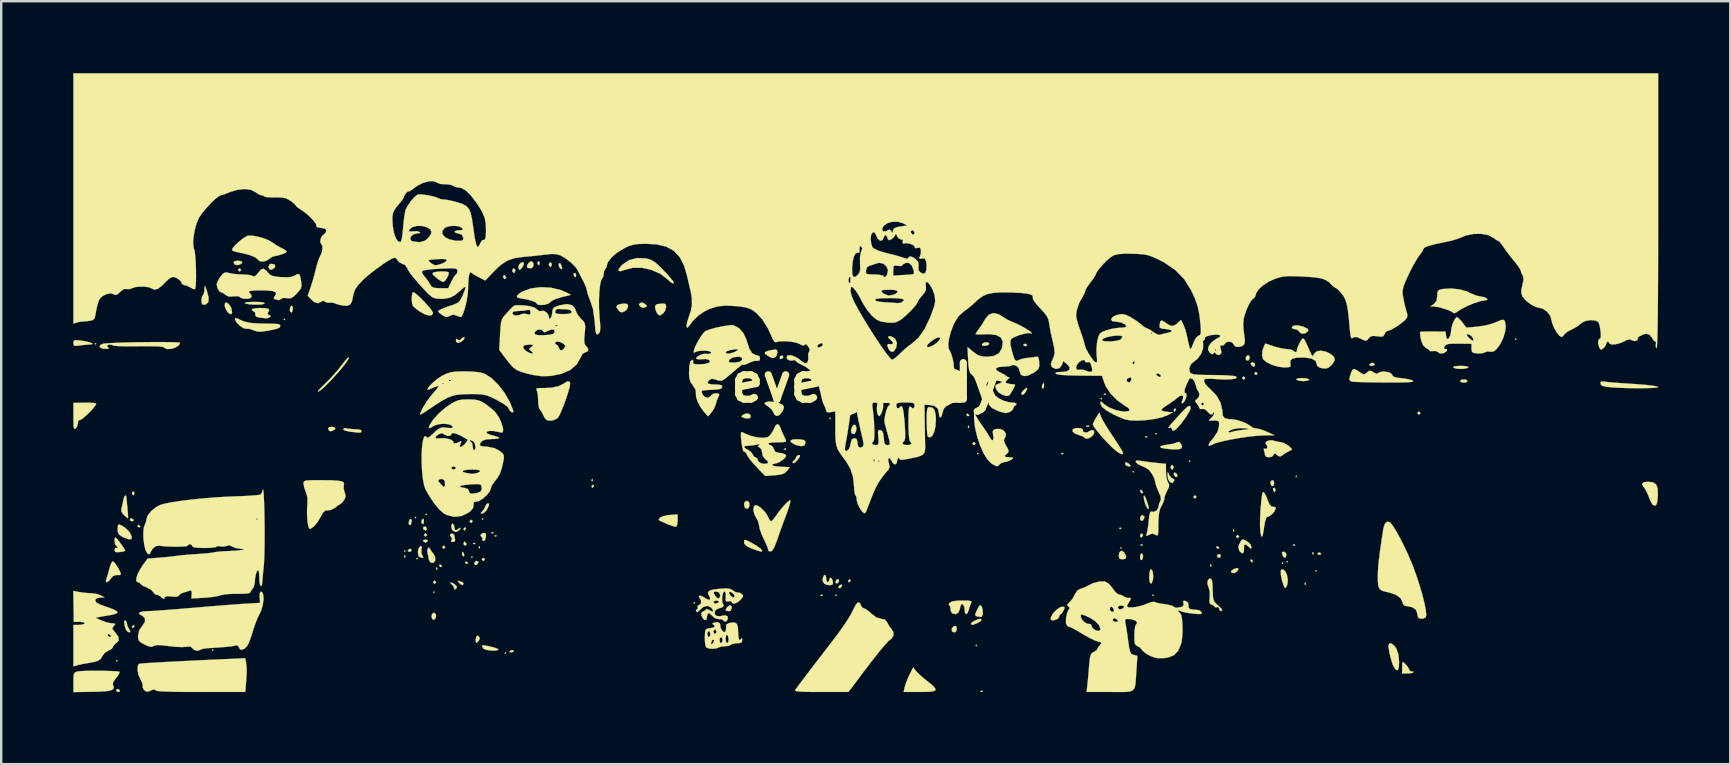
<source format=kicad_pcb>
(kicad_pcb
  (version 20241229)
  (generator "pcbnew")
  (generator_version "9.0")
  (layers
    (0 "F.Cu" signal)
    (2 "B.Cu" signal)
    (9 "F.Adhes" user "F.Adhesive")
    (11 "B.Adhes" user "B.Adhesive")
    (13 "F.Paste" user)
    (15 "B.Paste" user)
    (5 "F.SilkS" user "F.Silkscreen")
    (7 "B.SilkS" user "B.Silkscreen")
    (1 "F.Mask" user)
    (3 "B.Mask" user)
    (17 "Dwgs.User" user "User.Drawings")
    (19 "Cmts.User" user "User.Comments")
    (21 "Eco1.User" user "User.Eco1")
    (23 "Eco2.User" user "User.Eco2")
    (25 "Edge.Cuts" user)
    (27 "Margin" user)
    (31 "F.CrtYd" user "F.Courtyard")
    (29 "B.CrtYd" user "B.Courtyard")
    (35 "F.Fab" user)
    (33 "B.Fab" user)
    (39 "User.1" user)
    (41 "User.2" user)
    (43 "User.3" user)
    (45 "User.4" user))
  (footprint "everybody"
    (layer "F.Cu")
    (at 33.03 12.896)
    (property "Reference" "everybody" (at 0 0 0) (layer "F.SilkS") (effects (font (size 1.524 1.524) (thickness 0.3))))
    (attr through_hole)
    (fp_poly (pts (xy -32.068 -1.619) (xy -32.099 -1.587) (xy -32.131 -1.619) (xy -32.099 -1.651) (xy -32.068 -1.619)) (stroke (width 0.01) (type solid)) (fill yes) (layer "F.SilkS"))
    (fp_poly (pts (xy -31.178 11.589) (xy -31.21 11.62) (xy -31.242 11.589) (xy -31.21 11.557) (xy -31.178 11.589)) (stroke (width 0.01) (type solid)) (fill yes) (layer "F.SilkS"))
    (fp_poly (pts (xy -27.178 11.144) (xy -27.21 11.176) (xy -27.241 11.144) (xy -27.21 11.113) (xy -27.178 11.144)) (stroke (width 0.01) (type solid)) (fill yes) (layer "F.SilkS"))
    (fp_poly (pts (xy -24.194 -2.635) (xy -24.225 -2.603) (xy -24.257 -2.635) (xy -24.225 -2.667) (xy -24.194 -2.635)) (stroke (width 0.01) (type solid)) (fill yes) (layer "F.SilkS"))
    (fp_poly (pts (xy -19.177 7.017) (xy -19.209 7.048) (xy -19.241 7.017) (xy -19.209 6.985) (xy -19.177 7.017)) (stroke (width 0.01) (type solid)) (fill yes) (layer "F.SilkS"))
    (fp_poly (pts (xy -18.733 5.62) (xy -18.764 5.652) (xy -18.796 5.62) (xy -18.764 5.588) (xy -18.733 5.62)) (stroke (width 0.01) (type solid)) (fill yes) (layer "F.SilkS"))
    (fp_poly (pts (xy -18.669 7.334) (xy -18.701 7.366) (xy -18.733 7.334) (xy -18.701 7.303) (xy -18.669 7.334)) (stroke (width 0.01) (type solid)) (fill yes) (layer "F.SilkS"))
    (fp_poly (pts (xy -18.288 5.493) (xy -18.32 5.524) (xy -18.352 5.493) (xy -18.32 5.461) (xy -18.288 5.493)) (stroke (width 0.01) (type solid)) (fill yes) (layer "F.SilkS"))
    (fp_poly (pts (xy -17.971 8.731) (xy -18.002 8.763) (xy -18.034 8.731) (xy -18.002 8.7) (xy -17.971 8.731)) (stroke (width 0.01) (type solid)) (fill yes) (layer "F.SilkS"))
    (fp_poly (pts (xy -16.383 7.271) (xy -16.415 7.303) (xy -16.447 7.271) (xy -16.415 7.239) (xy -16.383 7.271)) (stroke (width 0.01) (type solid)) (fill yes) (layer "F.SilkS"))
    (fp_poly (pts (xy -15.938 5.683) (xy -15.97 5.715) (xy -16.002 5.683) (xy -15.97 5.652) (xy -15.938 5.683)) (stroke (width 0.01) (type solid)) (fill yes) (layer "F.SilkS"))
    (fp_poly (pts (xy -14.986 11.271) (xy -15.018 11.303) (xy -15.05 11.271) (xy -15.018 11.239) (xy -14.986 11.271)) (stroke (width 0.01) (type solid)) (fill yes) (layer "F.SilkS"))
    (fp_poly (pts (xy -7.112 9.176) (xy -7.144 9.207) (xy -7.176 9.176) (xy -7.144 9.144) (xy -7.112 9.176)) (stroke (width 0.01) (type solid)) (fill yes) (layer "F.SilkS"))
    (fp_poly (pts (xy -1.46 1.492) (xy -1.492 1.524) (xy -1.524 1.492) (xy -1.492 1.46) (xy -1.46 1.492)) (stroke (width 0.01) (type solid)) (fill yes) (layer "F.SilkS"))
    (fp_poly (pts (xy -1.206 8.858) (xy -1.238 8.89) (xy -1.27 8.858) (xy -1.238 8.826) (xy -1.206 8.858)) (stroke (width 0.01) (type solid)) (fill yes) (layer "F.SilkS"))
    (fp_poly (pts (xy 4.636 10.954) (xy 4.604 10.986) (xy 4.572 10.954) (xy 4.604 10.922) (xy 4.636 10.954)) (stroke (width 0.01) (type solid)) (fill yes) (layer "F.SilkS"))
    (fp_poly (pts (xy 4.699 2.953) (xy 4.667 2.985) (xy 4.636 2.953) (xy 4.667 2.921) (xy 4.699 2.953)) (stroke (width 0.01) (type solid)) (fill yes) (layer "F.SilkS"))
    (fp_poly (pts (xy 9.842 0.667) (xy 9.811 0.699) (xy 9.779 0.667) (xy 9.811 0.635) (xy 9.842 0.667)) (stroke (width 0.01) (type solid)) (fill yes) (layer "F.SilkS"))
    (fp_poly (pts (xy 10.668 6.89) (xy 10.636 6.921) (xy 10.604 6.89) (xy 10.636 6.858) (xy 10.668 6.89)) (stroke (width 0.01) (type solid)) (fill yes) (layer "F.SilkS"))
    (fp_poly (pts (xy 11.176 3.715) (xy 11.144 3.747) (xy 11.113 3.715) (xy 11.144 3.683) (xy 11.176 3.715)) (stroke (width 0.01) (type solid)) (fill yes) (layer "F.SilkS"))
    (fp_poly (pts (xy 12.002 8.858) (xy 11.97 8.89) (xy 11.938 8.858) (xy 11.97 8.826) (xy 12.002 8.858)) (stroke (width 0.01) (type solid)) (fill yes) (layer "F.SilkS"))
    (fp_poly (pts (xy 12.129 2.127) (xy 12.097 2.159) (xy 12.065 2.127) (xy 12.097 2.095) (xy 12.129 2.127)) (stroke (width 0.01) (type solid)) (fill yes) (layer "F.SilkS"))
    (fp_poly (pts (xy 13.525 3.27) (xy 13.494 3.302) (xy 13.462 3.27) (xy 13.494 3.239) (xy 13.525 3.27)) (stroke (width 0.01) (type solid)) (fill yes) (layer "F.SilkS"))
    (fp_poly (pts (xy 17.399 7.525) (xy 17.367 7.556) (xy 17.335 7.525) (xy 17.367 7.493) (xy 17.399 7.525)) (stroke (width 0.01) (type solid)) (fill yes) (layer "F.SilkS"))
    (fp_poly (pts (xy 17.59 7.461) (xy 17.558 7.493) (xy 17.526 7.461) (xy 17.558 7.429) (xy 17.59 7.461)) (stroke (width 0.01) (type solid)) (fill yes) (layer "F.SilkS"))
    (fp_poly (pts (xy 17.971 3.905) (xy 17.939 3.937) (xy 17.907 3.905) (xy 17.939 3.873) (xy 17.971 3.905)) (stroke (width 0.01) (type solid)) (fill yes) (layer "F.SilkS"))
    (fp_poly (pts (xy 18.796 7.842) (xy 18.764 7.874) (xy 18.733 7.842) (xy 18.764 7.811) (xy 18.796 7.842)) (stroke (width 0.01) (type solid)) (fill yes) (layer "F.SilkS"))
    (fp_poly (pts (xy 27.114 -1.81) (xy 27.083 -1.778) (xy 27.051 -1.81) (xy 27.083 -1.841) (xy 27.114 -1.81)) (stroke (width 0.01) (type solid)) (fill yes) (layer "F.SilkS"))
    (fp_poly (pts (xy -19.198 7.197) (xy -19.191 7.272) (xy -19.198 7.281) (xy -19.236 7.273) (xy -19.241 7.239) (xy -19.217 7.187) (xy -19.198 7.197)) (stroke (width 0.01) (type solid)) (fill yes) (layer "F.SilkS"))
    (fp_poly (pts (xy -17.865 7.705) (xy -17.857 7.78) (xy -17.865 7.789) (xy -17.902 7.781) (xy -17.907 7.747) (xy -17.884 7.695) (xy -17.865 7.705)) (stroke (width 0.01) (type solid)) (fill yes) (layer "F.SilkS"))
    (fp_poly (pts (xy -16.277 6.689) (xy -16.286 6.726) (xy -16.32 6.731) (xy -16.372 6.708) (xy -16.362 6.689) (xy -16.286 6.681) (xy -16.277 6.689)) (stroke (width 0.01) (type solid)) (fill yes) (layer "F.SilkS"))
    (fp_poly (pts (xy -16.087 6.816) (xy -16.079 6.891) (xy -16.087 6.9) (xy -16.124 6.892) (xy -16.129 6.858) (xy -16.106 6.806) (xy -16.087 6.816)) (stroke (width 0.01) (type solid)) (fill yes) (layer "F.SilkS"))
    (fp_poly (pts (xy -15.515 6.244) (xy -15.524 6.282) (xy -15.557 6.287) (xy -15.61 6.263) (xy -15.6 6.244) (xy -15.524 6.237) (xy -15.515 6.244)) (stroke (width 0.01) (type solid)) (fill yes) (layer "F.SilkS"))
    (fp_poly (pts (xy -15.388 6.371) (xy -15.397 6.409) (xy -15.431 6.413) (xy -15.483 6.39) (xy -15.473 6.371) (xy -15.397 6.364) (xy -15.388 6.371)) (stroke (width 0.01) (type solid)) (fill yes) (layer "F.SilkS"))
    (fp_poly (pts (xy -11.388 4.022) (xy -11.38 4.097) (xy -11.388 4.106) (xy -11.425 4.098) (xy -11.43 4.064) (xy -11.407 4.012) (xy -11.388 4.022)) (stroke (width 0.01) (type solid)) (fill yes) (layer "F.SilkS"))
    (fp_poly (pts (xy -3.323 2.752) (xy -3.332 2.789) (xy -3.365 2.794) (xy -3.418 2.771) (xy -3.408 2.752) (xy -3.332 2.744) (xy -3.323 2.752)) (stroke (width 0.01) (type solid)) (fill yes) (layer "F.SilkS"))
    (fp_poly (pts (xy -1.799 8.848) (xy -1.808 8.885) (xy -1.841 8.89) (xy -1.894 8.867) (xy -1.884 8.848) (xy -1.808 8.84) (xy -1.799 8.848)) (stroke (width 0.01) (type solid)) (fill yes) (layer "F.SilkS"))
    (fp_poly (pts (xy 4.297 1.799) (xy 4.304 1.875) (xy 4.297 1.884) (xy 4.259 1.875) (xy 4.255 1.841) (xy 4.278 1.789) (xy 4.297 1.799)) (stroke (width 0.01) (type solid)) (fill yes) (layer "F.SilkS"))
    (fp_poly (pts (xy 4.868 12.848) (xy 4.86 12.886) (xy 4.826 12.89) (xy 4.774 12.867) (xy 4.784 12.848) (xy 4.859 12.841) (xy 4.868 12.848)) (stroke (width 0.01) (type solid)) (fill yes) (layer "F.SilkS"))
    (fp_poly (pts (xy 8.234 2.942) (xy 8.225 2.98) (xy 8.191 2.985) (xy 8.139 2.961) (xy 8.149 2.942) (xy 8.225 2.935) (xy 8.234 2.942)) (stroke (width 0.01) (type solid)) (fill yes) (layer "F.SilkS"))
    (fp_poly (pts (xy 9.317 1.803) (xy 9.298 1.832) (xy 9.234 1.836) (xy 9.166 1.821) (xy 9.196 1.798) (xy 9.295 1.791) (xy 9.317 1.803)) (stroke (width 0.01) (type solid)) (fill yes) (layer "F.SilkS"))
    (fp_poly (pts (xy 10.012 0.466) (xy 10.003 0.503) (xy 9.97 0.508) (xy 9.917 0.485) (xy 9.927 0.466) (xy 10.003 0.458) (xy 10.012 0.466)) (stroke (width 0.01) (type solid)) (fill yes) (layer "F.SilkS"))
    (fp_poly (pts (xy 10.647 6.054) (xy 10.638 6.091) (xy 10.604 6.096) (xy 10.552 6.073) (xy 10.562 6.054) (xy 10.638 6.046) (xy 10.647 6.054)) (stroke (width 0.01) (type solid)) (fill yes) (layer "F.SilkS"))
    (fp_poly (pts (xy 11.536 6.752) (xy 11.527 6.79) (xy 11.493 6.795) (xy 11.441 6.771) (xy 11.451 6.752) (xy 11.527 6.745) (xy 11.536 6.752)) (stroke (width 0.01) (type solid)) (fill yes) (layer "F.SilkS"))
    (fp_poly (pts (xy 11.726 2.244) (xy 11.718 2.281) (xy 11.684 2.286) (xy 11.632 2.263) (xy 11.642 2.244) (xy 11.717 2.236) (xy 11.726 2.244)) (stroke (width 0.01) (type solid)) (fill yes) (layer "F.SilkS"))
    (fp_poly (pts (xy 14.393 7.578) (xy 14.401 7.653) (xy 14.393 7.662) (xy 14.356 7.654) (xy 14.351 7.62) (xy 14.374 7.568) (xy 14.393 7.578)) (stroke (width 0.01) (type solid)) (fill yes) (layer "F.SilkS"))
    (fp_poly (pts (xy 15.346 6.117) (xy 15.353 6.193) (xy 15.346 6.202) (xy 15.308 6.193) (xy 15.303 6.16) (xy 15.327 6.107) (xy 15.346 6.117)) (stroke (width 0.01) (type solid)) (fill yes) (layer "F.SilkS"))
    (fp_poly (pts (xy 17.886 6.752) (xy 17.877 6.79) (xy 17.843 6.795) (xy 17.791 6.771) (xy 17.801 6.752) (xy 17.877 6.745) (xy 17.886 6.752)) (stroke (width 0.01) (type solid)) (fill yes) (layer "F.SilkS"))
    (fp_poly (pts (xy 18.33 8.34) (xy 18.338 8.415) (xy 18.33 8.424) (xy 18.293 8.416) (xy 18.288 8.382) (xy 18.311 8.33) (xy 18.33 8.34)) (stroke (width 0.01) (type solid)) (fill yes) (layer "F.SilkS"))
    (fp_poly (pts (xy 18.648 7.07) (xy 18.655 7.145) (xy 18.648 7.154) (xy 18.61 7.146) (xy 18.605 7.112) (xy 18.629 7.06) (xy 18.648 7.07)) (stroke (width 0.01) (type solid)) (fill yes) (layer "F.SilkS"))
    (fp_poly (pts (xy -30.489 4.555) (xy -30.48 4.6) (xy -30.501 4.692) (xy -30.556 4.664) (xy -30.573 4.64) (xy -30.565 4.558) (xy -30.545 4.541) (xy -30.489 4.555)) (stroke (width 0.01) (type solid)) (fill yes) (layer "F.SilkS"))
    (fp_poly (pts (xy -16.145 7.466) (xy -16.144 7.505) (xy -16.207 7.589) (xy -16.283 7.599) (xy -16.32 7.53) (xy -16.268 7.443) (xy -16.219 7.429) (xy -16.145 7.466)) (stroke (width 0.01) (type solid)) (fill yes) (layer "F.SilkS"))
    (fp_poly (pts (xy -13.598 -5.034) (xy -13.589 -4.988) (xy -13.61 -4.897) (xy -13.665 -4.924) (xy -13.682 -4.949) (xy -13.674 -5.03) (xy -13.654 -5.048) (xy -13.598 -5.034)) (stroke (width 0.01) (type solid)) (fill yes) (layer "F.SilkS"))
    (fp_poly (pts (xy -12.688 -4.891) (xy -12.654 -4.756) (xy -12.681 -4.72) (xy -12.76 -4.79) (xy -12.804 -4.903) (xy -12.79 -4.961) (xy -12.739 -4.982) (xy -12.688 -4.891)) (stroke (width 0.01) (type solid)) (fill yes) (layer "F.SilkS"))
    (fp_poly (pts (xy -12.071 -4.495) (xy -12.079 -4.436) (xy -12.113 -4.388) (xy -12.155 -4.436) (xy -12.178 -4.53) (xy -12.167 -4.555) (xy -12.104 -4.565) (xy -12.071 -4.495)) (stroke (width 0.01) (type solid)) (fill yes) (layer "F.SilkS"))
    (fp_poly (pts (xy -3.438 -1.067) (xy -3.474 -1.009) (xy -3.553 -0.978) (xy -3.582 -1.006) (xy -3.576 -1.092) (xy -3.553 -1.113) (xy -3.463 -1.128) (xy -3.438 -1.067)) (stroke (width 0.01) (type solid)) (fill yes) (layer "F.SilkS"))
    (fp_poly (pts (xy -1.116 8.232) (xy -1.129 8.314) (xy -1.197 8.368) (xy -1.26 8.35) (xy -1.26 8.291) (xy -1.21 8.201) (xy -1.175 8.188) (xy -1.116 8.232)) (stroke (width 0.01) (type solid)) (fill yes) (layer "F.SilkS"))
    (fp_poly (pts (xy -0.987 8.427) (xy -0.994 8.48) (xy -1.056 8.558) (xy -1.122 8.565) (xy -1.143 8.516) (xy -1.093 8.446) (xy -1.051 8.424) (xy -0.987 8.427)) (stroke (width 0.01) (type solid)) (fill yes) (layer "F.SilkS"))
    (fp_poly (pts (xy 6.672 -1.617) (xy 6.728 -1.555) (xy 6.664 -1.525) (xy 6.632 -1.524) (xy 6.567 -1.555) (xy 6.573 -1.589) (xy 6.649 -1.625) (xy 6.672 -1.617)) (stroke (width 0.01) (type solid)) (fill yes) (layer "F.SilkS"))
    (fp_poly (pts (xy 14.782 7.162) (xy 14.796 7.209) (xy 14.756 7.293) (xy 14.675 7.284) (xy 14.641 7.246) (xy 14.658 7.178) (xy 14.701 7.152) (xy 14.782 7.162)) (stroke (width 0.01) (type solid)) (fill yes) (layer "F.SilkS"))
    (fp_poly (pts (xy 16.188 -0.83) (xy 16.216 -0.792) (xy 16.217 -0.692) (xy 16.149 -0.669) (xy 16.071 -0.724) (xy 16.035 -0.805) (xy 16.09 -0.846) (xy 16.188 -0.83)) (stroke (width 0.01) (type solid)) (fill yes) (layer "F.SilkS"))
    (fp_poly (pts (xy 17.076 4.458) (xy 17.068 4.517) (xy 17.033 4.565) (xy 16.992 4.517) (xy 16.968 4.424) (xy 16.98 4.398) (xy 17.043 4.388) (xy 17.076 4.458)) (stroke (width 0.01) (type solid)) (fill yes) (layer "F.SilkS"))
    (fp_poly (pts (xy 18.927 7.083) (xy 18.984 7.144) (xy 18.92 7.174) (xy 18.888 7.176) (xy 18.822 7.144) (xy 18.828 7.111) (xy 18.904 7.074) (xy 18.927 7.083)) (stroke (width 0.01) (type solid)) (fill yes) (layer "F.SilkS"))
    (fp_poly (pts (xy -31.096 12.81) (xy -31.083 12.827) (xy -31.098 12.881) (xy -31.143 12.89) (xy -31.23 12.857) (xy -31.242 12.827) (xy -31.196 12.765) (xy -31.182 12.764) (xy -31.096 12.81)) (stroke (width 0.01) (type solid)) (fill yes) (layer "F.SilkS"))
    (fp_poly (pts (xy -30.525 5.698) (xy -30.512 5.715) (xy -30.526 5.769) (xy -30.572 5.779) (xy -30.658 5.745) (xy -30.671 5.715) (xy -30.625 5.653) (xy -30.611 5.652) (xy -30.525 5.698)) (stroke (width 0.01) (type solid)) (fill yes) (layer "F.SilkS"))
    (fp_poly (pts (xy -30.481 10.146) (xy -30.48 10.16) (xy -30.529 10.221) (xy -30.547 10.223) (xy -30.585 10.185) (xy -30.575 10.16) (xy -30.518 10.099) (xy -30.508 10.097) (xy -30.481 10.146)) (stroke (width 0.01) (type solid)) (fill yes) (layer "F.SilkS"))
    (fp_poly (pts (xy -30.29 5.937) (xy -30.229 5.994) (xy -30.226 6.004) (xy -30.275 6.032) (xy -30.29 6.032) (xy -30.351 5.984) (xy -30.353 5.965) (xy -30.314 5.927) (xy -30.29 5.937)) (stroke (width 0.01) (type solid)) (fill yes) (layer "F.SilkS"))
    (fp_poly (pts (xy -26.037 -4.714) (xy -26.035 -4.699) (xy -26.083 -4.637) (xy -26.099 -4.636) (xy -26.16 -4.684) (xy -26.162 -4.699) (xy -26.114 -4.761) (xy -26.099 -4.763) (xy -26.037 -4.714)) (stroke (width 0.01) (type solid)) (fill yes) (layer "F.SilkS"))
    (fp_poly (pts (xy -24.639 -4.924) (xy -24.61 -4.846) (xy -24.646 -4.784) (xy -24.758 -4.706) (xy -24.854 -4.724) (xy -24.892 -4.826) (xy -24.846 -4.933) (xy -24.776 -4.953) (xy -24.639 -4.924)) (stroke (width 0.01) (type solid)) (fill yes) (layer "F.SilkS"))
    (fp_poly (pts (xy -23.892 -3.184) (xy -23.876 -3.083) (xy -23.897 -2.962) (xy -23.939 -2.921) (xy -23.992 -2.974) (xy -24.003 -3.044) (xy -23.974 -3.166) (xy -23.939 -3.207) (xy -23.892 -3.184)) (stroke (width 0.01) (type solid)) (fill yes) (layer "F.SilkS"))
    (fp_poly (pts (xy -18.936 5.702) (xy -18.923 5.771) (xy -18.951 5.894) (xy -18.986 5.937) (xy -19.037 5.918) (xy -19.05 5.849) (xy -19.022 5.726) (xy -18.986 5.683) (xy -18.936 5.702)) (stroke (width 0.01) (type solid)) (fill yes) (layer "F.SilkS"))
    (fp_poly (pts (xy -18.925 6.97) (xy -18.923 6.985) (xy -18.975 7.041) (xy -19.022 7.048) (xy -19.088 7.018) (xy -19.082 6.985) (xy -19.001 6.924) (xy -18.983 6.921) (xy -18.925 6.97)) (stroke (width 0.01) (type solid)) (fill yes) (layer "F.SilkS"))
    (fp_poly (pts (xy -18.415 5.763) (xy -18.415 5.766) (xy -18.431 5.887) (xy -18.477 5.885) (xy -18.514 5.836) (xy -18.514 5.738) (xy -18.486 5.697) (xy -18.431 5.673) (xy -18.415 5.763)) (stroke (width 0.01) (type solid)) (fill yes) (layer "F.SilkS"))
    (fp_poly (pts (xy -18.329 6.013) (xy -18.289 6.1) (xy -18.33 6.157) (xy -18.348 6.16) (xy -18.434 6.114) (xy -18.444 6.1) (xy -18.441 6.025) (xy -18.374 5.992) (xy -18.329 6.013)) (stroke (width 0.01) (type solid)) (fill yes) (layer "F.SilkS"))
    (fp_poly (pts (xy -18.29 6.335) (xy -18.288 6.35) (xy -18.336 6.412) (xy -18.352 6.413) (xy -18.413 6.365) (xy -18.415 6.35) (xy -18.367 6.288) (xy -18.352 6.287) (xy -18.29 6.335)) (stroke (width 0.01) (type solid)) (fill yes) (layer "F.SilkS"))
    (fp_poly (pts (xy -18.261 6.564) (xy -18.256 6.604) (xy -18.335 6.665) (xy -18.352 6.668) (xy -18.434 6.622) (xy -18.447 6.604) (xy -18.427 6.554) (xy -18.352 6.54) (xy -18.261 6.564)) (stroke (width 0.01) (type solid)) (fill yes) (layer "F.SilkS"))
    (fp_poly (pts (xy -17.909 8.303) (xy -17.907 8.319) (xy -17.955 8.38) (xy -17.971 8.382) (xy -18.032 8.334) (xy -18.034 8.319) (xy -17.986 8.257) (xy -17.971 8.255) (xy -17.909 8.303)) (stroke (width 0.01) (type solid)) (fill yes) (layer "F.SilkS"))
    (fp_poly (pts (xy -17.716 7.588) (xy -17.656 7.645) (xy -17.653 7.655) (xy -17.702 7.683) (xy -17.716 7.684) (xy -17.778 7.635) (xy -17.78 7.616) (xy -17.741 7.578) (xy -17.716 7.588)) (stroke (width 0.01) (type solid)) (fill yes) (layer "F.SilkS"))
    (fp_poly (pts (xy -17.528 6.843) (xy -17.526 6.858) (xy -17.574 6.92) (xy -17.59 6.921) (xy -17.651 6.873) (xy -17.653 6.858) (xy -17.605 6.796) (xy -17.59 6.795) (xy -17.528 6.843)) (stroke (width 0.01) (type solid)) (fill yes) (layer "F.SilkS"))
    (fp_poly (pts (xy -16.762 7.098) (xy -16.741 7.144) (xy -16.74 7.226) (xy -16.766 7.239) (xy -16.821 7.188) (xy -16.828 7.144) (xy -16.814 7.059) (xy -16.803 7.048) (xy -16.762 7.098)) (stroke (width 0.01) (type solid)) (fill yes) (layer "F.SilkS"))
    (fp_poly (pts (xy -16.701 6.636) (xy -16.639 6.717) (xy -16.637 6.735) (xy -16.685 6.793) (xy -16.701 6.795) (xy -16.756 6.743) (xy -16.764 6.696) (xy -16.733 6.63) (xy -16.701 6.636)) (stroke (width 0.01) (type solid)) (fill yes) (layer "F.SilkS"))
    (fp_poly (pts (xy -16.659 6.071) (xy -16.669 6.096) (xy -16.726 6.157) (xy -16.736 6.16) (xy -16.763 6.11) (xy -16.764 6.096) (xy -16.715 6.035) (xy -16.697 6.032) (xy -16.659 6.071)) (stroke (width 0.01) (type solid)) (fill yes) (layer "F.SilkS"))
    (fp_poly (pts (xy -16.637 7.461) (xy -16.576 7.518) (xy -16.573 7.528) (xy -16.623 7.556) (xy -16.637 7.556) (xy -16.698 7.508) (xy -16.701 7.489) (xy -16.662 7.451) (xy -16.637 7.461)) (stroke (width 0.01) (type solid)) (fill yes) (layer "F.SilkS"))
    (fp_poly (pts (xy -16.385 5.763) (xy -16.383 5.779) (xy -16.431 5.84) (xy -16.447 5.842) (xy -16.508 5.794) (xy -16.51 5.779) (xy -16.462 5.717) (xy -16.447 5.715) (xy -16.385 5.763)) (stroke (width 0.01) (type solid)) (fill yes) (layer "F.SilkS"))
    (fp_poly (pts (xy -16.093 10.611) (xy -16.099 10.704) (xy -16.153 10.783) (xy -16.227 10.844) (xy -16.253 10.806) (xy -16.256 10.713) (xy -16.23 10.578) (xy -16.166 10.543) (xy -16.093 10.611)) (stroke (width 0.01) (type solid)) (fill yes) (layer "F.SilkS"))
    (fp_poly (pts (xy -15.877 7.351) (xy -15.875 7.366) (xy -15.923 7.428) (xy -15.938 7.429) (xy -16 7.381) (xy -16.002 7.366) (xy -15.954 7.304) (xy -15.938 7.303) (xy -15.877 7.351)) (stroke (width 0.01) (type solid)) (fill yes) (layer "F.SilkS"))
    (fp_poly (pts (xy -15.05 -4.477) (xy -14.988 -4.396) (xy -14.986 -4.378) (xy -15.034 -4.32) (xy -15.05 -4.318) (xy -15.105 -4.37) (xy -15.113 -4.417) (xy -15.082 -4.483) (xy -15.05 -4.477)) (stroke (width 0.01) (type solid)) (fill yes) (layer "F.SilkS"))
    (fp_poly (pts (xy -14.668 11.178) (xy -14.72 11.233) (xy -14.764 11.239) (xy -14.848 11.226) (xy -14.859 11.215) (xy -14.809 11.174) (xy -14.764 11.153) (xy -14.682 11.152) (xy -14.668 11.178)) (stroke (width 0.01) (type solid)) (fill yes) (layer "F.SilkS"))
    (fp_poly (pts (xy -14.612 -4.711) (xy -14.605 -4.667) (xy -14.639 -4.583) (xy -14.668 -4.572) (xy -14.725 -4.623) (xy -14.732 -4.667) (xy -14.698 -4.752) (xy -14.668 -4.763) (xy -14.612 -4.711)) (stroke (width 0.01) (type solid)) (fill yes) (layer "F.SilkS"))
    (fp_poly (pts (xy -13.088 -4.965) (xy -13.081 -4.921) (xy -13.115 -4.837) (xy -13.145 -4.826) (xy -13.201 -4.877) (xy -13.208 -4.921) (xy -13.174 -5.006) (xy -13.145 -5.016) (xy -13.088 -4.965)) (stroke (width 0.01) (type solid)) (fill yes) (layer "F.SilkS"))
    (fp_poly (pts (xy -11.325 4.293) (xy -11.335 4.318) (xy -11.392 4.379) (xy -11.402 4.381) (xy -11.429 4.332) (xy -11.43 4.318) (xy -11.381 4.257) (xy -11.363 4.255) (xy -11.325 4.293)) (stroke (width 0.01) (type solid)) (fill yes) (layer "F.SilkS"))
    (fp_poly (pts (xy -0.636 8.241) (xy -0.635 8.255) (xy -0.684 8.316) (xy -0.702 8.319) (xy -0.74 8.28) (xy -0.73 8.255) (xy -0.673 8.194) (xy -0.663 8.191) (xy -0.636 8.241)) (stroke (width 0.01) (type solid)) (fill yes) (layer "F.SilkS"))
    (fp_poly (pts (xy 4.255 1.302) (xy 4.315 1.359) (xy 4.318 1.369) (xy 4.269 1.396) (xy 4.255 1.397) (xy 4.193 1.348) (xy 4.191 1.33) (xy 4.23 1.292) (xy 4.255 1.302)) (stroke (width 0.01) (type solid)) (fill yes) (layer "F.SilkS"))
    (fp_poly (pts (xy 4.57 2.525) (xy 4.572 2.54) (xy 4.524 2.602) (xy 4.508 2.603) (xy 4.447 2.555) (xy 4.445 2.54) (xy 4.493 2.478) (xy 4.508 2.477) (xy 4.57 2.525)) (stroke (width 0.01) (type solid)) (fill yes) (layer "F.SilkS"))
    (fp_poly (pts (xy 5.119 -1.661) (xy 5.145 -1.619) (xy 5.092 -1.566) (xy 4.98 -1.535) (xy 4.858 -1.54) (xy 4.84 -1.598) (xy 4.909 -1.659) (xy 5.021 -1.682) (xy 5.119 -1.661)) (stroke (width 0.01) (type solid)) (fill yes) (layer "F.SilkS"))
    (fp_poly (pts (xy 7.428 0.085) (xy 7.429 0.111) (xy 7.414 0.234) (xy 7.37 0.239) (xy 7.342 0.203) (xy 7.344 0.113) (xy 7.369 0.06) (xy 7.413 0.015) (xy 7.428 0.085)) (stroke (width 0.01) (type solid)) (fill yes) (layer "F.SilkS"))
    (fp_poly (pts (xy 11.505 4.495) (xy 11.554 4.576) (xy 11.547 4.603) (xy 11.481 4.601) (xy 11.472 4.593) (xy 11.43 4.495) (xy 11.43 4.485) (xy 11.462 4.462) (xy 11.505 4.495)) (stroke (width 0.01) (type solid)) (fill yes) (layer "F.SilkS"))
    (fp_poly (pts (xy 11.546 7.165) (xy 11.557 7.235) (xy 11.528 7.357) (xy 11.493 7.398) (xy 11.446 7.375) (xy 11.43 7.274) (xy 11.451 7.153) (xy 11.493 7.112) (xy 11.546 7.165)) (stroke (width 0.01) (type solid)) (fill yes) (layer "F.SilkS"))
    (fp_poly (pts (xy 11.555 6.332) (xy 11.557 6.346) (xy 11.511 6.432) (xy 11.493 6.445) (xy 11.439 6.431) (xy 11.43 6.385) (xy 11.463 6.299) (xy 11.493 6.287) (xy 11.555 6.332)) (stroke (width 0.01) (type solid)) (fill yes) (layer "F.SilkS"))
    (fp_poly (pts (xy 11.606 5.572) (xy 11.609 5.63) (xy 11.556 5.736) (xy 11.483 5.76) (xy 11.434 5.695) (xy 11.43 5.657) (xy 11.47 5.548) (xy 11.53 5.524) (xy 11.606 5.572)) (stroke (width 0.01) (type solid)) (fill yes) (layer "F.SilkS"))
    (fp_poly (pts (xy 12.82 3.48) (xy 12.827 3.524) (xy 12.793 3.609) (xy 12.764 3.619) (xy 12.707 3.568) (xy 12.7 3.524) (xy 12.734 3.44) (xy 12.764 3.429) (xy 12.82 3.48)) (stroke (width 0.01) (type solid)) (fill yes) (layer "F.SilkS"))
    (fp_poly (pts (xy 12.932 1.118) (xy 12.922 1.143) (xy 12.865 1.204) (xy 12.855 1.206) (xy 12.828 1.157) (xy 12.827 1.143) (xy 12.876 1.082) (xy 12.894 1.079) (xy 12.932 1.118)) (stroke (width 0.01) (type solid)) (fill yes) (layer "F.SilkS"))
    (fp_poly (pts (xy 12.953 3.797) (xy 12.977 3.842) (xy 12.976 3.926) (xy 12.907 3.925) (xy 12.869 3.895) (xy 12.828 3.807) (xy 12.865 3.749) (xy 12.884 3.747) (xy 12.953 3.797)) (stroke (width 0.01) (type solid)) (fill yes) (layer "F.SilkS"))
    (fp_poly (pts (xy 13.778 4.747) (xy 13.78 4.763) (xy 13.731 4.824) (xy 13.716 4.826) (xy 13.654 4.778) (xy 13.652 4.763) (xy 13.701 4.701) (xy 13.716 4.699) (xy 13.778 4.747)) (stroke (width 0.01) (type solid)) (fill yes) (layer "F.SilkS"))
    (fp_poly (pts (xy 14.668 6.826) (xy 14.729 6.883) (xy 14.732 6.893) (xy 14.683 6.921) (xy 14.668 6.921) (xy 14.607 6.873) (xy 14.605 6.854) (xy 14.644 6.816) (xy 14.668 6.826)) (stroke (width 0.01) (type solid)) (fill yes) (layer "F.SilkS"))
    (fp_poly (pts (xy 15.556 6.398) (xy 15.557 6.413) (xy 15.509 6.475) (xy 15.494 6.477) (xy 15.432 6.429) (xy 15.431 6.413) (xy 15.479 6.352) (xy 15.494 6.35) (xy 15.556 6.398)) (stroke (width 0.01) (type solid)) (fill yes) (layer "F.SilkS"))
    (fp_poly (pts (xy 15.81 -0.206) (xy 15.812 -0.191) (xy 15.763 -0.129) (xy 15.748 -0.127) (xy 15.686 -0.175) (xy 15.684 -0.191) (xy 15.733 -0.252) (xy 15.748 -0.254) (xy 15.81 -0.206)) (stroke (width 0.01) (type solid)) (fill yes) (layer "F.SilkS"))
    (fp_poly (pts (xy 15.994 -1.096) (xy 15.994 -1) (xy 15.943 -0.923) (xy 15.861 -0.931) (xy 15.844 -0.951) (xy 15.835 -1.057) (xy 15.904 -1.135) (xy 15.942 -1.143) (xy 15.994 -1.096)) (stroke (width 0.01) (type solid)) (fill yes) (layer "F.SilkS"))
    (fp_poly (pts (xy 16.126 7.412) (xy 16.129 7.429) (xy 16.107 7.491) (xy 16.101 7.493) (xy 16.047 7.449) (xy 16.034 7.429) (xy 16.039 7.371) (xy 16.062 7.366) (xy 16.126 7.412)) (stroke (width 0.01) (type solid)) (fill yes) (layer "F.SilkS"))
    (fp_poly (pts (xy 16.318 -0.396) (xy 16.32 -0.381) (xy 16.271 -0.319) (xy 16.256 -0.318) (xy 16.194 -0.366) (xy 16.192 -0.381) (xy 16.241 -0.443) (xy 16.256 -0.445) (xy 16.318 -0.396)) (stroke (width 0.01) (type solid)) (fill yes) (layer "F.SilkS"))
    (fp_poly (pts (xy 17.008 4.117) (xy 17.018 4.191) (xy 16.987 4.299) (xy 16.921 4.304) (xy 16.87 4.229) (xy 16.87 4.112) (xy 16.962 4.064) (xy 16.965 4.064) (xy 17.008 4.117)) (stroke (width 0.01) (type solid)) (fill yes) (layer "F.SilkS"))
    (fp_poly (pts (xy 17.508 7.101) (xy 17.526 7.176) (xy 17.495 7.285) (xy 17.428 7.285) (xy 17.374 7.202) (xy 17.34 7.089) (xy 17.373 7.052) (xy 17.431 7.048) (xy 17.508 7.101)) (stroke (width 0.01) (type solid)) (fill yes) (layer "F.SilkS"))
    (fp_poly (pts (xy 21.2 -0.79) (xy 21.209 -0.762) (xy 21.156 -0.711) (xy 21.078 -0.699) (xy 20.99 -0.723) (xy 20.987 -0.762) (xy 21.079 -0.82) (xy 21.117 -0.826) (xy 21.2 -0.79)) (stroke (width 0.01) (type solid)) (fill yes) (layer "F.SilkS"))
    (fp_poly (pts (xy 23.112 1.255) (xy 23.114 1.27) (xy 23.066 1.332) (xy 23.05 1.333) (xy 22.989 1.285) (xy 22.987 1.27) (xy 23.035 1.208) (xy 23.05 1.206) (xy 23.112 1.255)) (stroke (width 0.01) (type solid)) (fill yes) (layer "F.SilkS"))
    (fp_poly (pts (xy -26.015 -5.059) (xy -25.987 -5.001) (xy -26.066 -4.928) (xy -26.196 -4.897) (xy -26.304 -4.926) (xy -26.307 -4.929) (xy -26.351 -5.017) (xy -26.277 -5.069) (xy -26.157 -5.08) (xy -26.015 -5.059)) (stroke (width 0.01) (type solid)) (fill yes) (layer "F.SilkS"))
    (fp_poly (pts (xy -17.924 9.641) (xy -17.907 9.712) (xy -17.937 9.835) (xy -18.005 9.885) (xy -18.057 9.862) (xy -18.098 9.76) (xy -18.079 9.648) (xy -18.011 9.589) (xy -18.002 9.588) (xy -17.924 9.641)) (stroke (width 0.01) (type solid)) (fill yes) (layer "F.SilkS"))
    (fp_poly (pts (xy -5.598 9.32) (xy -5.588 9.398) (xy -5.633 9.504) (xy -5.715 9.525) (xy -5.818 9.504) (xy -5.842 9.474) (xy -5.802 9.39) (xy -5.766 9.347) (xy -5.658 9.276) (xy -5.598 9.32)) (stroke (width 0.01) (type solid)) (fill yes) (layer "F.SilkS"))
    (fp_poly (pts (xy 6.726 0.243) (xy 6.673 0.371) (xy 6.665 0.385) (xy 6.587 0.48) (xy 6.511 0.508) (xy 6.477 0.454) (xy 6.519 0.376) (xy 6.604 0.286) (xy 6.703 0.214) (xy 6.726 0.243)) (stroke (width 0.01) (type solid)) (fill yes) (layer "F.SilkS"))
    (fp_poly (pts (xy 10.957 3.374) (xy 10.969 3.385) (xy 11.04 3.465) (xy 11.019 3.491) (xy 10.971 3.493) (xy 10.856 3.456) (xy 10.824 3.425) (xy 10.803 3.338) (xy 10.86 3.318) (xy 10.957 3.374)) (stroke (width 0.01) (type solid)) (fill yes) (layer "F.SilkS"))
    (fp_poly (pts (xy -22.129 1.867) (xy -22.105 1.927) (xy -22.195 1.992) (xy -22.198 1.993) (xy -22.298 2.027) (xy -22.346 2.015) (xy -22.373 1.99) (xy -22.414 1.902) (xy -22.341 1.85) (xy -22.257 1.841) (xy -22.129 1.867)) (stroke (width 0.01) (type solid)) (fill yes) (layer "F.SilkS"))
    (fp_poly (pts (xy -16.931 8.275) (xy -16.824 8.311) (xy -16.791 8.319) (xy -16.765 8.368) (xy -16.764 8.382) (xy -16.798 8.44) (xy -16.886 8.401) (xy -16.952 8.336) (xy -17.011 8.261) (xy -16.974 8.259) (xy -16.931 8.275)) (stroke (width 0.01) (type solid)) (fill yes) (layer "F.SilkS"))
    (fp_poly (pts (xy -14.258 -5.007) (xy -14.249 -4.999) (xy -14.252 -4.928) (xy -14.308 -4.818) (xy -14.383 -4.725) (xy -14.43 -4.699) (xy -14.469 -4.752) (xy -14.478 -4.828) (xy -14.438 -4.938) (xy -14.348 -5.01) (xy -14.258 -5.007)) (stroke (width 0.01) (type solid)) (fill yes) (layer "F.SilkS"))
    (fp_poly (pts (xy -13.911 -5.051) (xy -13.845 -4.956) (xy -13.855 -4.842) (xy -13.93 -4.768) (xy -13.966 -4.763) (xy -14.083 -4.784) (xy -14.119 -4.811) (xy -14.113 -4.897) (xy -14.045 -4.994) (xy -13.957 -5.054) (xy -13.911 -5.051)) (stroke (width 0.01) (type solid)) (fill yes) (layer "F.SilkS"))
    (fp_poly (pts (xy -9.21 -3.285) (xy -9.122 -3.212) (xy -9.137 -3.17) (xy -9.178 -3.151) (xy -9.272 -3.118) (xy -9.331 -3.132) (xy -9.397 -3.173) (xy -9.456 -3.243) (xy -9.419 -3.307) (xy -9.332 -3.344) (xy -9.21 -3.285)) (stroke (width 0.01) (type solid)) (fill yes) (layer "F.SilkS"))
    (fp_poly (pts (xy -4.92 4.93) (xy -4.85 5.013) (xy -4.846 5.137) (xy -4.905 5.238) (xy -4.937 5.255) (xy -5.024 5.228) (xy -5.055 5.181) (xy -5.072 5.039) (xy -5.02 4.942) (xy -4.921 4.93) (xy -4.92 4.93)) (stroke (width 0.01) (type solid)) (fill yes) (layer "F.SilkS"))
    (fp_poly (pts (xy -4.869 1.295) (xy -4.798 1.366) (xy -4.794 1.393) (xy -4.833 1.481) (xy -4.956 1.494) (xy -5.073 1.469) (xy -5.175 1.43) (xy -5.165 1.381) (xy -5.123 1.343) (xy -4.994 1.285) (xy -4.869 1.295)) (stroke (width 0.01) (type solid)) (fill yes) (layer "F.SilkS"))
    (fp_poly (pts (xy 3.765 10.153) (xy 3.797 10.252) (xy 3.766 10.361) (xy 3.691 10.414) (xy 3.689 10.414) (xy 3.601 10.368) (xy 3.586 10.348) (xy 3.582 10.255) (xy 3.641 10.169) (xy 3.724 10.134) (xy 3.765 10.153)) (stroke (width 0.01) (type solid)) (fill yes) (layer "F.SilkS"))
    (fp_poly (pts (xy 10.753 7.058) (xy 10.773 7.083) (xy 10.852 7.238) (xy 10.823 7.335) (xy 10.7 7.366) (xy 10.579 7.34) (xy 10.542 7.237) (xy 10.541 7.211) (xy 10.573 7.061) (xy 10.653 7.005) (xy 10.753 7.058)) (stroke (width 0.01) (type solid)) (fill yes) (layer "F.SilkS"))
    (fp_poly (pts (xy 15.524 7.789) (xy 15.467 7.87) (xy 15.377 7.93) (xy 15.338 7.938) (xy 15.233 7.907) (xy 15.219 7.896) (xy 15.234 7.843) (xy 15.32 7.78) (xy 15.43 7.733) (xy 15.513 7.731) (xy 15.524 7.789)) (stroke (width 0.01) (type solid)) (fill yes) (layer "F.SilkS"))
    (fp_poly (pts (xy 25.062 -0.088) (xy 25.07 -0.068) (xy 25.034 -0.018) (xy 24.929 0) (xy 24.807 -0.021) (xy 24.765 -0.064) (xy 24.816 -0.12) (xy 24.86 -0.127) (xy 24.975 -0.13) (xy 25.002 -0.132) (xy 25.062 -0.088)) (stroke (width 0.01) (type solid)) (fill yes) (layer "F.SilkS"))
    (fp_poly (pts (xy -26.551 -3.28) (xy -26.467 -3.163) (xy -26.431 -3.075) (xy -26.407 -2.913) (xy -26.452 -2.849) (xy -26.549 -2.894) (xy -26.612 -2.96) (xy -26.691 -3.107) (xy -26.717 -3.208) (xy -26.703 -3.316) (xy -26.639 -3.336) (xy -26.551 -3.28)) (stroke (width 0.01) (type solid)) (fill yes) (layer "F.SilkS"))
    (fp_poly (pts (xy -17.208 8.358) (xy -17.117 8.416) (xy -17.036 8.503) (xy -17.062 8.578) (xy -17.069 8.585) (xy -17.131 8.627) (xy -17.145 8.576) (xy -17.191 8.472) (xy -17.256 8.407) (xy -17.318 8.342) (xy -17.304 8.323) (xy -17.208 8.358)) (stroke (width 0.01) (type solid)) (fill yes) (layer "F.SilkS"))
    (fp_poly (pts (xy -0.435 1.762) (xy -0.433 1.764) (xy -0.39 1.875) (xy -0.403 2.018) (xy -0.462 2.126) (xy -0.492 2.143) (xy -0.58 2.118) (xy -0.608 2.074) (xy -0.614 1.959) (xy -0.571 1.84) (xy -0.504 1.76) (xy -0.435 1.762)) (stroke (width 0.01) (type solid)) (fill yes) (layer "F.SilkS"))
    (fp_poly (pts (xy 4.826 9.869) (xy 4.79 9.932) (xy 4.671 10.009) (xy 4.654 10.017) (xy 4.481 10.085) (xy 4.397 10.084) (xy 4.381 10.043) (xy 4.433 9.984) (xy 4.553 9.912) (xy 4.688 9.857) (xy 4.765 9.842) (xy 4.826 9.869)) (stroke (width 0.01) (type solid)) (fill yes) (layer "F.SilkS"))
    (fp_poly (pts (xy 12.651 3.858) (xy 12.733 3.967) (xy 12.803 4) (xy 12.858 4.045) (xy 12.85 4.096) (xy 12.785 4.183) (xy 12.691 4.152) (xy 12.649 4.115) (xy 12.592 3.996) (xy 12.577 3.877) (xy 12.582 3.715) (xy 12.651 3.858)) (stroke (width 0.01) (type solid)) (fill yes) (layer "F.SilkS"))
    (fp_poly (pts (xy -30.808 9.958) (xy -30.797 10.019) (xy -30.762 10.155) (xy -30.699 10.273) (xy -30.643 10.383) (xy -30.68 10.411) (xy -30.774 10.365) (xy -30.836 10.281) (xy -30.882 10.146) (xy -30.903 10.01) (xy -30.889 9.919) (xy -30.866 9.906) (xy -30.808 9.958)) (stroke (width 0.01) (type solid)) (fill yes) (layer "F.SilkS"))
    (fp_poly (pts (xy -16.726 -1.888) (xy -16.733 -1.823) (xy -16.813 -1.739) (xy -16.926 -1.672) (xy -17.002 -1.653) (xy -17.07 -1.703) (xy -17.081 -1.759) (xy -17.064 -1.829) (xy -17.008 -1.793) (xy -16.929 -1.759) (xy -16.854 -1.828) (xy -16.772 -1.895) (xy -16.726 -1.888)) (stroke (width 0.01) (type solid)) (fill yes) (layer "F.SilkS"))
    (fp_poly (pts (xy -15.828 6.343) (xy -15.83 6.42) (xy -15.865 6.552) (xy -15.926 6.604) (xy -15.981 6.571) (xy -15.973 6.545) (xy -15.981 6.463) (xy -16.001 6.446) (xy -16.063 6.366) (xy -16.007 6.293) (xy -15.942 6.269) (xy -15.855 6.266) (xy -15.828 6.343)) (stroke (width 0.01) (type solid)) (fill yes) (layer "F.SilkS"))
    (fp_poly (pts (xy -15.701 5.038) (xy -15.714 5.138) (xy -15.718 5.149) (xy -15.813 5.335) (xy -15.942 5.444) (xy -16.013 5.459) (xy -16.053 5.436) (xy -15.994 5.378) (xy -15.894 5.254) (xy -15.867 5.179) (xy -15.807 5.064) (xy -15.757 5.03) (xy -15.701 5.038)) (stroke (width 0.01) (type solid)) (fill yes) (layer "F.SilkS"))
    (fp_poly (pts (xy -9.918 -3.254) (xy -9.906 -3.181) (xy -9.957 -3.049) (xy -10.029 -2.987) (xy -10.151 -2.93) (xy -10.231 -2.946) (xy -10.317 -3.024) (xy -10.395 -3.147) (xy -10.353 -3.234) (xy -10.191 -3.284) (xy -10.139 -3.29) (xy -9.984 -3.293) (xy -9.918 -3.254)) (stroke (width 0.01) (type solid)) (fill yes) (layer "F.SilkS"))
    (fp_poly (pts (xy -2.787 2.361) (xy -2.609 2.384) (xy -2.527 2.431) (xy -2.508 2.508) (xy -2.557 2.617) (xy -2.693 2.649) (xy -2.903 2.6) (xy -2.98 2.569) (xy -3.117 2.485) (xy -3.137 2.416) (xy -3.047 2.37) (xy -2.855 2.358) (xy -2.787 2.361)) (stroke (width 0.01) (type solid)) (fill yes) (layer "F.SilkS"))
    (fp_poly (pts (xy 11.651 4.778) (xy 11.674 4.833) (xy 11.758 5.075) (xy 11.791 5.216) (xy 11.775 5.269) (xy 11.767 5.271) (xy 11.718 5.216) (xy 11.657 5.078) (xy 11.633 5.009) (xy 11.591 4.84) (xy 11.583 4.732) (xy 11.605 4.705) (xy 11.651 4.778)) (stroke (width 0.01) (type solid)) (fill yes) (layer "F.SilkS"))
    (fp_poly (pts (xy 11.922 7.803) (xy 11.963 7.91) (xy 11.98 8.061) (xy 11.966 8.216) (xy 11.964 8.223) (xy 11.912 8.356) (xy 11.862 8.371) (xy 11.825 8.277) (xy 11.811 8.1) (xy 11.823 7.922) (xy 11.852 7.803) (xy 11.868 7.783) (xy 11.922 7.803)) (stroke (width 0.01) (type solid)) (fill yes) (layer "F.SilkS"))
    (fp_poly (pts (xy 18.361 -0.178) (xy 18.464 -0.146) (xy 18.479 -0.127) (xy 18.422 -0.087) (xy 18.282 -0.065) (xy 18.228 -0.064) (xy 18.059 -0.078) (xy 17.951 -0.115) (xy 17.939 -0.127) (xy 17.969 -0.167) (xy 18.107 -0.188) (xy 18.189 -0.191) (xy 18.361 -0.178)) (stroke (width 0.01) (type solid)) (fill yes) (layer "F.SilkS"))
    (fp_poly (pts (xy 25.004 -0.688) (xy 25.108 -0.66) (xy 25.114 -0.635) (xy 25.032 -0.596) (xy 24.871 -0.574) (xy 24.797 -0.572) (xy 24.618 -0.585) (xy 24.499 -0.618) (xy 24.479 -0.635) (xy 24.512 -0.673) (xy 24.657 -0.695) (xy 24.797 -0.699) (xy 25.004 -0.688)) (stroke (width 0.01) (type solid)) (fill yes) (layer "F.SilkS"))
    (fp_poly (pts (xy -25.204 -3.357) (xy -25.07 -3.331) (xy -25.053 -3.298) (xy -25.133 -3.267) (xy -25.295 -3.252) (xy -25.495 -3.251) (xy -25.69 -3.265) (xy -25.835 -3.29) (xy -25.886 -3.317) (xy -25.843 -3.341) (xy -25.702 -3.358) (xy -25.493 -3.365) (xy -25.463 -3.365) (xy -25.204 -3.357)) (stroke (width 0.01) (type solid)) (fill yes) (layer "F.SilkS"))
    (fp_poly (pts (xy -17.156 6.335) (xy -17.145 6.377) (xy -17.122 6.52) (xy -17.112 6.553) (xy -17.13 6.625) (xy -17.203 6.64) (xy -17.287 6.621) (xy -17.265 6.564) (xy -17.24 6.476) (xy -17.269 6.447) (xy -17.333 6.365) (xy -17.297 6.298) (xy -17.24 6.287) (xy -17.156 6.335)) (stroke (width 0.01) (type solid)) (fill yes) (layer "F.SilkS"))
    (fp_poly (pts (xy -2.749 3.088) (xy -2.842 3.221) (xy -2.849 3.229) (xy -2.97 3.345) (xy -3.036 3.352) (xy -3.048 3.302) (xy -3 3.24) (xy -2.985 3.239) (xy -2.927 3.188) (xy -2.921 3.15) (xy -2.87 3.052) (xy -2.826 3.025) (xy -2.743 3.018) (xy -2.749 3.088)) (stroke (width 0.01) (type solid)) (fill yes) (layer "F.SilkS"))
    (fp_poly (pts (xy 17.494 7.881) (xy 17.556 8.035) (xy 17.585 8.216) (xy 17.573 8.392) (xy 17.538 8.486) (xy 17.486 8.559) (xy 17.447 8.531) (xy 17.408 8.436) (xy 17.339 8.218) (xy 17.299 8.012) (xy 17.292 7.856) (xy 17.317 7.79) (xy 17.411 7.789) (xy 17.494 7.881)) (stroke (width 0.01) (type solid)) (fill yes) (layer "F.SilkS"))
    (fp_poly (pts (xy -18.502 6.823) (xy -18.511 6.933) (xy -18.515 6.948) (xy -18.518 7.119) (xy -18.478 7.208) (xy -18.435 7.283) (xy -18.495 7.302) (xy -18.504 7.303) (xy -18.615 7.255) (xy -18.644 7.212) (xy -18.666 7.059) (xy -18.635 6.906) (xy -18.566 6.814) (xy -18.555 6.809) (xy -18.502 6.823)) (stroke (width 0.01) (type solid)) (fill yes) (layer "F.SilkS"))
    (fp_poly (pts (xy -15.77 10.971) (xy -15.593 11.012) (xy -15.429 11.058) (xy -15.322 11.101) (xy -15.303 11.119) (xy -15.358 11.156) (xy -15.492 11.169) (xy -15.662 11.159) (xy -15.823 11.132) (xy -15.93 11.088) (xy -15.942 11.077) (xy -15.993 10.986) (xy -15.99 10.953) (xy -15.917 10.948) (xy -15.77 10.971)) (stroke (width 0.01) (type solid)) (fill yes) (layer "F.SilkS"))
    (fp_poly (pts (xy -8.333 -3.258) (xy -8.319 -3.16) (xy -8.319 -3.157) (xy -8.364 -2.994) (xy -8.435 -2.899) (xy -8.548 -2.811) (xy -8.623 -2.812) (xy -8.691 -2.878) (xy -8.753 -3.007) (xy -8.778 -3.117) (xy -8.773 -3.219) (xy -8.707 -3.269) (xy -8.557 -3.29) (xy -8.4 -3.294) (xy -8.333 -3.258)) (stroke (width 0.01) (type solid)) (fill yes) (layer "F.SilkS"))
    (fp_poly (pts (xy -3.699 -1.356) (xy -3.683 -1.268) (xy -3.683 -1.248) (xy -3.72 -1.114) (xy -3.783 -1.055) (xy -3.855 -1.027) (xy -3.907 -1.028) (xy -3.99 -1.066) (xy -4.087 -1.119) (xy -4.202 -1.204) (xy -4.199 -1.271) (xy -4.074 -1.327) (xy -3.921 -1.36) (xy -3.766 -1.381) (xy -3.699 -1.356)) (stroke (width 0.01) (type solid)) (fill yes) (layer "F.SilkS"))
    (fp_poly (pts (xy 4.827 9.325) (xy 4.867 9.452) (xy 4.881 9.596) (xy 4.867 9.684) (xy 4.826 9.754) (xy 4.75 9.765) (xy 4.629 9.737) (xy 4.567 9.708) (xy 4.564 9.643) (xy 4.619 9.505) (xy 4.626 9.49) (xy 4.702 9.349) (xy 4.764 9.274) (xy 4.775 9.271) (xy 4.827 9.325)) (stroke (width 0.01) (type solid)) (fill yes) (layer "F.SilkS"))
    (fp_poly (pts (xy -31.011 5.95) (xy -30.85 6.061) (xy -30.707 6.201) (xy -30.656 6.272) (xy -30.585 6.438) (xy -30.61 6.523) (xy -30.729 6.526) (xy -30.939 6.446) (xy -30.972 6.43) (xy -31.116 6.335) (xy -31.172 6.215) (xy -31.178 6.116) (xy -31.169 5.974) (xy -31.147 5.906) (xy -31.144 5.905) (xy -31.011 5.95)) (stroke (width 0.01) (type solid)) (fill yes) (layer "F.SilkS"))
    (fp_poly (pts (xy -4.934 6.585) (xy -4.776 6.666) (xy -4.542 6.803) (xy -4.383 6.92) (xy -4.318 7.003) (xy -4.318 7.008) (xy -4.332 7.037) (xy -4.389 7.035) (xy -4.516 6.998) (xy -4.731 6.922) (xy -4.945 6.825) (xy -5.051 6.725) (xy -5.069 6.674) (xy -5.074 6.579) (xy -5.037 6.549) (xy -4.934 6.585)) (stroke (width 0.01) (type solid)) (fill yes) (layer "F.SilkS"))
    (fp_poly (pts (xy 13.133 2.546) (xy 13.183 2.667) (xy 13.147 2.744) (xy 13.015 2.781) (xy 12.778 2.78) (xy 12.462 2.748) (xy 12.303 2.714) (xy 12.265 2.672) (xy 12.343 2.627) (xy 12.533 2.589) (xy 12.58 2.583) (xy 12.781 2.549) (xy 12.934 2.506) (xy 12.979 2.482) (xy 13.064 2.469) (xy 13.133 2.546)) (stroke (width 0.01) (type solid)) (fill yes) (layer "F.SilkS"))
    (fp_poly (pts (xy 21.903 10.871) (xy 22.015 10.954) (xy 22.099 11.065) (xy 22.194 11.31) (xy 22.225 11.636) (xy 22.212 11.871) (xy 22.171 11.983) (xy 22.101 11.973) (xy 22.011 11.859) (xy 21.948 11.716) (xy 21.881 11.498) (xy 21.823 11.256) (xy 21.787 11.041) (xy 21.78 10.951) (xy 21.816 10.867) (xy 21.903 10.871)) (stroke (width 0.01) (type solid)) (fill yes) (layer "F.SilkS"))
    (fp_poly (pts (xy 22.435 11.677) (xy 22.477 11.714) (xy 22.589 11.847) (xy 22.641 11.947) (xy 22.694 12.03) (xy 22.733 12.033) (xy 22.811 12.042) (xy 22.823 12.056) (xy 22.79 12.093) (xy 22.665 12.115) (xy 22.605 12.117) (xy 22.352 12.121) (xy 22.352 11.861) (xy 22.355 11.699) (xy 22.377 11.645) (xy 22.435 11.677)) (stroke (width 0.01) (type solid)) (fill yes) (layer "F.SilkS"))
    (fp_poly (pts (xy -32.847 -1.769) (xy -32.69 -1.751) (xy -32.469 -1.713) (xy -32.31 -1.67) (xy -32.23 -1.63) (xy -32.244 -1.6) (xy -32.353 -1.589) (xy -32.551 -1.576) (xy -32.77 -1.549) (xy -32.782 -1.547) (xy -32.937 -1.529) (xy -33.005 -1.555) (xy -33.02 -1.642) (xy -33.02 -1.651) (xy -33.011 -1.733) (xy -32.964 -1.77) (xy -32.847 -1.769)) (stroke (width 0.01) (type solid)) (fill yes) (layer "F.SilkS"))
    (fp_poly (pts (xy -27.499 -3.94) (xy -27.457 -3.822) (xy -27.385 -3.542) (xy -27.399 -3.355) (xy -27.499 -3.26) (xy -27.543 -3.25) (xy -27.644 -3.255) (xy -27.682 -3.334) (xy -27.686 -3.421) (xy -27.667 -3.569) (xy -27.622 -3.651) (xy -27.577 -3.736) (xy -27.556 -3.888) (xy -27.556 -3.893) (xy -27.552 -4.01) (xy -27.537 -4.028) (xy -27.499 -3.94)) (stroke (width 0.01) (type solid)) (fill yes) (layer "F.SilkS"))
    (fp_poly (pts (xy -17.155 5.963) (xy -17.145 6.036) (xy -17.116 6.144) (xy -17.034 6.138) (xy -16.967 6.083) (xy -16.902 6.045) (xy -16.891 6.077) (xy -16.939 6.146) (xy -17.034 6.207) (xy -17.103 6.218) (xy -17.161 6.194) (xy -17.193 6.181) (xy -17.253 6.1) (xy -17.272 5.992) (xy -17.251 5.887) (xy -17.209 5.874) (xy -17.155 5.963)) (stroke (width 0.01) (type solid)) (fill yes) (layer "F.SilkS"))
    (fp_poly (pts (xy -7.842 5.741) (xy -7.857 5.903) (xy -7.893 5.997) (xy -7.906 6.005) (xy -7.996 5.99) (xy -8.159 5.936) (xy -8.287 5.885) (xy -8.493 5.798) (xy -8.602 5.743) (xy -8.633 5.703) (xy -8.607 5.66) (xy -8.569 5.624) (xy -8.454 5.568) (xy -8.267 5.525) (xy -8.16 5.514) (xy -7.842 5.493) (xy -7.842 5.741)) (stroke (width 0.01) (type solid)) (fill yes) (layer "F.SilkS"))
    (fp_poly (pts (xy 8.275 9.349) (xy 8.275 9.418) (xy 8.243 9.493) (xy 8.173 9.61) (xy 8.118 9.652) (xy 8.07 9.703) (xy 8.065 9.74) (xy 8.008 9.838) (xy 7.864 9.897) (xy 7.769 9.906) (xy 7.705 9.868) (xy 7.716 9.777) (xy 7.805 9.616) (xy 7.948 9.464) (xy 8.102 9.359) (xy 8.193 9.335) (xy 8.275 9.349)) (stroke (width 0.01) (type solid)) (fill yes) (layer "F.SilkS"))
    (fp_poly (pts (xy 18.215 -2.338) (xy 18.255 -2.322) (xy 18.402 -2.251) (xy 18.448 -2.193) (xy 18.415 -2.127) (xy 18.292 -2.047) (xy 18.156 -2.043) (xy 18.062 -2.116) (xy 18.057 -2.127) (xy 17.97 -2.208) (xy 17.904 -2.223) (xy 17.78 -2.252) (xy 17.754 -2.315) (xy 17.837 -2.376) (xy 17.864 -2.384) (xy 18.02 -2.385) (xy 18.215 -2.338)) (stroke (width 0.01) (type solid)) (fill yes) (layer "F.SilkS"))
    (fp_poly (pts (xy -30.822 4.726) (xy -30.813 4.778) (xy -30.804 4.88) (xy -30.786 5.065) (xy -30.766 5.255) (xy -30.749 5.46) (xy -30.743 5.603) (xy -30.749 5.652) (xy -30.808 5.613) (xy -30.915 5.52) (xy -30.918 5.517) (xy -31.021 5.376) (xy -31.019 5.247) (xy -30.977 5.085) (xy -30.943 4.905) (xy -30.905 4.764) (xy -30.858 4.698) (xy -30.822 4.726)) (stroke (width 0.01) (type solid)) (fill yes) (layer "F.SilkS"))
    (fp_poly (pts (xy -21.685 1.898) (xy -21.585 1.917) (xy -21.416 1.934) (xy -21.368 1.937) (xy -21.168 1.95) (xy -21.064 1.965) (xy -21.025 1.99) (xy -21.018 2.032) (xy -21.03 2.067) (xy -21.082 2.083) (xy -21.198 2.078) (xy -21.404 2.054) (xy -21.526 2.038) (xy -21.69 2.003) (xy -21.776 1.958) (xy -21.78 1.937) (xy -21.705 1.894) (xy -21.685 1.898)) (stroke (width 0.01) (type solid)) (fill yes) (layer "F.SilkS"))
    (fp_poly (pts (xy -18.177 6.9) (xy -18.146 6.953) (xy -18.073 7.068) (xy -18.032 7.112) (xy -17.979 7.192) (xy -17.946 7.278) (xy -17.943 7.412) (xy -18.004 7.5) (xy -18.097 7.512) (xy -18.155 7.469) (xy -18.212 7.366) (xy -18.217 7.325) (xy -18.229 7.226) (xy -18.253 7.16) (xy -18.274 7.007) (xy -18.259 6.937) (xy -18.22 6.865) (xy -18.177 6.9)) (stroke (width 0.01) (type solid)) (fill yes) (layer "F.SilkS"))
    (fp_poly (pts (xy -17.518 -4.63) (xy -17.401 -4.61) (xy -17.385 -4.6) (xy -17.382 -4.521) (xy -17.434 -4.395) (xy -17.513 -4.27) (xy -17.591 -4.197) (xy -17.61 -4.193) (xy -17.702 -4.232) (xy -17.843 -4.327) (xy -17.9 -4.373) (xy -18.027 -4.487) (xy -18.061 -4.551) (xy -18.015 -4.59) (xy -18.006 -4.594) (xy -17.873 -4.621) (xy -17.693 -4.634) (xy -17.518 -4.63)) (stroke (width 0.01) (type solid)) (fill yes) (layer "F.SilkS"))
    (fp_poly (pts (xy 2.095 12.018) (xy 2.207 12.136) (xy 2.383 12.293) (xy 2.568 12.443) (xy 2.779 12.614) (xy 2.893 12.736) (xy 2.905 12.816) (xy 2.807 12.863) (xy 2.595 12.885) (xy 2.263 12.89) (xy 2.249 12.89) (xy 1.577 12.89) (xy 1.622 12.684) (xy 1.678 12.504) (xy 1.769 12.281) (xy 1.821 12.172) (xy 1.975 11.866) (xy 2.095 12.018)) (stroke (width 0.01) (type solid)) (fill yes) (layer "F.SilkS"))
    (fp_poly (pts (xy -3.827 0.801) (xy -3.624 0.847) (xy -3.476 0.917) (xy -3.46 0.931) (xy -3.41 1.009) (xy -3.429 1.109) (xy -3.48 1.207) (xy -3.599 1.35) (xy -3.719 1.391) (xy -3.813 1.326) (xy -3.845 1.25) (xy -3.923 1.117) (xy -4.064 0.995) (xy -4.077 0.987) (xy -4.198 0.905) (xy -4.217 0.852) (xy -4.171 0.816) (xy -4.029 0.787) (xy -3.827 0.801)) (stroke (width 0.01) (type solid)) (fill yes) (layer "F.SilkS"))
    (fp_poly (pts (xy 1.07 -1.926) (xy 1.227 -1.828) (xy 1.298 -1.66) (xy 1.269 -1.458) (xy 1.267 -1.454) (xy 1.172 -1.308) (xy 1.066 -1.28) (xy 0.965 -1.375) (xy 0.955 -1.393) (xy 0.894 -1.545) (xy 0.924 -1.612) (xy 1.016 -1.606) (xy 1.12 -1.607) (xy 1.133 -1.669) (xy 1.056 -1.765) (xy 1.016 -1.796) (xy 0.929 -1.886) (xy 0.955 -1.935) (xy 1.07 -1.926)) (stroke (width 0.01) (type solid)) (fill yes) (layer "F.SilkS"))
    (fp_poly (pts (xy 2.789 1.05) (xy 2.873 1.162) (xy 2.914 1.369) (xy 2.921 1.571) (xy 2.901 1.845) (xy 2.846 2.068) (xy 2.767 2.22) (xy 2.674 2.283) (xy 2.582 2.244) (xy 2.564 2.165) (xy 2.549 1.991) (xy 2.541 1.75) (xy 2.54 1.609) (xy 2.542 1.33) (xy 2.553 1.155) (xy 2.576 1.059) (xy 2.615 1.021) (xy 2.654 1.016) (xy 2.789 1.05)) (stroke (width 0.01) (type solid)) (fill yes) (layer "F.SilkS"))
    (fp_poly (pts (xy 32.595 4.13) (xy 32.806 4.155) (xy 32.936 4.241) (xy 32.999 4.405) (xy 33.009 4.67) (xy 33.007 4.708) (xy 32.988 4.942) (xy 32.954 5.073) (xy 32.898 5.127) (xy 32.886 5.13) (xy 32.787 5.087) (xy 32.705 4.94) (xy 32.576 4.624) (xy 32.466 4.415) (xy 32.4 4.329) (xy 32.348 4.224) (xy 32.411 4.155) (xy 32.582 4.129) (xy 32.595 4.13)) (stroke (width 0.01) (type solid)) (fill yes) (layer "F.SilkS"))
    (fp_poly (pts (xy -1.654 8.107) (xy -1.651 8.16) (xy -1.629 8.279) (xy -1.587 8.319) (xy -1.531 8.267) (xy -1.524 8.223) (xy -1.494 8.139) (xy -1.468 8.128) (xy -1.41 8.18) (xy -1.371 8.291) (xy -1.372 8.392) (xy -1.383 8.41) (xy -1.49 8.443) (xy -1.644 8.417) (xy -1.722 8.382) (xy -1.797 8.269) (xy -1.794 8.161) (xy -1.745 8.03) (xy -1.689 8.012) (xy -1.654 8.107)) (stroke (width 0.01) (type solid)) (fill yes) (layer "F.SilkS"))
    (fp_poly (pts (xy -31.325 7.484) (xy -31.236 7.598) (xy -31.143 7.747) (xy -31.071 7.891) (xy -31.043 7.99) (xy -31.045 8.001) (xy -31.109 8.019) (xy -31.204 8.014) (xy -31.357 8.049) (xy -31.456 8.156) (xy -31.553 8.271) (xy -31.634 8.317) (xy -31.672 8.289) (xy -31.653 8.207) (xy -31.611 8.082) (xy -31.557 7.889) (xy -31.531 7.783) (xy -31.475 7.599) (xy -31.415 7.474) (xy -31.384 7.445) (xy -31.325 7.484)) (stroke (width 0.01) (type solid)) (fill yes) (layer "F.SilkS"))
    (fp_poly (pts (xy -18.804 -3.745) (xy -18.679 -3.646) (xy -18.521 -3.498) (xy -18.354 -3.326) (xy -18.202 -3.154) (xy -18.088 -3.007) (xy -18.035 -2.909) (xy -18.034 -2.9) (xy -18.081 -2.814) (xy -18.208 -2.799) (xy -18.389 -2.853) (xy -18.581 -2.961) (xy -18.739 -3.076) (xy -18.851 -3.171) (xy -18.874 -3.199) (xy -18.908 -3.31) (xy -18.921 -3.476) (xy -18.913 -3.641) (xy -18.886 -3.754) (xy -18.872 -3.771) (xy -18.804 -3.745)) (stroke (width 0.01) (type solid)) (fill yes) (layer "F.SilkS"))
    (fp_poly (pts (xy 13.511 0.979) (xy 13.525 0.99) (xy 13.54 1.063) (xy 13.487 1.197) (xy 13.358 1.408) (xy 13.322 1.462) (xy 13.142 1.707) (xy 12.984 1.887) (xy 12.86 1.989) (xy 12.783 2.003) (xy 12.764 1.946) (xy 12.728 1.876) (xy 12.652 1.888) (xy 12.613 1.88) (xy 12.668 1.791) (xy 12.732 1.716) (xy 12.995 1.423) (xy 13.188 1.214) (xy 13.324 1.076) (xy 13.414 0.999) (xy 13.472 0.971) (xy 13.511 0.979)) (stroke (width 0.01) (type solid)) (fill yes) (layer "F.SilkS"))
    (fp_poly (pts (xy 15.839 6.582) (xy 15.959 6.665) (xy 16.041 6.76) (xy 16.044 6.766) (xy 16.08 6.889) (xy 16.042 6.916) (xy 15.946 6.835) (xy 15.938 6.826) (xy 15.832 6.738) (xy 15.768 6.766) (xy 15.759 6.904) (xy 15.762 6.921) (xy 15.753 7.069) (xy 15.688 7.114) (xy 15.595 7.045) (xy 15.558 6.986) (xy 15.527 6.837) (xy 15.572 6.717) (xy 15.635 6.602) (xy 15.661 6.553) (xy 15.725 6.537) (xy 15.839 6.582)) (stroke (width 0.01) (type solid)) (fill yes) (layer "F.SilkS"))
    (fp_poly (pts (xy -32.316 0.838) (xy -32.148 0.85) (xy -32.07 0.872) (xy -32.068 0.877) (xy -32.109 0.959) (xy -32.215 1.09) (xy -32.359 1.242) (xy -32.513 1.389) (xy -32.65 1.504) (xy -32.742 1.559) (xy -32.761 1.559) (xy -32.814 1.575) (xy -32.83 1.671) (xy -32.867 1.824) (xy -32.925 1.905) (xy -32.97 1.929) (xy -32.998 1.895) (xy -33.014 1.784) (xy -33.019 1.577) (xy -33.02 1.414) (xy -33.02 0.845) (xy -32.544 0.836) (xy -32.316 0.838)) (stroke (width 0.01) (type solid)) (fill yes) (layer "F.SilkS"))
    (fp_poly (pts (xy -25.011 -3.102) (xy -24.884 -3.069) (xy -24.861 -3.007) (xy -24.9 -2.943) (xy -24.93 -2.864) (xy -24.862 -2.818) (xy -24.793 -2.773) (xy -24.839 -2.723) (xy -24.952 -2.679) (xy -24.987 -2.678) (xy -25.09 -2.692) (xy -25.253 -2.712) (xy -25.262 -2.713) (xy -25.407 -2.748) (xy -25.444 -2.811) (xy -25.438 -2.833) (xy -25.455 -2.932) (xy -25.496 -2.962) (xy -25.589 -3.019) (xy -25.566 -3.068) (xy -25.44 -3.101) (xy -25.252 -3.111) (xy -25.011 -3.102)) (stroke (width 0.01) (type solid)) (fill yes) (layer "F.SilkS"))
    (fp_poly (pts (xy -21.544 -1.055) (xy -21.559 -0.986) (xy -21.647 -0.849) (xy -21.79 -0.662) (xy -21.971 -0.447) (xy -22.172 -0.222) (xy -22.374 -0.007) (xy -22.56 0.177) (xy -22.712 0.311) (xy -22.813 0.375) (xy -22.828 0.377) (xy -22.815 0.337) (xy -22.725 0.231) (xy -22.575 0.08) (xy -22.504 0.013) (xy -22.274 -0.218) (xy -22.04 -0.479) (xy -21.852 -0.714) (xy -21.848 -0.719) (xy -21.713 -0.895) (xy -21.605 -1.015) (xy -21.547 -1.056) (xy -21.544 -1.055)) (stroke (width 0.01) (type solid)) (fill yes) (layer "F.SilkS"))
    (fp_poly (pts (xy 8.97 1.906) (xy 9.044 1.944) (xy 9.044 1.976) (xy 9.053 2.04) (xy 9.135 2.076) (xy 9.238 2.07) (xy 9.288 2.04) (xy 9.4 1.975) (xy 9.494 1.988) (xy 9.525 2.054) (xy 9.481 2.175) (xy 9.375 2.276) (xy 9.249 2.332) (xy 9.143 2.32) (xy 9.117 2.293) (xy 9.035 2.237) (xy 8.907 2.193) (xy 8.707 2.119) (xy 8.614 2.029) (xy 8.634 1.939) (xy 8.718 1.9) (xy 8.846 1.89) (xy 8.97 1.906)) (stroke (width 0.01) (type solid)) (fill yes) (layer "F.SilkS"))
    (fp_poly (pts (xy -31.224 6.488) (xy -31.135 6.594) (xy -31.027 6.738) (xy -30.929 6.881) (xy -30.868 6.983) (xy -30.861 7.004) (xy -30.917 7.031) (xy -31.054 7.057) (xy -31.083 7.061) (xy -31.235 7.066) (xy -31.297 7.027) (xy -31.305 6.969) (xy -31.279 6.889) (xy -31.242 6.89) (xy -31.183 6.885) (xy -31.178 6.862) (xy -31.225 6.797) (xy -31.242 6.795) (xy -31.286 6.739) (xy -31.305 6.606) (xy -31.305 6.599) (xy -31.297 6.474) (xy -31.262 6.456) (xy -31.224 6.488)) (stroke (width 0.01) (type solid)) (fill yes) (layer "F.SilkS"))
    (fp_poly (pts (xy -13.123 -3.957) (xy -12.707 -3.858) (xy -12.478 -3.759) (xy -12.287 -3.66) (xy -12.689 -3.56) (xy -12.925 -3.486) (xy -13.093 -3.405) (xy -13.152 -3.349) (xy -13.238 -3.287) (xy -13.382 -3.247) (xy -13.54 -3.234) (xy -13.667 -3.251) (xy -13.716 -3.299) (xy -13.773 -3.353) (xy -13.919 -3.413) (xy -14.118 -3.467) (xy -14.333 -3.504) (xy -14.369 -3.508) (xy -14.516 -3.544) (xy -14.541 -3.612) (xy -14.444 -3.711) (xy -14.316 -3.791) (xy -13.966 -3.924) (xy -13.555 -3.979) (xy -13.123 -3.957)) (stroke (width 0.01) (type solid)) (fill yes) (layer "F.SilkS"))
    (fp_poly (pts (xy -9.135 -5.174) (xy -8.952 -5.119) (xy -8.771 -5.007) (xy -8.558 -4.813) (xy -8.548 -4.803) (xy -8.311 -4.557) (xy -8.133 -4.356) (xy -8.026 -4.216) (xy -8.001 -4.159) (xy -8.039 -4.131) (xy -8.142 -4.195) (xy -8.268 -4.312) (xy -8.57 -4.541) (xy -8.935 -4.701) (xy -9.328 -4.786) (xy -9.711 -4.785) (xy -10.014 -4.708) (xy -10.209 -4.645) (xy -10.303 -4.656) (xy -10.293 -4.739) (xy -10.175 -4.886) (xy -10.158 -4.903) (xy -9.872 -5.104) (xy -9.525 -5.193) (xy -9.135 -5.174)) (stroke (width 0.01) (type solid)) (fill yes) (layer "F.SilkS"))
    (fp_poly (pts (xy 9.815 1.45) (xy 9.887 1.588) (xy 10.011 1.799) (xy 10.169 2.049) (xy 10.289 2.231) (xy 10.451 2.474) (xy 10.586 2.684) (xy 10.679 2.835) (xy 10.711 2.895) (xy 10.716 2.977) (xy 10.645 2.978) (xy 10.514 2.906) (xy 10.339 2.767) (xy 10.249 2.683) (xy 10.043 2.474) (xy 9.842 2.255) (xy 9.667 2.047) (xy 9.535 1.875) (xy 9.467 1.761) (xy 9.462 1.74) (xy 9.492 1.653) (xy 9.569 1.509) (xy 9.596 1.464) (xy 9.729 1.245) (xy 9.815 1.45)) (stroke (width 0.01) (type solid)) (fill yes) (layer "F.SilkS"))
    (fp_poly (pts (xy 30.808 -0.038) (xy 30.966 -0.02) (xy 31.209 0.001) (xy 31.494 0.022) (xy 31.623 0.03) (xy 32.148 0.065) (xy 32.548 0.098) (xy 32.825 0.131) (xy 32.981 0.163) (xy 33.02 0.189) (xy 32.961 0.207) (xy 32.799 0.221) (xy 32.559 0.229) (xy 32.265 0.232) (xy 31.942 0.23) (xy 31.614 0.223) (xy 31.306 0.21) (xy 31.084 0.195) (xy 30.842 0.169) (xy 30.701 0.136) (xy 30.634 0.085) (xy 30.618 0.044) (xy 30.622 -0.032) (xy 30.696 -0.051) (xy 30.808 -0.038)) (stroke (width 0.01) (type solid)) (fill yes) (layer "F.SilkS"))
    (fp_poly (pts (xy -26.172 -2.669) (xy -26.083 -2.624) (xy -25.925 -2.554) (xy -25.744 -2.506) (xy -25.513 -2.477) (xy -25.203 -2.462) (xy -24.905 -2.458) (xy -24.644 -2.453) (xy -24.488 -2.439) (xy -24.413 -2.411) (xy -24.397 -2.365) (xy -24.398 -2.355) (xy -24.426 -2.304) (xy -24.499 -2.261) (xy -24.64 -2.22) (xy -24.867 -2.175) (xy -25.178 -2.124) (xy -25.376 -2.133) (xy -25.527 -2.187) (xy -25.683 -2.245) (xy -25.803 -2.245) (xy -25.92 -2.265) (xy -26.067 -2.356) (xy -26.201 -2.482) (xy -26.281 -2.608) (xy -26.289 -2.649) (xy -26.264 -2.693) (xy -26.172 -2.669)) (stroke (width 0.01) (type solid)) (fill yes) (layer "F.SilkS"))
    (fp_poly (pts (xy -31.666 12.012) (xy -31.406 12.019) (xy -31.208 12.031) (xy -31.103 12.046) (xy -31.098 12.048) (xy -31.106 12.107) (xy -31.179 12.227) (xy -31.239 12.304) (xy -31.355 12.465) (xy -31.382 12.57) (xy -31.361 12.615) (xy -31.332 12.713) (xy -31.381 12.785) (xy -31.465 12.827) (xy -31.629 12.856) (xy -31.89 12.874) (xy -32.245 12.884) (xy -33.02 12.895) (xy -33.02 12.487) (xy -33.017 12.265) (xy -32.999 12.138) (xy -32.954 12.074) (xy -32.869 12.041) (xy -32.848 12.036) (xy -32.728 12.022) (xy -32.52 12.012) (xy -32.253 12.008) (xy -31.958 12.008) (xy -31.666 12.012)) (stroke (width 0.01) (type solid)) (fill yes) (layer "F.SilkS"))
    (fp_poly (pts (xy 4.237 9.083) (xy 4.361 9.097) (xy 4.405 9.127) (xy 4.391 9.182) (xy 4.386 9.192) (xy 4.327 9.339) (xy 4.289 9.477) (xy 4.238 9.608) (xy 4.177 9.649) (xy 4.133 9.592) (xy 4.128 9.53) (xy 4.106 9.345) (xy 4.055 9.24) (xy 3.994 9.226) (xy 3.942 9.315) (xy 3.925 9.414) (xy 3.867 9.575) (xy 3.755 9.649) (xy 3.621 9.62) (xy 3.576 9.583) (xy 3.528 9.475) (xy 3.534 9.428) (xy 3.519 9.328) (xy 3.494 9.304) (xy 3.457 9.238) (xy 3.497 9.17) (xy 3.608 9.113) (xy 3.829 9.085) (xy 4.009 9.081) (xy 4.237 9.083)) (stroke (width 0.01) (type solid)) (fill yes) (layer "F.SilkS"))
    (fp_poly (pts (xy 16.61 4.6) (xy 16.618 4.61) (xy 16.705 4.771) (xy 16.746 4.889) (xy 16.816 5.057) (xy 16.913 5.164) (xy 17.009 5.18) (xy 17.018 5.176) (xy 17.072 5.19) (xy 17.081 5.235) (xy 17.034 5.36) (xy 16.922 5.49) (xy 16.793 5.576) (xy 16.741 5.588) (xy 16.683 5.642) (xy 16.633 5.81) (xy 16.594 6.048) (xy 16.559 6.28) (xy 16.529 6.399) (xy 16.499 6.418) (xy 16.475 6.382) (xy 16.444 6.236) (xy 16.429 5.99) (xy 16.431 5.671) (xy 16.449 5.305) (xy 16.483 4.928) (xy 16.51 4.703) (xy 16.535 4.586) (xy 16.566 4.558) (xy 16.61 4.6)) (stroke (width 0.01) (type solid)) (fill yes) (layer "F.SilkS"))
    (fp_poly (pts (xy 14.403 8.187) (xy 14.434 8.284) (xy 14.451 8.473) (xy 14.456 8.632) (xy 14.464 8.879) (xy 14.486 9.036) (xy 14.532 9.139) (xy 14.615 9.227) (xy 14.663 9.267) (xy 14.812 9.408) (xy 14.857 9.496) (xy 14.796 9.525) (xy 14.74 9.473) (xy 14.732 9.423) (xy 14.693 9.351) (xy 14.637 9.357) (xy 14.555 9.362) (xy 14.541 9.34) (xy 14.489 9.282) (xy 14.42 9.254) (xy 14.344 9.214) (xy 14.319 9.124) (xy 14.333 8.957) (xy 14.337 8.726) (xy 14.29 8.546) (xy 14.29 8.546) (xy 14.236 8.378) (xy 14.25 8.238) (xy 14.324 8.163) (xy 14.352 8.16) (xy 14.403 8.187)) (stroke (width 0.01) (type solid)) (fill yes) (layer "F.SilkS"))
    (fp_poly (pts (xy -12.345 -0.042) (xy -12.319 0.032) (xy -12.341 0.174) (xy -12.401 0.392) (xy -12.485 0.652) (xy -12.582 0.923) (xy -12.682 1.172) (xy -12.77 1.366) (xy -12.837 1.473) (xy -12.841 1.476) (xy -13 1.56) (xy -13.155 1.587) (xy -13.294 1.564) (xy -13.385 1.469) (xy -13.433 1.37) (xy -13.509 1.216) (xy -13.579 1.119) (xy -13.588 1.112) (xy -13.625 1.03) (xy -13.649 0.866) (xy -13.652 0.754) (xy -13.664 0.545) (xy -13.693 0.377) (xy -13.711 0.326) (xy -13.732 0.262) (xy -13.689 0.232) (xy -13.556 0.224) (xy -13.445 0.227) (xy -13.109 0.212) (xy -12.815 0.15) (xy -12.6 0.051) (xy -12.568 0.025) (xy -12.437 -0.054) (xy -12.345 -0.042)) (stroke (width 0.01) (type solid)) (fill yes) (layer "F.SilkS"))
    (fp_poly (pts (xy 16.997 2.417) (xy 17.174 2.465) (xy 17.292 2.479) (xy 17.432 2.519) (xy 17.595 2.616) (xy 17.618 2.634) (xy 17.734 2.736) (xy 17.759 2.79) (xy 17.7 2.827) (xy 17.682 2.834) (xy 17.539 2.906) (xy 17.405 2.996) (xy 17.289 3.072) (xy 17.209 3.066) (xy 17.143 3.014) (xy 17.056 2.949) (xy 17.012 2.977) (xy 16.996 3.014) (xy 16.92 3.085) (xy 16.798 3.11) (xy 16.686 3.09) (xy 16.637 3.021) (xy 16.615 2.885) (xy 16.594 2.821) (xy 16.583 2.745) (xy 16.622 2.753) (xy 16.704 2.759) (xy 16.742 2.693) (xy 16.712 2.611) (xy 16.693 2.595) (xy 16.648 2.523) (xy 16.697 2.454) (xy 16.805 2.407) (xy 16.939 2.402) (xy 16.997 2.417)) (stroke (width 0.01) (type solid)) (fill yes) (layer "F.SilkS"))
    (fp_poly (pts (xy -25.341 -6.085) (xy -25.085 -6.014) (xy -24.861 -5.923) (xy -24.733 -5.843) (xy -24.591 -5.742) (xy -24.404 -5.637) (xy -24.368 -5.62) (xy -24.22 -5.54) (xy -24.137 -5.472) (xy -24.13 -5.457) (xy -24.184 -5.412) (xy -24.316 -5.356) (xy -24.478 -5.305) (xy -24.624 -5.274) (xy -24.665 -5.271) (xy -24.755 -5.232) (xy -24.823 -5.18) (xy -24.994 -5.073) (xy -25.164 -5.039) (xy -25.294 -5.083) (xy -25.325 -5.122) (xy -25.439 -5.22) (xy -25.665 -5.314) (xy -25.988 -5.398) (xy -26.178 -5.434) (xy -26.331 -5.474) (xy -26.412 -5.523) (xy -26.416 -5.534) (xy -26.369 -5.625) (xy -26.249 -5.758) (xy -26.09 -5.902) (xy -25.924 -6.03) (xy -25.785 -6.11) (xy -25.754 -6.121) (xy -25.58 -6.126) (xy -25.341 -6.085)) (stroke (width 0.01) (type solid)) (fill yes) (layer "F.SilkS"))
    (fp_poly (pts (xy 24.736 -3.887) (xy 25.048 -3.803) (xy 25.202 -3.73) (xy 25.409 -3.637) (xy 25.625 -3.587) (xy 25.644 -3.585) (xy 25.788 -3.558) (xy 25.882 -3.509) (xy 25.906 -3.459) (xy 25.837 -3.43) (xy 25.802 -3.428) (xy 25.615 -3.397) (xy 25.364 -3.316) (xy 25.09 -3.204) (xy 24.838 -3.079) (xy 24.65 -2.959) (xy 24.628 -2.941) (xy 24.53 -2.89) (xy 24.487 -2.909) (xy 24.403 -2.966) (xy 24.238 -3.035) (xy 24.034 -3.102) (xy 23.834 -3.153) (xy 23.68 -3.175) (xy 23.675 -3.175) (xy 23.53 -3.175) (xy 23.671 -3.274) (xy 23.776 -3.394) (xy 23.812 -3.579) (xy 23.812 -3.618) (xy 23.821 -3.775) (xy 23.87 -3.853) (xy 23.996 -3.893) (xy 24.068 -3.905) (xy 24.391 -3.924) (xy 24.736 -3.887)) (stroke (width 0.01) (type solid)) (fill yes) (layer "F.SilkS"))
    (fp_poly (pts (xy -25.818 11.711) (xy -25.803 11.888) (xy -25.803 12.138) (xy -25.818 12.407) (xy -25.819 12.413) (xy -25.862 12.89) (xy -27.721 12.89) (xy -28.308 12.889) (xy -28.775 12.884) (xy -29.13 12.875) (xy -29.381 12.862) (xy -29.536 12.845) (xy -29.602 12.823) (xy -29.605 12.818) (xy -29.654 12.777) (xy -29.764 12.818) (xy -29.913 12.88) (xy -30.013 12.861) (xy -30.086 12.792) (xy -30.139 12.689) (xy -30.133 12.64) (xy -30.139 12.552) (xy -30.201 12.41) (xy -30.224 12.37) (xy -30.307 12.183) (xy -30.347 11.986) (xy -30.341 11.819) (xy -30.287 11.722) (xy -30.274 11.715) (xy -30.188 11.704) (xy -29.985 11.689) (xy -29.676 11.669) (xy -29.271 11.646) (xy -28.779 11.62) (xy -28.211 11.592) (xy -27.577 11.562) (xy -26.888 11.53) (xy -26.471 11.512) (xy -25.86 11.485) (xy -25.818 11.711)) (stroke (width 0.01) (type solid)) (fill yes) (layer "F.SilkS"))
    (fp_poly (pts (xy 20.468 -0.517) (xy 20.58 -0.44) (xy 20.71 -0.358) (xy 20.79 -0.351) (xy 20.864 -0.408) (xy 20.974 -0.494) (xy 21.074 -0.486) (xy 21.177 -0.42) (xy 21.288 -0.367) (xy 21.374 -0.41) (xy 21.375 -0.411) (xy 21.485 -0.457) (xy 21.644 -0.459) (xy 21.803 -0.426) (xy 21.914 -0.366) (xy 21.939 -0.316) (xy 21.978 -0.257) (xy 22.107 -0.215) (xy 22.339 -0.184) (xy 22.561 -0.153) (xy 22.734 -0.111) (xy 22.813 -0.073) (xy 22.806 -0.047) (xy 22.722 -0.028) (xy 22.549 -0.015) (xy 22.276 -0.008) (xy 21.892 -0.006) (xy 21.619 -0.007) (xy 21.224 -0.011) (xy 20.868 -0.017) (xy 20.571 -0.025) (xy 20.356 -0.034) (xy 20.244 -0.043) (xy 20.238 -0.044) (xy 20.153 -0.115) (xy 20.154 -0.18) (xy 20.223 -0.414) (xy 20.283 -0.539) (xy 20.357 -0.569) (xy 20.468 -0.517)) (stroke (width 0.01) (type solid)) (fill yes) (layer "F.SilkS"))
    (fp_poly (pts (xy -29.037 -1.689) (xy -28.789 -1.683) (xy -28.628 -1.673) (xy -28.575 -1.66) (xy -28.631 -1.551) (xy -28.769 -1.463) (xy -28.944 -1.408) (xy -29.113 -1.399) (xy -29.232 -1.449) (xy -29.245 -1.465) (xy -29.329 -1.495) (xy -29.539 -1.513) (xy -29.873 -1.52) (xy -30.295 -1.517) (xy -30.641 -1.515) (xy -30.941 -1.517) (xy -31.174 -1.524) (xy -31.315 -1.536) (xy -31.347 -1.544) (xy -31.439 -1.583) (xy -31.551 -1.581) (xy -31.62 -1.542) (xy -31.623 -1.529) (xy -31.573 -1.455) (xy -31.544 -1.439) (xy -31.536 -1.416) (xy -31.623 -1.407) (xy -31.778 -1.419) (xy -31.861 -1.439) (xy -31.936 -1.503) (xy -31.893 -1.574) (xy -31.798 -1.618) (xy -31.69 -1.634) (xy -31.485 -1.648) (xy -31.203 -1.661) (xy -30.863 -1.672) (xy -30.488 -1.681) (xy -30.097 -1.687) (xy -29.712 -1.691) (xy -29.351 -1.691) (xy -29.037 -1.689)) (stroke (width 0.01) (type solid)) (fill yes) (layer "F.SilkS"))
    (fp_poly (pts (xy -3.146 4.971) (xy -3.185 5.122) (xy -3.247 5.318) (xy -3.32 5.523) (xy -3.358 5.62) (xy -3.421 5.783) (xy -3.514 6.038) (xy -3.627 6.356) (xy -3.746 6.699) (xy -3.83 6.894) (xy -3.919 7.015) (xy -3.959 7.037) (xy -4.048 7.015) (xy -4.064 6.974) (xy -4.091 6.877) (xy -4.162 6.706) (xy -4.255 6.509) (xy -4.353 6.286) (xy -4.422 6.085) (xy -4.445 5.962) (xy -4.484 5.787) (xy -4.56 5.644) (xy -4.647 5.478) (xy -4.684 5.303) (xy -4.666 5.163) (xy -4.611 5.106) (xy -4.507 5.125) (xy -4.367 5.222) (xy -4.222 5.366) (xy -4.107 5.527) (xy -4.07 5.604) (xy -4.005 5.729) (xy -3.947 5.779) (xy -3.883 5.73) (xy -3.78 5.605) (xy -3.713 5.509) (xy -3.585 5.331) (xy -3.44 5.157) (xy -3.301 5.011) (xy -3.193 4.919) (xy -3.141 4.902) (xy -3.146 4.971)) (stroke (width 0.01) (type solid)) (fill yes) (layer "F.SilkS"))
    (fp_poly (pts (xy -22.654 4.065) (xy -22.278 4.069) (xy -22.014 4.084) (xy -21.847 4.112) (xy -21.761 4.157) (xy -21.74 4.223) (xy -21.754 4.277) (xy -21.76 4.409) (xy -21.718 4.569) (xy -21.675 4.721) (xy -21.712 4.845) (xy -21.759 4.915) (xy -21.855 5.028) (xy -21.925 5.078) (xy -21.926 5.078) (xy -22.004 5.119) (xy -22.115 5.21) (xy -22.283 5.305) (xy -22.413 5.321) (xy -22.52 5.329) (xy -22.607 5.401) (xy -22.702 5.564) (xy -22.714 5.588) (xy -22.844 5.804) (xy -22.988 5.978) (xy -23.121 6.081) (xy -23.177 6.096) (xy -23.212 6.039) (xy -23.248 5.892) (xy -23.269 5.759) (xy -23.286 5.482) (xy -23.281 5.186) (xy -23.273 5.089) (xy -23.265 4.802) (xy -23.322 4.583) (xy -23.333 4.559) (xy -23.402 4.378) (xy -23.431 4.215) (xy -23.431 4.213) (xy -23.428 4.151) (xy -23.402 4.109) (xy -23.334 4.083) (xy -23.203 4.07) (xy -22.987 4.065) (xy -22.666 4.065) (xy -22.654 4.065)) (stroke (width 0.01) (type solid)) (fill yes) (layer "F.SilkS"))
    (fp_poly (pts (xy 21.836 5.815) (xy 21.875 5.849) (xy 21.985 5.996) (xy 22.13 6.234) (xy 22.294 6.536) (xy 22.464 6.875) (xy 22.627 7.226) (xy 22.768 7.562) (xy 22.779 7.588) (xy 22.932 8.003) (xy 23.069 8.417) (xy 23.186 8.81) (xy 23.275 9.162) (xy 23.334 9.454) (xy 23.356 9.665) (xy 23.34 9.773) (xy 23.243 9.832) (xy 23.108 9.837) (xy 23.029 9.8) (xy 22.993 9.707) (xy 22.987 9.637) (xy 22.931 9.468) (xy 22.769 9.359) (xy 22.599 9.323) (xy 22.447 9.292) (xy 22.38 9.214) (xy 22.364 9.134) (xy 22.284 8.976) (xy 22.093 8.842) (xy 21.804 8.743) (xy 21.706 8.722) (xy 21.53 8.678) (xy 21.421 8.609) (xy 21.363 8.489) (xy 21.34 8.289) (xy 21.338 8.073) (xy 21.343 7.865) (xy 21.357 7.641) (xy 21.384 7.377) (xy 21.424 7.054) (xy 21.482 6.651) (xy 21.559 6.146) (xy 21.57 6.075) (xy 21.629 5.882) (xy 21.723 5.792) (xy 21.836 5.815)) (stroke (width 0.01) (type solid)) (fill yes) (layer "F.SilkS"))
    (fp_poly (pts (xy -0.241 9.19) (xy -0.209 9.271) (xy -0.146 9.374) (xy -0.089 9.398) (xy 0.004 9.439) (xy 0.144 9.545) (xy 0.227 9.62) (xy 0.445 9.788) (xy 0.642 9.842) (xy 0.8 9.877) (xy 0.898 10.001) (xy 0.905 10.017) (xy 0.987 10.165) (xy 1.062 10.255) (xy 1.149 10.39) (xy 1.151 10.548) (xy 1.069 10.674) (xy 1.027 10.699) (xy 0.945 10.768) (xy 0.802 10.923) (xy 0.612 11.147) (xy 0.388 11.426) (xy 0.143 11.742) (xy 0.079 11.827) (xy -0.722 12.89) (xy -1.857 12.89) (xy -2.275 12.889) (xy -2.58 12.883) (xy -2.784 12.871) (xy -2.902 12.854) (xy -2.946 12.829) (xy -2.944 12.811) (xy -2.886 12.73) (xy -2.764 12.565) (xy -2.59 12.333) (xy -2.377 12.053) (xy -2.138 11.74) (xy -1.886 11.411) (xy -1.634 11.085) (xy -1.508 10.922) (xy -1.146 10.445) (xy -0.865 10.049) (xy -0.659 9.724) (xy -0.521 9.459) (xy -0.508 9.43) (xy -0.404 9.233) (xy -0.313 9.152) (xy -0.241 9.19)) (stroke (width 0.01) (type solid)) (fill yes) (layer "F.SilkS"))
    (fp_poly (pts (xy 4.615 1.429) (xy 4.722 1.607) (xy 4.857 1.804) (xy 4.885 1.841) (xy 5.014 2.027) (xy 5.123 2.205) (xy 5.14 2.238) (xy 5.233 2.38) (xy 5.298 2.402) (xy 5.32 2.308) (xy 5.307 2.193) (xy 5.289 2.041) (xy 5.327 1.968) (xy 5.421 1.933) (xy 5.604 1.93) (xy 5.749 1.999) (xy 5.832 2.114) (xy 5.829 2.248) (xy 5.775 2.327) (xy 5.754 2.419) (xy 5.819 2.579) (xy 5.85 2.634) (xy 5.934 2.787) (xy 5.953 2.873) (xy 5.912 2.932) (xy 5.885 2.952) (xy 5.791 3.042) (xy 5.814 3.093) (xy 5.957 3.113) (xy 5.985 3.114) (xy 6.119 3.119) (xy 6.142 3.145) (xy 6.068 3.209) (xy 6.068 3.209) (xy 5.912 3.284) (xy 5.806 3.302) (xy 5.657 3.343) (xy 5.588 3.397) (xy 5.516 3.47) (xy 5.443 3.48) (xy 5.329 3.425) (xy 5.231 3.363) (xy 5.072 3.205) (xy 4.914 2.95) (xy 4.768 2.627) (xy 4.646 2.266) (xy 4.558 1.897) (xy 4.515 1.55) (xy 4.513 1.46) (xy 4.514 1.238) (xy 4.615 1.429)) (stroke (width 0.01) (type solid)) (fill yes) (layer "F.SilkS"))
    (fp_poly (pts (xy 18.244 -1.831) (xy 18.282 -1.786) (xy 18.337 -1.684) (xy 18.42 -1.503) (xy 18.509 -1.302) (xy 18.58 -1.15) (xy 18.622 -1.103) (xy 18.657 -1.147) (xy 18.675 -1.191) (xy 18.776 -1.3) (xy 18.951 -1.334) (xy 19.168 -1.294) (xy 19.352 -1.207) (xy 19.51 -1.078) (xy 19.546 -0.945) (xy 19.461 -0.791) (xy 19.402 -0.727) (xy 19.287 -0.626) (xy 19.18 -0.588) (xy 19.026 -0.6) (xy 18.939 -0.616) (xy 18.822 -0.684) (xy 18.796 -0.759) (xy 18.744 -0.907) (xy 18.583 -1.001) (xy 18.311 -1.045) (xy 18.271 -1.046) (xy 17.969 -1.043) (xy 17.779 -1.001) (xy 17.691 -0.916) (xy 17.69 -0.795) (xy 17.706 -0.699) (xy 17.673 -0.652) (xy 17.561 -0.637) (xy 17.421 -0.635) (xy 17.179 -0.665) (xy 16.925 -0.742) (xy 16.706 -0.849) (xy 16.565 -0.967) (xy 16.559 -0.976) (xy 16.514 -1.14) (xy 16.535 -1.352) (xy 16.579 -1.479) (xy 16.648 -1.63) (xy 17.002 -1.514) (xy 17.237 -1.448) (xy 17.458 -1.406) (xy 17.564 -1.397) (xy 17.719 -1.379) (xy 17.809 -1.337) (xy 17.812 -1.333) (xy 17.88 -1.278) (xy 17.947 -1.278) (xy 17.959 -1.318) (xy 17.974 -1.411) (xy 18.03 -1.555) (xy 18.104 -1.705) (xy 18.175 -1.814) (xy 18.211 -1.841) (xy 18.244 -1.831)) (stroke (width 0.01) (type solid)) (fill yes) (layer "F.SilkS"))
    (fp_poly (pts (xy 11.469 3.262) (xy 11.672 3.292) (xy 11.932 3.325) (xy 12.113 3.344) (xy 12.509 3.384) (xy 12.509 3.712) (xy 12.526 3.926) (xy 12.568 4.101) (xy 12.597 4.159) (xy 12.646 4.255) (xy 12.631 4.36) (xy 12.565 4.491) (xy 12.487 4.654) (xy 12.447 4.782) (xy 12.446 4.797) (xy 12.437 4.875) (xy 12.402 4.977) (xy 12.326 5.136) (xy 12.265 5.254) (xy 12.23 5.384) (xy 12.204 5.598) (xy 12.192 5.855) (xy 12.192 5.905) (xy 12.19 6.156) (xy 12.181 6.302) (xy 12.159 6.364) (xy 12.115 6.364) (xy 12.065 6.335) (xy 11.939 6.288) (xy 11.811 6.336) (xy 11.802 6.341) (xy 11.706 6.392) (xy 11.691 6.355) (xy 11.713 6.277) (xy 11.744 6.134) (xy 11.774 5.917) (xy 11.793 5.732) (xy 11.818 5.533) (xy 11.851 5.403) (xy 11.882 5.371) (xy 12.006 5.385) (xy 12.129 5.322) (xy 12.191 5.214) (xy 12.192 5.202) (xy 12.225 5.045) (xy 12.266 4.96) (xy 12.301 4.861) (xy 12.28 4.733) (xy 12.203 4.549) (xy 12.123 4.36) (xy 12.073 4.207) (xy 12.065 4.157) (xy 12.026 3.997) (xy 11.929 3.806) (xy 11.806 3.645) (xy 11.774 3.615) (xy 11.633 3.529) (xy 11.473 3.461) (xy 11.329 3.39) (xy 11.252 3.309) (xy 11.252 3.308) (xy 11.258 3.254) (xy 11.343 3.244) (xy 11.469 3.262)) (stroke (width 0.01) (type solid)) (fill yes) (layer "F.SilkS"))
    (fp_poly (pts (xy -16.312 -0.455) (xy -16.03 -0.416) (xy -15.873 -0.366) (xy -15.592 -0.185) (xy -15.31 0.092) (xy -15.049 0.433) (xy -14.833 0.811) (xy -14.702 1.137) (xy -14.688 1.231) (xy -14.749 1.235) (xy -14.76 1.231) (xy -14.847 1.155) (xy -14.859 1.11) (xy -14.917 1.018) (xy -15.081 0.892) (xy -15.338 0.742) (xy -15.609 0.606) (xy -15.773 0.539) (xy -15.939 0.498) (xy -16.144 0.479) (xy -16.427 0.475) (xy -16.542 0.477) (xy -16.819 0.486) (xy -17.045 0.509) (xy -17.245 0.555) (xy -17.447 0.637) (xy -17.676 0.763) (xy -17.959 0.944) (xy -18.267 1.152) (xy -18.426 1.256) (xy -18.541 1.322) (xy -18.572 1.333) (xy -18.567 1.284) (xy -18.512 1.154) (xy -18.44 1.015) (xy -18.288 0.773) (xy -18.104 0.526) (xy -18.023 0.433) (xy -17.896 0.286) (xy -17.819 0.178) (xy -17.808 0.142) (xy -17.877 0.149) (xy -18.011 0.202) (xy -18.04 0.216) (xy -18.179 0.278) (xy -18.258 0.302) (xy -18.263 0.3) (xy -18.25 0.233) (xy -18.159 0.117) (xy -18.071 0.032) (xy -17.653 0.032) (xy -17.621 0.064) (xy -17.59 0.032) (xy -17.621 0) (xy -17.653 0.032) (xy -18.071 0.032) (xy -18.015 -0.023) (xy -17.914 -0.106) (xy -17.378 -0.106) (xy -17.369 -0.068) (xy -17.335 -0.064) (xy -17.283 -0.087) (xy -17.293 -0.106) (xy -17.369 -0.113) (xy -17.378 -0.106) (xy -17.914 -0.106) (xy -17.845 -0.162) (xy -17.673 -0.277) (xy -17.631 -0.3) (xy -17.456 -0.382) (xy -17.294 -0.432) (xy -17.103 -0.459) (xy -16.844 -0.468) (xy -16.701 -0.468) (xy -16.312 -0.455)) (stroke (width 0.01) (type solid)) (fill yes) (layer "F.SilkS"))
    (fp_poly (pts (xy -25.154 8.737) (xy -25.112 8.832) (xy -25.096 9.018) (xy -25.128 9.26) (xy -25.2 9.502) (xy -25.239 9.588) (xy -25.335 9.786) (xy -25.42 9.992) (xy -25.509 10.247) (xy -25.602 10.54) (xy -25.695 10.808) (xy -25.78 10.977) (xy -25.872 11.073) (xy -25.907 11.094) (xy -26.027 11.138) (xy -26.088 11.1) (xy -26.114 11.04) (xy -26.186 10.946) (xy -26.274 10.953) (xy -26.345 10.973) (xy -26.464 10.992) (xy -26.648 11.011) (xy -26.916 11.032) (xy -27.285 11.057) (xy -27.474 11.068) (xy -27.629 11.091) (xy -27.722 11.128) (xy -27.723 11.128) (xy -27.846 11.176) (xy -27.985 11.14) (xy -28.056 11.071) (xy -28.134 11.002) (xy -28.276 11) (xy -28.325 11.008) (xy -28.487 11.02) (xy -28.729 11.011) (xy -29.002 10.985) (xy -29.061 10.977) (xy -29.345 10.943) (xy -29.529 10.936) (xy -29.64 10.956) (xy -29.678 10.978) (xy -29.762 11.013) (xy -29.888 10.988) (xy -30.048 10.918) (xy -30.218 10.825) (xy -30.301 10.739) (xy -30.326 10.619) (xy -30.328 10.556) (xy -30.277 10.318) (xy -30.153 10.14) (xy -30.039 9.961) (xy -30.042 9.813) (xy -30.162 9.706) (xy -30.192 9.693) (xy -30.288 9.633) (xy -30.27 9.578) (xy -30.151 9.538) (xy -29.956 9.523) (xy -29.798 9.517) (xy -29.536 9.502) (xy -29.192 9.477) (xy -28.79 9.447) (xy -28.353 9.411) (xy -28.099 9.389) (xy -27.624 9.349) (xy -27.149 9.31) (xy -26.701 9.274) (xy -26.31 9.244) (xy -26.004 9.222) (xy -25.908 9.216) (xy -25.241 9.176) (xy -25.26 8.938) (xy -25.253 8.774) (xy -25.212 8.703) (xy -25.154 8.737)) (stroke (width 0.01) (type solid)) (fill yes) (layer "F.SilkS"))
    (fp_poly (pts (xy -24.992 -4.677) (xy -24.922 -4.595) (xy -24.83 -4.501) (xy -24.714 -4.445) (xy -24.537 -4.413) (xy -24.363 -4.398) (xy -24.091 -4.39) (xy -23.907 -4.414) (xy -23.783 -4.469) (xy -23.677 -4.529) (xy -23.612 -4.519) (xy -23.569 -4.421) (xy -23.53 -4.217) (xy -23.53 -4.216) (xy -23.513 -4.05) (xy -23.542 -3.928) (xy -23.636 -3.799) (xy -23.71 -3.718) (xy -23.857 -3.576) (xy -23.971 -3.515) (xy -24.091 -3.516) (xy -24.121 -3.522) (xy -24.273 -3.532) (xy -24.35 -3.496) (xy -24.456 -3.437) (xy -24.625 -3.472) (xy -24.673 -3.523) (xy -24.635 -3.592) (xy -24.574 -3.699) (xy -24.603 -3.773) (xy -24.734 -3.819) (xy -24.976 -3.842) (xy -25.167 -3.846) (xy -25.468 -3.842) (xy -25.649 -3.822) (xy -25.716 -3.785) (xy -25.676 -3.729) (xy -25.654 -3.715) (xy -25.596 -3.623) (xy -25.59 -3.584) (xy -25.644 -3.524) (xy -25.77 -3.494) (xy -25.919 -3.496) (xy -26.039 -3.533) (xy -26.071 -3.563) (xy -26.164 -3.603) (xy -26.344 -3.596) (xy -26.353 -3.595) (xy -26.549 -3.587) (xy -26.664 -3.644) (xy -26.67 -3.652) (xy -26.777 -3.732) (xy -26.834 -3.747) (xy -26.933 -3.802) (xy -27.015 -3.934) (xy -27.051 -4.095) (xy -27.051 -4.101) (xy -27.014 -4.219) (xy -26.923 -4.377) (xy -26.892 -4.419) (xy -26.78 -4.55) (xy -26.686 -4.595) (xy -26.556 -4.576) (xy -26.528 -4.568) (xy -26.343 -4.533) (xy -26.102 -4.512) (xy -25.969 -4.508) (xy -25.761 -4.497) (xy -25.602 -4.466) (xy -25.546 -4.439) (xy -25.474 -4.422) (xy -25.376 -4.508) (xy -25.331 -4.566) (xy -25.203 -4.713) (xy -25.101 -4.75) (xy -24.992 -4.677)) (stroke (width 0.01) (type solid)) (fill yes) (layer "F.SilkS"))
    (fp_poly (pts (xy -32.753 8.73) (xy -32.525 8.761) (xy -32.309 8.775) (xy -32.273 8.775) (xy -32.065 8.802) (xy -31.892 8.862) (xy -31.718 8.953) (xy -31.889 8.953) (xy -32.045 8.983) (xy -32.113 9.057) (xy -32.078 9.149) (xy -32.05 9.173) (xy -31.938 9.231) (xy -31.749 9.307) (xy -31.564 9.37) (xy -31.365 9.444) (xy -31.226 9.517) (xy -31.178 9.567) (xy -31.235 9.621) (xy -31.377 9.668) (xy -31.448 9.682) (xy -31.671 9.717) (xy -31.876 9.754) (xy -31.909 9.76) (xy -32.099 9.799) (xy -31.845 9.914) (xy -31.642 9.988) (xy -31.452 10.029) (xy -31.412 10.031) (xy -31.292 10.039) (xy -31.282 10.076) (xy -31.337 10.137) (xy -31.397 10.214) (xy -31.384 10.286) (xy -31.288 10.399) (xy -31.278 10.41) (xy -31.144 10.595) (xy -31.131 10.744) (xy -31.238 10.856) (xy -31.242 10.858) (xy -31.343 10.947) (xy -31.369 11.013) (xy -31.423 11.092) (xy -31.553 11.164) (xy -31.56 11.167) (xy -31.715 11.261) (xy -31.809 11.386) (xy -31.876 11.504) (xy -31.989 11.586) (xy -32.176 11.644) (xy -32.417 11.687) (xy -32.634 11.724) (xy -32.819 11.764) (xy -32.877 11.78) (xy -33.02 11.826) (xy -33.02 10.517) (xy -31.601 10.517) (xy -31.591 10.541) (xy -31.507 10.602) (xy -31.489 10.604) (xy -31.454 10.565) (xy -31.464 10.541) (xy -31.548 10.48) (xy -31.567 10.477) (xy -31.601 10.517) (xy -33.02 10.517) (xy -33.02 10.097) (xy -32.801 10.097) (xy -32.643 10.08) (xy -32.548 10.039) (xy -32.544 10.033) (xy -32.572 9.991) (xy -32.705 9.971) (xy -32.755 9.97) (xy -33.005 9.97) (xy -33.015 9.326) (xy -33.025 8.682) (xy -32.753 8.73)) (stroke (width 0.01) (type solid)) (fill yes) (layer "F.SilkS"))
    (fp_poly (pts (xy 24.706 -2.684) (xy 24.817 -2.568) (xy 24.861 -2.512) (xy 25.028 -2.294) (xy 25.484 -2.332) (xy 25.824 -2.383) (xy 26.139 -2.47) (xy 26.256 -2.517) (xy 26.441 -2.597) (xy 26.545 -2.623) (xy 26.603 -2.599) (xy 26.629 -2.561) (xy 26.67 -2.38) (xy 26.646 -2.134) (xy 26.565 -1.864) (xy 26.438 -1.608) (xy 26.404 -1.558) (xy 26.274 -1.387) (xy 26.175 -1.304) (xy 26.077 -1.286) (xy 26.029 -1.293) (xy 25.882 -1.296) (xy 25.799 -1.262) (xy 25.698 -1.225) (xy 25.53 -1.216) (xy 25.488 -1.218) (xy 25.328 -1.24) (xy 25.258 -1.293) (xy 25.241 -1.407) (xy 25.241 -1.429) (xy 25.241 -1.619) (xy 24.714 -1.625) (xy 24.448 -1.625) (xy 24.281 -1.612) (xy 24.185 -1.58) (xy 24.132 -1.526) (xy 24.124 -1.513) (xy 24.094 -1.424) (xy 24.111 -1.404) (xy 24.22 -1.4) (xy 24.218 -1.335) (xy 24.194 -1.302) (xy 24.07 -1.222) (xy 23.931 -1.215) (xy 23.841 -1.276) (xy 23.752 -1.319) (xy 23.646 -1.317) (xy 23.532 -1.31) (xy 23.495 -1.332) (xy 23.444 -1.389) (xy 23.349 -1.443) (xy 23.23 -1.55) (xy 23.147 -1.754) (xy 23.135 -1.804) (xy 23.103 -1.98) (xy 23.098 -2.094) (xy 23.107 -2.116) (xy 23.184 -2.124) (xy 23.356 -2.129) (xy 23.588 -2.131) (xy 23.654 -2.13) (xy 24.162 -2.127) (xy 24.182 -1.948) (xy 24.208 -1.83) (xy 24.257 -1.819) (xy 24.293 -1.845) (xy 24.36 -1.96) (xy 24.368 -2.008) (xy 25.037 -2.008) (xy 25.059 -1.952) (xy 25.149 -1.853) (xy 25.153 -1.849) (xy 25.275 -1.752) (xy 25.324 -1.758) (xy 25.301 -1.859) (xy 25.228 -1.952) (xy 25.122 -2.013) (xy 25.039 -2.01) (xy 25.037 -2.008) (xy 24.368 -2.008) (xy 24.384 -2.105) (xy 24.406 -2.279) (xy 24.461 -2.467) (xy 24.534 -2.628) (xy 24.606 -2.721) (xy 24.632 -2.731) (xy 24.706 -2.684)) (stroke (width 0.01) (type solid)) (fill yes) (layer "F.SilkS"))
    (fp_poly (pts (xy -3.596 1.795) (xy -3.556 1.889) (xy -3.479 2.078) (xy -3.397 2.247) (xy -3.337 2.38) (xy -3.326 2.457) (xy -3.328 2.46) (xy -3.403 2.476) (xy -3.564 2.485) (xy -3.711 2.486) (xy -3.903 2.493) (xy -4.032 2.517) (xy -4.064 2.542) (xy -4.013 2.597) (xy -3.97 2.603) (xy -3.886 2.658) (xy -3.836 2.762) (xy -3.767 2.887) (xy -3.628 2.922) (xy -3.464 2.946) (xy -3.365 2.987) (xy -3.317 3.042) (xy -3.35 3.113) (xy -3.448 3.208) (xy -3.598 3.313) (xy -3.731 3.364) (xy -3.746 3.365) (xy -3.865 3.394) (xy -3.903 3.426) (xy -3.867 3.461) (xy -3.728 3.49) (xy -3.55 3.505) (xy -3.16 3.524) (xy -3.285 3.678) (xy -3.385 3.771) (xy -3.522 3.825) (xy -3.737 3.855) (xy -3.801 3.861) (xy -4.192 3.889) (xy -4.462 3.61) (xy -4.692 3.363) (xy -4.846 3.179) (xy -4.939 3.035) (xy -4.972 2.962) (xy -5.032 2.884) (xy -5.071 2.884) (xy -5.105 2.845) (xy -5.142 2.714) (xy -5.144 2.699) (xy -5.069 2.699) (xy -4.976 2.77) (xy -4.915 2.796) (xy -4.781 2.886) (xy -4.717 2.985) (xy -4.653 3.088) (xy -4.596 3.111) (xy -4.519 3.163) (xy -4.508 3.209) (xy -4.456 3.304) (xy -4.366 3.359) (xy -4.214 3.388) (xy -4.099 3.363) (xy -4.064 3.31) (xy -4.111 3.249) (xy -4.191 3.19) (xy -4.296 3.054) (xy -4.318 2.927) (xy -4.356 2.765) (xy -4.427 2.702) (xy -4.5 2.659) (xy -4.455 2.606) (xy -4.443 2.598) (xy -4.414 2.564) (xy -4.498 2.574) (xy -4.54 2.584) (xy -4.743 2.619) (xy -4.905 2.627) (xy -5.045 2.645) (xy -5.069 2.699) (xy -5.144 2.699) (xy -5.175 2.525) (xy -5.199 2.313) (xy -5.206 2.14) (xy -5.196 2.066) (xy -5.142 2.065) (xy -5.032 2.121) (xy -4.805 2.215) (xy -4.545 2.278) (xy -4.298 2.302) (xy -4.111 2.28) (xy -4.09 2.272) (xy -3.973 2.172) (xy -3.866 2.006) (xy -3.846 1.96) (xy -3.754 1.779) (xy -3.671 1.724) (xy -3.596 1.795)) (stroke (width 0.01) (type solid)) (fill yes) (layer "F.SilkS"))
    (fp_poly (pts (xy -6.089 10.019) (xy -6.061 10.101) (xy -6.064 10.11) (xy -6.051 10.219) (xy -5.996 10.318) (xy -5.916 10.4) (xy -5.859 10.377) (xy -5.847 10.359) (xy -5.816 10.226) (xy -5.823 10.162) (xy -5.811 10.076) (xy -5.702 10.023) (xy -5.645 10.009) (xy -5.477 9.994) (xy -5.378 10.046) (xy -5.331 10.184) (xy -5.319 10.409) (xy -5.307 10.612) (xy -5.273 10.72) (xy -5.225 10.722) (xy -5.186 10.652) (xy -5.16 10.641) (xy -5.149 10.716) (xy -5.165 10.813) (xy -5.246 10.853) (xy -5.362 10.858) (xy -5.52 10.875) (xy -5.615 10.916) (xy -5.62 10.922) (xy -5.705 10.966) (xy -5.857 10.985) (xy -5.867 10.986) (xy -6.024 10.998) (xy -6.119 11.03) (xy -6.121 11.031) (xy -6.229 11.075) (xy -6.394 11.09) (xy -6.556 11.074) (xy -6.655 11.029) (xy -6.687 10.927) (xy -6.69 10.904) (xy -6.451 10.904) (xy -6.416 10.9) (xy -6.355 10.832) (xy -6.318 10.739) (xy -6.323 10.732) (xy -6.096 10.732) (xy -6.069 10.835) (xy -6.032 10.858) (xy -5.981 10.805) (xy -5.969 10.732) (xy -5.986 10.664) (xy -5.842 10.664) (xy -5.824 10.8) (xy -5.78 10.858) (xy -5.779 10.858) (xy -5.73 10.804) (xy -5.715 10.703) (xy -5.738 10.569) (xy -5.779 10.509) (xy -5.823 10.534) (xy -5.842 10.658) (xy -5.842 10.664) (xy -5.986 10.664) (xy -5.996 10.628) (xy -6.032 10.604) (xy -6.084 10.658) (xy -6.096 10.732) (xy -6.323 10.732) (xy -6.34 10.706) (xy -6.4 10.727) (xy -6.432 10.796) (xy -6.451 10.904) (xy -6.69 10.904) (xy -6.706 10.745) (xy -6.707 10.604) (xy -6.702 10.477) (xy -6.604 10.477) (xy -6.577 10.581) (xy -6.54 10.604) (xy -6.489 10.551) (xy -6.477 10.477) (xy -6.502 10.382) (xy -6.35 10.382) (xy -6.316 10.467) (xy -6.287 10.477) (xy -6.23 10.426) (xy -6.223 10.382) (xy -6.257 10.298) (xy -6.287 10.287) (xy -6.343 10.338) (xy -6.35 10.382) (xy -6.502 10.382) (xy -6.504 10.374) (xy -6.54 10.351) (xy -6.592 10.404) (xy -6.604 10.477) (xy -6.702 10.477) (xy -6.699 10.404) (xy -6.674 10.298) (xy -6.613 10.253) (xy -6.496 10.236) (xy -6.493 10.235) (xy -6.341 10.201) (xy -6.287 10.146) (xy -6.342 10.088) (xy -6.366 10.077) (xy -6.395 10.039) (xy -6.334 10.002) (xy -6.195 9.98) (xy -6.089 10.019)) (stroke (width 0.01) (type solid)) (fill yes) (layer "F.SilkS"))
    (fp_poly (pts (xy -5.667 8.59) (xy -5.563 8.637) (xy -5.527 8.665) (xy -5.418 8.737) (xy -5.353 8.743) (xy -5.267 8.75) (xy -5.186 8.795) (xy -5.115 8.859) (xy -5.12 8.923) (xy -5.206 9.034) (xy -5.214 9.043) (xy -5.341 9.151) (xy -5.47 9.204) (xy -5.563 9.194) (xy -5.588 9.14) (xy -5.638 9.101) (xy -5.72 9.114) (xy -5.818 9.125) (xy -5.843 9.048) (xy -5.84 9.007) (xy -5.834 8.81) (xy -5.859 8.721) (xy -5.694 8.721) (xy -5.691 8.791) (xy -5.627 8.885) (xy -5.542 8.948) (xy -5.517 8.954) (xy -5.462 8.906) (xy -5.461 8.898) (xy -5.503 8.815) (xy -5.592 8.74) (xy -5.676 8.712) (xy -5.694 8.721) (xy -5.859 8.721) (xy -5.86 8.716) (xy -5.899 8.7) (xy -5.944 8.754) (xy -5.976 8.885) (xy -5.989 9.04) (xy -5.977 9.169) (xy -5.951 9.216) (xy -5.917 9.288) (xy -5.973 9.361) (xy -6.088 9.398) (xy -6.098 9.398) (xy -6.223 9.449) (xy -6.285 9.522) (xy -6.3 9.643) (xy -6.221 9.721) (xy -6.079 9.736) (xy -5.999 9.715) (xy -5.846 9.694) (xy -5.754 9.749) (xy -5.751 9.863) (xy -5.825 9.96) (xy -5.911 9.939) (xy -5.94 9.902) (xy -6.028 9.857) (xy -6.127 9.854) (xy -6.293 9.814) (xy -6.401 9.715) (xy -6.514 9.608) (xy -6.585 9.621) (xy -6.619 9.754) (xy -6.621 9.772) (xy -6.649 9.888) (xy -6.718 9.885) (xy -6.782 9.83) (xy -6.847 9.713) (xy -6.848 9.596) (xy -6.786 9.528) (xy -6.763 9.525) (xy -6.678 9.487) (xy -6.668 9.454) (xy -6.624 9.431) (xy -6.509 9.487) (xy -6.389 9.543) (xy -6.353 9.513) (xy -6.408 9.416) (xy -6.452 9.369) (xy -6.597 9.302) (xy -6.766 9.344) (xy -6.924 9.48) (xy -7.017 9.562) (xy -7.074 9.535) (xy -7.074 9.47) (xy -7.045 9.461) (xy -7 9.415) (xy -7.008 9.366) (xy -6.998 9.284) (xy -6.951 9.271) (xy -6.88 9.222) (xy -6.865 9.144) (xy -6.35 9.144) (xy -6.299 9.201) (xy -6.258 9.207) (xy -6.15 9.169) (xy -6.128 9.144) (xy -6.147 9.094) (xy -6.219 9.081) (xy -6.324 9.106) (xy -6.35 9.144) (xy -6.865 9.144) (xy -6.859 9.114) (xy -6.894 9.01) (xy -6.923 8.985) (xy -6.959 8.908) (xy -6.95 8.884) (xy -6.88 8.877) (xy -6.754 8.938) (xy -6.723 8.959) (xy -6.571 9.044) (xy -6.489 9.042) (xy -6.491 8.958) (xy -6.532 8.88) (xy -6.578 8.766) (xy -6.576 8.761) (xy -6.34 8.761) (xy -6.271 8.891) (xy -6.174 8.987) (xy -6.095 8.97) (xy -6.064 8.853) (xy -6.118 8.744) (xy -6.207 8.711) (xy -6.321 8.708) (xy -6.34 8.761) (xy -6.576 8.761) (xy -6.539 8.686) (xy -6.404 8.632) (xy -6.158 8.596) (xy -6.069 8.589) (xy -5.824 8.576) (xy -5.667 8.59)) (stroke (width 0.01) (type solid)) (fill yes) (layer "F.SilkS"))
    (fp_poly (pts (xy -5.513 -2.392) (xy -5.288 -2.275) (xy -5.098 -2.06) (xy -4.969 -1.776) (xy -4.956 -1.729) (xy -4.853 -1.414) (xy -4.728 -1.221) (xy -4.58 -1.145) (xy -4.552 -1.143) (xy -4.437 -1.107) (xy -4.409 -1.012) (xy -4.438 -0.915) (xy -4.528 -0.913) (xy -4.66 -0.903) (xy -4.829 -0.841) (xy -4.858 -0.826) (xy -5.001 -0.758) (xy -5.092 -0.737) (xy -5.101 -0.741) (xy -5.123 -0.755) (xy -5.158 -0.745) (xy -5.226 -0.698) (xy -5.346 -0.601) (xy -5.535 -0.44) (xy -5.638 -0.352) (xy -5.827 -0.192) (xy -5.954 -0.104) (xy -6.053 -0.075) (xy -6.158 -0.092) (xy -6.262 -0.13) (xy -6.411 -0.163) (xy -6.517 -0.113) (xy -6.532 -0.099) (xy -6.595 -0.01) (xy -6.559 0.045) (xy -6.415 0.073) (xy -6.257 0.079) (xy -6.074 0.091) (xy -5.992 0.126) (xy -5.983 0.185) (xy -6.025 0.244) (xy -6.139 0.279) (xy -6.35 0.296) (xy -6.405 0.298) (xy -6.619 0.309) (xy -6.776 0.325) (xy -6.838 0.34) (xy -6.835 0.412) (xy -6.797 0.503) (xy -6.694 0.606) (xy -6.568 0.63) (xy -6.469 0.569) (xy -6.454 0.54) (xy -6.369 0.467) (xy -6.257 0.445) (xy -6.129 0.456) (xy -6.106 0.512) (xy -6.156 0.62) (xy -6.215 0.767) (xy -6.251 0.902) (xy -6.319 1.073) (xy -6.43 1.239) (xy -6.573 1.405) (xy -6.734 1.226) (xy -6.887 1.021) (xy -7.006 0.795) (xy -7.075 0.586) (xy -7.078 0.437) (xy -7.095 0.287) (xy -7.203 0.121) (xy -7.308 -0.035) (xy -7.356 -0.212) (xy -7.366 -0.412) (xy -7.353 -0.706) (xy -7.311 -0.884) (xy -7.239 -0.951) (xy -7.225 -0.953) (xy -7.189 -0.906) (xy -7.198 -0.857) (xy -7.197 -0.799) (xy -7.116 -0.77) (xy -6.935 -0.763) (xy -6.701 -0.779) (xy -6.547 -0.821) (xy -6.497 -0.873) (xy -5.715 -0.873) (xy -5.659 -0.844) (xy -5.517 -0.835) (xy -5.446 -0.838) (xy -5.256 -0.869) (xy -5.168 -0.933) (xy -5.155 -0.968) (xy -5.167 -1.046) (xy -5.262 -1.076) (xy -5.348 -1.079) (xy -5.547 -1.047) (xy -5.68 -0.963) (xy -5.715 -0.873) (xy -6.497 -0.873) (xy -6.489 -0.881) (xy -6.54 -0.951) (xy -6.668 -0.985) (xy -6.835 -0.977) (xy -6.984 -0.97) (xy -7.071 -1.001) (xy -7.072 -1.003) (xy -7.047 -1.061) (xy -6.945 -1.13) (xy -6.815 -1.186) (xy -6.702 -1.204) (xy -6.694 -1.202) (xy -6.551 -1.195) (xy -6.456 -1.224) (xy -6.447 -1.262) (xy -5.842 -1.262) (xy -5.791 -1.213) (xy -5.662 -1.216) (xy -5.492 -1.268) (xy -5.421 -1.301) (xy -5.324 -1.366) (xy -5.345 -1.394) (xy -5.481 -1.386) (xy -5.644 -1.357) (xy -5.78 -1.315) (xy -5.842 -1.265) (xy -5.842 -1.262) (xy -6.447 -1.262) (xy -6.445 -1.27) (xy -6.532 -1.313) (xy -6.691 -1.332) (xy -6.876 -1.329) (xy -7.038 -1.305) (xy -7.129 -1.262) (xy -7.133 -1.254) (xy -7.161 -1.237) (xy -7.17 -1.294) (xy -7.139 -1.425) (xy -7.054 -1.614) (xy -6.938 -1.822) (xy -6.815 -2.007) (xy -6.708 -2.13) (xy -6.679 -2.15) (xy -6.509 -2.216) (xy -6.274 -2.282) (xy -6.014 -2.339) (xy -5.77 -2.381) (xy -5.582 -2.398) (xy -5.513 -2.392)) (stroke (width 0.01) (type solid)) (fill yes) (layer "F.SilkS"))
    (fp_poly (pts (xy 5.538 -2.85) (xy 5.67 -2.768) (xy 5.878 -2.637) (xy 6.109 -2.527) (xy 6.141 -2.515) (xy 6.317 -2.441) (xy 6.517 -2.339) (xy 6.705 -2.23) (xy 6.851 -2.133) (xy 6.92 -2.066) (xy 6.921 -2.059) (xy 6.882 -2.05) (xy 6.866 -2.059) (xy 6.764 -2.066) (xy 6.59 -2.035) (xy 6.389 -1.977) (xy 6.205 -1.907) (xy 6.081 -1.836) (xy 6.062 -1.817) (xy 6.025 -1.721) (xy 6.033 -1.571) (xy 6.08 -1.35) (xy 6.153 -1.093) (xy 6.218 -0.948) (xy 6.286 -0.901) (xy 6.363 -0.936) (xy 6.474 -0.982) (xy 6.655 -1.02) (xy 6.731 -1.03) (xy 6.927 -1.052) (xy 7.079 -1.076) (xy 7.112 -1.084) (xy 7.177 -1.069) (xy 7.214 -0.962) (xy 7.227 -0.845) (xy 7.23 -0.677) (xy 7.189 -0.568) (xy 7.079 -0.469) (xy 6.99 -0.409) (xy 6.767 -0.297) (xy 6.584 -0.272) (xy 6.459 -0.332) (xy 6.413 -0.475) (xy 6.367 -0.616) (xy 6.257 -0.713) (xy 6.128 -0.737) (xy 6.079 -0.717) (xy 5.97 -0.686) (xy 5.792 -0.668) (xy 5.721 -0.667) (xy 5.517 -0.646) (xy 5.424 -0.592) (xy 5.448 -0.516) (xy 5.594 -0.428) (xy 5.608 -0.422) (xy 5.763 -0.344) (xy 5.863 -0.269) (xy 5.87 -0.259) (xy 5.956 -0.217) (xy 5.989 -0.226) (xy 6.002 -0.218) (xy 5.933 -0.148) (xy 5.922 -0.138) (xy 5.832 -0.046) (xy 5.838 0.004) (xy 5.88 0.025) (xy 6.031 0.059) (xy 6.101 0.064) (xy 6.202 0.073) (xy 6.223 0.085) (xy 6.192 0.172) (xy 6.12 0.312) (xy 6.037 0.451) (xy 5.972 0.537) (xy 5.965 0.542) (xy 5.842 0.554) (xy 5.68 0.499) (xy 5.529 0.401) (xy 5.436 0.286) (xy 5.43 0.267) (xy 5.407 0.146) (xy 5.41 0.1) (xy 5.476 0.07) (xy 5.586 0.023) (xy 5.673 -0.019) (xy 5.67 -0.046) (xy 5.561 -0.071) (xy 5.468 -0.087) (xy 5.224 -0.095) (xy 5.07 -0.03) (xy 5.017 0.104) (xy 5.016 0.105) (xy 5.069 0.191) (xy 5.175 0.254) (xy 5.294 0.337) (xy 5.334 0.427) (xy 5.391 0.536) (xy 5.535 0.65) (xy 5.73 0.749) (xy 5.938 0.812) (xy 6.061 0.826) (xy 6.209 0.841) (xy 6.284 0.88) (xy 6.287 0.889) (xy 6.238 0.951) (xy 6.223 0.953) (xy 6.166 1.004) (xy 6.16 1.046) (xy 6.106 1.148) (xy 5.979 1.233) (xy 5.832 1.267) (xy 5.83 1.267) (xy 5.721 1.245) (xy 5.55 1.194) (xy 5.494 1.174) (xy 5.256 1.056) (xy 5.127 0.912) (xy 5.114 0.754) (xy 5.115 0.752) (xy 5.091 0.624) (xy 4.96 0.434) (xy 4.901 0.368) (xy 4.755 0.189) (xy 4.644 0.02) (xy 4.605 -0.064) (xy 4.518 -0.227) (xy 4.423 -0.329) (xy 4.353 -0.403) (xy 4.309 -0.511) (xy 4.281 -0.683) (xy 4.264 -0.95) (xy 4.264 -0.959) (xy 4.24 -1.482) (xy 4.484 -1.281) (xy 4.661 -1.154) (xy 4.83 -1.095) (xy 5.055 -1.08) (xy 5.063 -1.079) (xy 5.355 -1.116) (xy 5.555 -1.232) (xy 5.672 -1.433) (xy 5.687 -1.486) (xy 5.706 -1.718) (xy 5.626 -1.883) (xy 5.443 -1.982) (xy 5.152 -2.019) (xy 4.969 -2.016) (xy 4.763 -2.009) (xy 4.62 -2.012) (xy 4.572 -2.023) (xy 4.607 -2.087) (xy 4.693 -2.21) (xy 4.721 -2.248) (xy 4.854 -2.441) (xy 4.97 -2.638) (xy 4.974 -2.646) (xy 5.125 -2.831) (xy 5.318 -2.9) (xy 5.538 -2.85)) (stroke (width 0.01) (type solid)) (fill yes) (layer "F.SilkS"))
    (fp_poly (pts (xy -25.101 4.534) (xy -25.087 4.71) (xy -25.076 4.961) (xy -25.066 5.269) (xy -25.059 5.617) (xy -25.055 5.988) (xy -25.053 6.364) (xy -25.055 6.728) (xy -25.06 7.062) (xy -25.069 7.349) (xy -25.082 7.572) (xy -25.086 7.62) (xy -25.116 7.916) (xy -25.14 8.169) (xy -25.157 8.349) (xy -25.163 8.427) (xy -25.199 8.477) (xy -25.22 8.471) (xy -25.251 8.393) (xy -25.27 8.233) (xy -25.273 8.124) (xy -25.283 7.944) (xy -25.309 7.831) (xy -25.329 7.811) (xy -25.377 7.867) (xy -25.423 8.01) (xy -25.455 8.199) (xy -25.463 8.354) (xy -25.504 8.513) (xy -25.559 8.595) (xy -25.637 8.699) (xy -25.654 8.751) (xy -25.713 8.778) (xy -25.872 8.795) (xy -26.105 8.8) (xy -26.178 8.799) (xy -26.451 8.802) (xy -26.697 8.822) (xy -26.871 8.855) (xy -26.892 8.862) (xy -27.048 8.903) (xy -27.283 8.939) (xy -27.552 8.964) (xy -27.594 8.966) (xy -28.104 8.994) (xy -28.092 8.811) (xy -28.096 8.685) (xy -28.145 8.658) (xy -28.184 8.671) (xy -28.332 8.721) (xy -28.437 8.748) (xy -28.566 8.805) (xy -28.618 8.865) (xy -28.683 8.916) (xy -28.835 8.922) (xy -28.93 8.911) (xy -29.126 8.899) (xy -29.207 8.931) (xy -29.21 8.945) (xy -29.243 9.01) (xy -29.329 8.975) (xy -29.39 8.916) (xy -29.492 8.847) (xy -29.549 8.844) (xy -29.63 8.814) (xy -29.687 8.736) (xy -29.79 8.628) (xy -29.954 8.539) (xy -29.971 8.533) (xy -30.122 8.468) (xy -30.208 8.4) (xy -30.213 8.39) (xy -30.288 8.326) (xy -30.334 8.319) (xy -30.4 8.271) (xy -30.398 8.143) (xy -30.335 7.958) (xy -30.217 7.739) (xy -30.143 7.627) (xy -29.932 7.334) (xy -29.428 7.293) (xy -29.16 7.269) (xy -28.918 7.244) (xy -28.749 7.222) (xy -28.734 7.22) (xy -28.59 7.202) (xy -28.357 7.18) (xy -28.072 7.158) (xy -27.877 7.144) (xy -27.597 7.123) (xy -27.365 7.101) (xy -27.211 7.082) (xy -27.163 7.071) (xy -27.082 7.056) (xy -26.906 7.039) (xy -26.666 7.024) (xy -26.538 7.018) (xy -26.279 7.004) (xy -26.071 6.985) (xy -25.946 6.966) (xy -25.923 6.958) (xy -25.951 6.933) (xy -26.069 6.922) (xy -26.076 6.921) (xy -26.258 6.891) (xy -26.387 6.832) (xy -26.537 6.778) (xy -26.62 6.802) (xy -26.766 6.833) (xy -26.891 6.821) (xy -27.009 6.809) (xy -27.051 6.835) (xy -27.109 6.861) (xy -27.265 6.88) (xy -27.487 6.889) (xy -27.559 6.89) (xy -27.836 6.883) (xy -28 6.861) (xy -28.065 6.822) (xy -28.067 6.81) (xy -28.118 6.74) (xy -28.162 6.731) (xy -28.247 6.766) (xy -28.258 6.796) (xy -28.315 6.817) (xy -28.466 6.83) (xy -28.677 6.836) (xy -28.915 6.834) (xy -29.145 6.825) (xy -29.335 6.809) (xy -29.432 6.792) (xy -29.578 6.81) (xy -29.717 6.917) (xy -29.789 7.036) (xy -29.841 7.145) (xy -29.896 7.146) (xy -29.952 7.096) (xy -30.019 6.966) (xy -30.07 6.753) (xy -30.101 6.499) (xy -30.107 6.247) (xy -30.086 6.041) (xy -30.056 5.953) (xy -29.992 5.791) (xy -29.974 5.683) (xy -25.4 5.683) (xy -25.368 5.715) (xy -25.337 5.683) (xy -25.368 5.652) (xy -25.4 5.683) (xy -29.974 5.683) (xy -29.974 5.683) (xy -29.919 5.527) (xy -29.78 5.354) (xy -29.589 5.196) (xy -29.417 5.101) (xy -29.229 5.046) (xy -28.935 4.988) (xy -28.559 4.93) (xy -28.123 4.876) (xy -27.648 4.827) (xy -27.157 4.786) (xy -26.672 4.755) (xy -26.298 4.74) (xy -25.946 4.727) (xy -25.639 4.71) (xy -25.399 4.691) (xy -25.249 4.671) (xy -25.209 4.657) (xy -25.155 4.554) (xy -25.133 4.477) (xy -25.116 4.451) (xy -25.101 4.534)) (stroke (width 0.01) (type solid)) (fill yes) (layer "F.SilkS"))
    (fp_poly (pts (xy -12.244 -3.229) (xy -12.117 -3.088) (xy -12.088 -3.003) (xy -12.012 -2.842) (xy -11.882 -2.675) (xy -11.857 -2.651) (xy -11.759 -2.553) (xy -11.708 -2.462) (xy -11.692 -2.34) (xy -11.704 -2.147) (xy -11.715 -2.044) (xy -11.733 -1.801) (xy -11.726 -1.651) (xy -11.69 -1.562) (xy -11.657 -1.528) (xy -11.57 -1.413) (xy -11.575 -1.314) (xy -11.67 -1.27) (xy -11.678 -1.27) (xy -11.794 -1.211) (xy -11.862 -1.089) (xy -12.037 -0.771) (xy -12.31 -0.53) (xy -12.678 -0.371) (xy -12.729 -0.357) (xy -13.138 -0.278) (xy -13.509 -0.267) (xy -13.901 -0.325) (xy -14.113 -0.377) (xy -14.362 -0.45) (xy -14.54 -0.523) (xy -14.682 -0.623) (xy -14.825 -0.775) (xy -15.004 -1.005) (xy -15.01 -1.013) (xy -15.275 -1.365) (xy -15.268 -1.489) (xy -14.288 -1.489) (xy -14.229 -1.382) (xy -14.145 -1.313) (xy -14.017 -1.241) (xy -13.915 -1.21) (xy -13.867 -1.222) (xy -13.902 -1.277) (xy -13.935 -1.304) (xy -14.02 -1.379) (xy -14.004 -1.435) (xy -13.935 -1.49) (xy -13.865 -1.551) (xy -13.885 -1.578) (xy -14.011 -1.585) (xy -14.049 -1.585) (xy -14.226 -1.56) (xy -14.288 -1.489) (xy -15.268 -1.489) (xy -15.26 -1.651) (xy -12.954 -1.651) (xy -12.909 -1.589) (xy -12.895 -1.587) (xy -12.83 -1.535) (xy -12.795 -1.46) (xy -12.731 -1.349) (xy -12.644 -1.36) (xy -12.567 -1.436) (xy -12.519 -1.526) (xy -12.572 -1.602) (xy -12.603 -1.626) (xy -12.741 -1.694) (xy -12.87 -1.712) (xy -12.948 -1.676) (xy -12.954 -1.651) (xy -15.26 -1.651) (xy -15.241 -2) (xy -15.239 -2.049) (xy -13.813 -2.049) (xy -13.755 -1.996) (xy -13.587 -1.975) (xy -13.369 -1.98) (xy -13.146 -2) (xy -13.022 -2.035) (xy -12.971 -2.094) (xy -12.966 -2.111) (xy -12.99 -2.202) (xy -13.095 -2.217) (xy -13.257 -2.157) (xy -13.281 -2.143) (xy -13.389 -2.096) (xy -13.439 -2.13) (xy -13.444 -2.143) (xy -13.524 -2.212) (xy -13.652 -2.211) (xy -13.768 -2.141) (xy -13.771 -2.137) (xy -13.813 -2.049) (xy -15.239 -2.049) (xy -15.223 -2.296) (xy -15.213 -2.392) (xy -12.933 -2.392) (xy -12.924 -2.354) (xy -12.89 -2.349) (xy -12.838 -2.373) (xy -12.848 -2.392) (xy -12.924 -2.399) (xy -12.933 -2.392) (xy -15.213 -2.392) (xy -15.201 -2.495) (xy -15.166 -2.63) (xy -15.111 -2.73) (xy -15.029 -2.826) (xy -14.97 -2.889) (xy -14.732 -2.889) (xy -14.68 -2.818) (xy -14.557 -2.795) (xy -14.411 -2.825) (xy -14.356 -2.853) (xy -14.222 -2.877) (xy -14.118 -2.853) (xy -14.008 -2.828) (xy -13.972 -2.884) (xy -13.97 -2.93) (xy -13.994 -3.025) (xy -14.087 -3.031) (xy -14.113 -3.025) (xy -14.274 -2.998) (xy -14.476 -2.986) (xy -14.494 -2.985) (xy -14.665 -2.967) (xy -14.73 -2.907) (xy -14.732 -2.889) (xy -14.97 -2.889) (xy -14.885 -2.98) (xy -14.76 -3.115) (xy -14.743 -3.134) (xy -14.665 -3.198) (xy -14.556 -3.227) (xy -14.38 -3.227) (xy -14.224 -3.215) (xy -13.956 -3.178) (xy -13.788 -3.119) (xy -13.71 -3.055) (xy -13.594 -2.972) (xy -13.521 -2.987) (xy -13.413 -2.991) (xy -13.295 -2.918) (xy -13.217 -2.804) (xy -13.208 -2.752) (xy -13.189 -2.663) (xy -13.147 -2.671) (xy -13.1 -2.755) (xy -13.07 -2.893) (xy -13.069 -2.903) (xy -13.06 -2.969) (xy -12.942 -2.969) (xy -12.937 -2.905) (xy -12.872 -2.871) (xy -12.72 -2.859) (xy -12.609 -2.857) (xy -12.397 -2.866) (xy -12.287 -2.895) (xy -12.256 -2.952) (xy -12.255 -2.953) (xy -12.302 -3.022) (xy -12.454 -3.054) (xy -12.509 -3.058) (xy -12.692 -3.065) (xy -12.824 -3.072) (xy -12.842 -3.073) (xy -12.919 -3.027) (xy -12.942 -2.969) (xy -13.06 -2.969) (xy -13.048 -3.046) (xy -12.994 -3.129) (xy -12.873 -3.187) (xy -12.739 -3.227) (xy -12.449 -3.274) (xy -12.244 -3.229)) (stroke (width 0.01) (type solid)) (fill yes) (layer "F.SilkS"))
    (fp_poly (pts (xy 9.972 8.288) (xy 10.121 8.373) (xy 10.271 8.548) (xy 10.288 8.575) (xy 10.401 8.725) (xy 10.507 8.815) (xy 10.544 8.826) (xy 10.673 8.862) (xy 10.764 8.915) (xy 10.891 8.972) (xy 10.967 8.971) (xy 11.038 8.973) (xy 11.027 9.053) (xy 10.954 9.169) (xy 10.894 9.281) (xy 10.893 9.339) (xy 10.977 9.369) (xy 11.143 9.364) (xy 11.353 9.329) (xy 11.568 9.272) (xy 11.728 9.209) (xy 11.891 9.147) (xy 12.011 9.132) (xy 12.033 9.141) (xy 12.128 9.175) (xy 12.304 9.21) (xy 12.441 9.229) (xy 12.641 9.263) (xy 12.785 9.308) (xy 12.83 9.34) (xy 12.927 9.382) (xy 13.076 9.367) (xy 13.212 9.322) (xy 13.248 9.253) (xy 13.236 9.196) (xy 13.227 9.101) (xy 13.303 9.09) (xy 13.313 9.092) (xy 13.415 9.154) (xy 13.439 9.209) (xy 13.452 9.349) (xy 13.455 9.382) (xy 13.519 9.438) (xy 13.683 9.461) (xy 13.709 9.461) (xy 13.905 9.486) (xy 13.996 9.564) (xy 13.996 9.564) (xy 14.003 9.617) (xy 13.957 9.642) (xy 13.833 9.642) (xy 13.607 9.622) (xy 13.606 9.621) (xy 13.376 9.589) (xy 13.192 9.549) (xy 13.097 9.511) (xy 13.028 9.48) (xy 13.018 9.512) (xy 13.068 9.59) (xy 13.095 9.604) (xy 13.143 9.68) (xy 13.177 9.85) (xy 13.196 10.081) (xy 13.2 10.342) (xy 13.186 10.6) (xy 13.155 10.822) (xy 13.137 10.893) (xy 13.017 11.178) (xy 12.844 11.36) (xy 12.594 11.456) (xy 12.426 11.479) (xy 12.158 11.481) (xy 11.934 11.423) (xy 11.819 11.371) (xy 11.651 11.269) (xy 11.536 11.171) (xy 11.513 11.137) (xy 11.428 11.039) (xy 11.333 10.985) (xy 11.254 10.941) (xy 11.211 10.865) (xy 11.194 10.724) (xy 11.192 10.529) (xy 11.203 10.314) (xy 11.228 10.153) (xy 11.258 10.087) (xy 11.307 10.009) (xy 11.254 9.929) (xy 11.122 9.87) (xy 11.017 9.853) (xy 10.863 9.849) (xy 10.805 9.882) (xy 10.811 9.978) (xy 10.819 10.015) (xy 10.845 10.158) (xy 10.881 10.386) (xy 10.92 10.657) (xy 10.932 10.749) (xy 10.971 11.017) (xy 11.006 11.186) (xy 11.048 11.28) (xy 11.107 11.327) (xy 11.162 11.345) (xy 11.318 11.384) (xy 11.275 12.026) (xy 11.256 12.347) (xy 11.236 12.578) (xy 11.197 12.733) (xy 11.12 12.827) (xy 10.985 12.875) (xy 10.774 12.891) (xy 10.469 12.892) (xy 10.185 12.89) (xy 9.203 12.89) (xy 9.236 12.589) (xy 9.257 12.371) (xy 9.283 12.087) (xy 9.307 11.798) (xy 9.307 11.791) (xy 9.331 11.537) (xy 9.36 11.38) (xy 9.405 11.29) (xy 9.475 11.237) (xy 9.499 11.225) (xy 9.613 11.154) (xy 9.652 11.098) (xy 9.693 11.012) (xy 9.757 10.935) (xy 9.82 10.859) (xy 9.787 10.819) (xy 9.678 10.791) (xy 9.536 10.74) (xy 9.329 10.64) (xy 9.095 10.509) (xy 9.049 10.481) (xy 8.835 10.354) (xy 8.66 10.256) (xy 8.554 10.203) (xy 8.541 10.199) (xy 8.403 10.147) (xy 8.341 10.035) (xy 8.344 9.838) (xy 8.35 9.787) (xy 8.36 9.745) (xy 8.954 9.745) (xy 9 9.862) (xy 9.108 9.977) (xy 9.233 10.05) (xy 9.31 10.053) (xy 9.386 10.07) (xy 9.398 10.118) (xy 9.452 10.23) (xy 9.581 10.32) (xy 9.7 10.349) (xy 9.773 10.301) (xy 9.779 10.269) (xy 9.721 10.107) (xy 9.566 9.94) (xy 9.517 9.91) (xy 10.287 9.91) (xy 10.341 9.957) (xy 10.422 9.97) (xy 10.513 9.955) (xy 10.495 9.896) (xy 10.478 9.875) (xy 10.38 9.815) (xy 10.303 9.848) (xy 10.287 9.91) (xy 9.517 9.91) (xy 9.336 9.795) (xy 9.303 9.779) (xy 9.11 9.694) (xy 9.006 9.661) (xy 8.962 9.676) (xy 8.954 9.739) (xy 8.954 9.745) (xy 8.36 9.745) (xy 8.391 9.602) (xy 8.444 9.473) (xy 8.468 9.446) (xy 8.499 9.386) (xy 8.492 9.378) (xy 10.167 9.378) (xy 10.17 9.468) (xy 10.231 9.539) (xy 10.239 9.543) (xy 10.335 9.551) (xy 10.342 9.472) (xy 10.329 9.432) (xy 10.285 9.377) (xy 10.501 9.377) (xy 10.509 9.398) (xy 10.585 9.457) (xy 10.702 9.417) (xy 10.722 9.405) (xy 10.772 9.344) (xy 10.735 9.305) (xy 10.632 9.283) (xy 10.536 9.314) (xy 10.501 9.377) (xy 10.285 9.377) (xy 10.262 9.347) (xy 10.225 9.335) (xy 10.167 9.378) (xy 8.492 9.378) (xy 8.445 9.333) (xy 8.392 9.275) (xy 8.429 9.206) (xy 8.495 9.147) (xy 8.622 8.996) (xy 8.708 8.83) (xy 8.822 8.654) (xy 8.944 8.594) (xy 9.129 8.528) (xy 9.247 8.465) (xy 9.48 8.354) (xy 9.737 8.289) (xy 9.957 8.285) (xy 9.972 8.288)) (stroke (width 0.01) (type solid)) (fill yes) (layer "F.SilkS"))
    (fp_poly (pts (xy -16.312 0.707) (xy -16.131 0.741) (xy -15.971 0.814) (xy -15.862 0.883) (xy -15.671 1.023) (xy -15.503 1.165) (xy -15.449 1.217) (xy -15.311 1.41) (xy -15.194 1.65) (xy -15.123 1.88) (xy -15.113 1.973) (xy -15.13 2.066) (xy -15.205 2.08) (xy -15.288 2.06) (xy -15.516 2.014) (xy -15.7 2.012) (xy -15.804 2.053) (xy -15.812 2.064) (xy -15.776 2.115) (xy -15.651 2.171) (xy -15.578 2.191) (xy -15.366 2.252) (xy -15.28 2.299) (xy -15.318 2.332) (xy -15.482 2.348) (xy -15.569 2.349) (xy -15.811 2.364) (xy -15.963 2.415) (xy -16.024 2.466) (xy -16.092 2.571) (xy -16.057 2.635) (xy -15.91 2.663) (xy -15.784 2.667) (xy -15.468 2.73) (xy -15.288 2.827) (xy -15.142 2.938) (xy -15.083 3.034) (xy -15.084 3.161) (xy -15.09 3.192) (xy -15.16 3.528) (xy -15.24 3.773) (xy -15.343 3.962) (xy -15.43 4.071) (xy -15.546 4.225) (xy -15.613 4.358) (xy -15.62 4.393) (xy -15.671 4.528) (xy -15.796 4.686) (xy -15.958 4.833) (xy -16.12 4.932) (xy -16.207 4.953) (xy -16.323 4.974) (xy -16.346 5.06) (xy -16.342 5.096) (xy -16.36 5.219) (xy -16.47 5.348) (xy -16.551 5.413) (xy -16.843 5.558) (xy -17.161 5.591) (xy -17.472 5.512) (xy -17.596 5.443) (xy -17.787 5.272) (xy -18 5.009) (xy -18.216 4.681) (xy -18.349 4.444) (xy -18.411 4.261) (xy -18.447 4.064) (xy -17.817 4.064) (xy -17.802 4.124) (xy -17.71 4.23) (xy -17.608 4.335) (xy -17.561 4.351) (xy -17.552 4.321) (xy -16.92 4.321) (xy -16.919 4.323) (xy -16.835 4.369) (xy -16.733 4.381) (xy -16.59 4.431) (xy -16.542 4.508) (xy -16.506 4.595) (xy -16.446 4.629) (xy -16.324 4.619) (xy -16.2 4.596) (xy -16.055 4.543) (xy -16.004 4.447) (xy -16.002 4.411) (xy -16.026 4.288) (xy -16.064 4.244) (xy -16.174 4.23) (xy -16.346 4.232) (xy -16.544 4.245) (xy -16.731 4.267) (xy -16.868 4.293) (xy -16.92 4.321) (xy -17.552 4.321) (xy -17.541 4.282) (xy -17.536 4.253) (xy -17.546 4.114) (xy -17.58 4.048) (xy -17.687 4.013) (xy -17.753 4.025) (xy -17.817 4.064) (xy -18.447 4.064) (xy -18.459 3.997) (xy -18.491 3.68) (xy -18.491 3.679) (xy -16.793 3.679) (xy -16.79 3.717) (xy -16.711 3.75) (xy -16.537 3.782) (xy -16.415 3.8) (xy -16.307 3.791) (xy -16.208 3.77) (xy -16.097 3.719) (xy -16.066 3.676) (xy -16.121 3.643) (xy -16.261 3.625) (xy -16.441 3.621) (xy -16.618 3.631) (xy -16.75 3.654) (xy -16.793 3.679) (xy -18.491 3.679) (xy -18.497 3.556) (xy -17.272 3.556) (xy -17.221 3.612) (xy -17.177 3.619) (xy -17.092 3.585) (xy -17.081 3.556) (xy -17.133 3.5) (xy -17.177 3.493) (xy -17.261 3.527) (xy -17.272 3.556) (xy -18.497 3.556) (xy -18.508 3.338) (xy -18.509 2.998) (xy -18.493 2.689) (xy -18.46 2.438) (xy -18.409 2.273) (xy -18.383 2.236) (xy -18.323 2.241) (xy -18.305 2.273) (xy -18.255 2.304) (xy -18.168 2.246) (xy -17.918 2.246) (xy -17.916 2.311) (xy -17.808 2.327) (xy -17.76 2.319) (xy -17.604 2.31) (xy -17.43 2.335) (xy -17.28 2.382) (xy -17.197 2.441) (xy -17.193 2.466) (xy -17.167 2.532) (xy -17.057 2.521) (xy -16.946 2.472) (xy -16.857 2.433) (xy -16.858 2.477) (xy -16.884 2.527) (xy -16.926 2.65) (xy -16.89 2.687) (xy -16.793 2.634) (xy -16.719 2.564) (xy -16.623 2.451) (xy -16.591 2.395) (xy -16.51 2.395) (xy -16.493 2.444) (xy -16.462 2.459) (xy -16.4 2.537) (xy -16.383 2.63) (xy -16.364 2.77) (xy -16.323 2.822) (xy -16.282 2.77) (xy -16.267 2.699) (xy -16.296 2.521) (xy -16.362 2.445) (xy -16.465 2.392) (xy -16.51 2.395) (xy -16.591 2.395) (xy -16.585 2.385) (xy -16.586 2.381) (xy -16.648 2.342) (xy -16.782 2.265) (xy -16.845 2.229) (xy -17.061 2.128) (xy -17.208 2.099) (xy -17.271 2.144) (xy -17.272 2.159) (xy -17.321 2.213) (xy -17.43 2.216) (xy -17.546 2.171) (xy -17.576 2.148) (xy -17.664 2.106) (xy -17.794 2.15) (xy -17.808 2.157) (xy -17.918 2.246) (xy -18.168 2.246) (xy -18.152 2.235) (xy -18.125 2.209) (xy -17.931 2.028) (xy -17.796 1.92) (xy -17.686 1.872) (xy -17.571 1.866) (xy -17.462 1.881) (xy -17.288 1.894) (xy -17.211 1.866) (xy -17.209 1.856) (xy -17.264 1.778) (xy -17.406 1.73) (xy -17.596 1.714) (xy -17.798 1.732) (xy -17.972 1.786) (xy -18.022 1.814) (xy -18.159 1.893) (xy -18.212 1.88) (xy -18.182 1.782) (xy -18.069 1.602) (xy -18.02 1.534) (xy -17.81 1.298) (xy -17.548 1.066) (xy -17.383 0.947) (xy -17.165 0.814) (xy -16.995 0.739) (xy -16.819 0.706) (xy -16.582 0.699) (xy -16.567 0.699) (xy -16.312 0.707)) (stroke (width 0.01) (type solid)) (fill yes) (layer "F.SilkS"))
    (fp_poly (pts (xy 33.02 -7.14) (xy 33.019 -6.035) (xy 33.018 -5.054) (xy 33.015 -4.197) (xy 33.01 -3.459) (xy 33.005 -2.839) (xy 32.998 -2.335) (xy 32.989 -1.944) (xy 32.98 -1.665) (xy 32.969 -1.494) (xy 32.956 -1.431) (xy 32.954 -1.43) (xy 32.916 -1.516) (xy 32.926 -1.593) (xy 32.93 -1.692) (xy 32.896 -1.714) (xy 32.824 -1.767) (xy 32.766 -1.873) (xy 32.667 -1.991) (xy 32.52 -2.039) (xy 32.381 -2.003) (xy 32.359 -1.984) (xy 32.255 -1.936) (xy 32.237 -1.934) (xy 32.179 -1.884) (xy 32.179 -1.853) (xy 32.149 -1.767) (xy 32.049 -1.731) (xy 31.933 -1.76) (xy 31.914 -1.773) (xy 31.826 -1.807) (xy 31.696 -1.769) (xy 31.596 -1.717) (xy 31.414 -1.639) (xy 31.229 -1.596) (xy 31.077 -1.591) (xy 30.994 -1.629) (xy 30.988 -1.651) (xy 30.94 -1.713) (xy 30.924 -1.714) (xy 30.867 -1.664) (xy 30.861 -1.629) (xy 30.818 -1.523) (xy 30.744 -1.438) (xy 30.656 -1.372) (xy 30.601 -1.402) (xy 30.556 -1.491) (xy 30.516 -1.646) (xy 30.532 -1.778) (xy 30.596 -1.841) (xy 30.606 -1.841) (xy 30.63 -1.896) (xy 30.631 -2.032) (xy 30.613 -2.207) (xy 30.582 -2.377) (xy 30.541 -2.501) (xy 30.527 -2.524) (xy 30.405 -2.59) (xy 30.218 -2.607) (xy 30.016 -2.577) (xy 29.85 -2.506) (xy 29.807 -2.468) (xy 29.673 -2.359) (xy 29.483 -2.248) (xy 29.415 -2.216) (xy 29.244 -2.126) (xy 29.129 -2.034) (xy 29.107 -2.002) (xy 29.028 -1.917) (xy 28.984 -1.905) (xy 28.898 -1.959) (xy 28.792 -2.094) (xy 28.689 -2.273) (xy 28.609 -2.458) (xy 28.575 -2.61) (xy 28.575 -2.616) (xy 28.522 -2.788) (xy 28.391 -2.956) (xy 28.222 -3.076) (xy 28.089 -3.111) (xy 27.913 -3.156) (xy 27.704 -3.269) (xy 27.509 -3.42) (xy 27.374 -3.577) (xy 27.367 -3.591) (xy 27.32 -3.714) (xy 27.318 -3.854) (xy 27.362 -4.062) (xy 27.364 -4.071) (xy 27.409 -4.289) (xy 27.403 -4.417) (xy 27.376 -4.463) (xy 27.311 -4.587) (xy 27.305 -4.633) (xy 27.266 -4.731) (xy 27.163 -4.886) (xy 27.034 -5.049) (xy 26.856 -5.268) (xy 26.683 -5.498) (xy 26.588 -5.636) (xy 26.479 -5.79) (xy 26.392 -5.888) (xy 26.361 -5.906) (xy 26.279 -5.943) (xy 26.168 -6.027) (xy 25.947 -6.146) (xy 25.652 -6.202) (xy 25.322 -6.196) (xy 24.994 -6.127) (xy 24.797 -6.046) (xy 24.633 -5.983) (xy 24.399 -5.916) (xy 24.187 -5.869) (xy 23.771 -5.783) (xy 23.477 -5.707) (xy 23.302 -5.64) (xy 23.241 -5.581) (xy 23.241 -5.579) (xy 23.203 -5.491) (xy 23.109 -5.355) (xy 23.077 -5.316) (xy 22.98 -5.175) (xy 22.85 -4.954) (xy 22.709 -4.688) (xy 22.627 -4.521) (xy 22.49 -4.221) (xy 22.407 -4.003) (xy 22.371 -3.839) (xy 22.371 -3.702) (xy 22.373 -3.69) (xy 22.417 -3.437) (xy 22.475 -3.172) (xy 22.536 -2.947) (xy 22.571 -2.848) (xy 22.558 -2.719) (xy 22.467 -2.603) (xy 22.295 -2.459) (xy 22.097 -2.321) (xy 21.911 -2.214) (xy 21.775 -2.161) (xy 21.754 -2.159) (xy 21.664 -2.106) (xy 21.62 -2.025) (xy 21.576 -1.942) (xy 21.493 -1.914) (xy 21.328 -1.931) (xy 21.316 -1.933) (xy 21.135 -1.949) (xy 21.026 -1.916) (xy 20.957 -1.844) (xy 20.888 -1.764) (xy 20.82 -1.747) (xy 20.708 -1.79) (xy 20.625 -1.832) (xy 20.441 -1.905) (xy 20.335 -1.893) (xy 20.325 -1.885) (xy 20.266 -1.843) (xy 20.226 -1.87) (xy 20.198 -1.983) (xy 20.173 -2.2) (xy 20.166 -2.288) (xy 20.127 -2.718) (xy 20.087 -3.043) (xy 20.04 -3.285) (xy 19.981 -3.468) (xy 19.906 -3.612) (xy 19.841 -3.702) (xy 19.719 -3.84) (xy 19.624 -3.925) (xy 19.597 -3.937) (xy 19.516 -3.98) (xy 19.438 -4.053) (xy 19.308 -4.184) (xy 19.166 -4.277) (xy 18.989 -4.341) (xy 18.749 -4.383) (xy 18.42 -4.411) (xy 18.219 -4.422) (xy 17.873 -4.436) (xy 17.62 -4.438) (xy 17.428 -4.424) (xy 17.263 -4.392) (xy 17.092 -4.34) (xy 17.053 -4.326) (xy 16.785 -4.205) (xy 16.547 -4.05) (xy 16.365 -3.883) (xy 16.267 -3.727) (xy 16.256 -3.669) (xy 16.21 -3.551) (xy 16.159 -3.515) (xy 16.069 -3.43) (xy 15.965 -3.257) (xy 15.863 -3.032) (xy 15.78 -2.79) (xy 15.744 -2.638) (xy 15.729 -2.431) (xy 15.744 -2.173) (xy 15.766 -2.018) (xy 15.799 -1.766) (xy 15.779 -1.61) (xy 15.694 -1.525) (xy 15.534 -1.487) (xy 15.531 -1.487) (xy 15.389 -1.511) (xy 15.334 -1.592) (xy 15.251 -1.686) (xy 15.121 -1.713) (xy 15.002 -1.671) (xy 14.961 -1.615) (xy 14.901 -1.548) (xy 14.864 -1.553) (xy 14.789 -1.556) (xy 14.765 -1.481) (xy 14.794 -1.4) (xy 14.823 -1.273) (xy 14.815 -1.228) (xy 14.735 -1.151) (xy 14.632 -1.164) (xy 14.583 -1.222) (xy 14.542 -1.269) (xy 14.494 -1.221) (xy 14.431 -1.18) (xy 14.345 -1.242) (xy 14.331 -1.257) (xy 14.263 -1.363) (xy 14.263 -1.365) (xy 14.541 -1.365) (xy 14.573 -1.333) (xy 14.605 -1.365) (xy 14.573 -1.397) (xy 14.541 -1.365) (xy 14.263 -1.365) (xy 14.277 -1.48) (xy 14.304 -1.544) (xy 14.416 -1.689) (xy 14.58 -1.808) (xy 14.589 -1.812) (xy 14.748 -1.903) (xy 14.783 -1.964) (xy 14.695 -1.995) (xy 14.589 -1.999) (xy 14.383 -1.981) (xy 14.221 -1.937) (xy 14.133 -1.879) (xy 14.132 -1.837) (xy 14.12 -1.783) (xy 14.094 -1.778) (xy 14.047 -1.726) (xy 14.058 -1.626) (xy 14.054 -1.416) (xy 13.967 -1.187) (xy 13.818 -0.99) (xy 13.714 -0.91) (xy 13.551 -0.767) (xy 13.477 -0.6) (xy 13.504 -0.443) (xy 13.526 -0.412) (xy 13.585 -0.372) (xy 13.697 -0.345) (xy 13.881 -0.328) (xy 14.157 -0.319) (xy 14.47 -0.317) (xy 14.795 -0.312) (xy 15.078 -0.301) (xy 15.294 -0.284) (xy 15.415 -0.263) (xy 15.427 -0.257) (xy 15.461 -0.204) (xy 15.383 -0.164) (xy 15.21 -0.139) (xy 14.956 -0.133) (xy 14.637 -0.146) (xy 14.629 -0.147) (xy 14.369 -0.163) (xy 14.211 -0.164) (xy 14.13 -0.146) (xy 14.1 -0.104) (xy 14.097 -0.063) (xy 14.144 0.045) (xy 14.263 0.184) (xy 14.341 0.253) (xy 14.607 0.527) (xy 14.785 0.838) (xy 14.858 1.155) (xy 14.859 1.192) (xy 14.879 1.378) (xy 14.957 1.48) (xy 15.119 1.52) (xy 15.244 1.524) (xy 15.435 1.55) (xy 15.661 1.616) (xy 15.872 1.705) (xy 16.019 1.797) (xy 16.041 1.819) (xy 16.156 1.887) (xy 16.263 1.906) (xy 16.407 1.933) (xy 16.607 2) (xy 16.725 2.05) (xy 17.035 2.194) (xy 16.566 2.2) (xy 16.287 2.215) (xy 15.954 2.251) (xy 15.595 2.303) (xy 15.238 2.365) (xy 14.913 2.433) (xy 14.649 2.5) (xy 14.473 2.563) (xy 14.442 2.58) (xy 14.325 2.636) (xy 14.285 2.609) (xy 14.319 2.517) (xy 14.426 2.375) (xy 14.483 2.313) (xy 14.655 2.054) (xy 15.113 2.054) (xy 15.16 2.078) (xy 15.224 2.06) (xy 15.348 2.025) (xy 15.546 1.99) (xy 15.684 1.972) (xy 15.879 1.949) (xy 15.955 1.933) (xy 15.924 1.919) (xy 15.794 1.9) (xy 15.788 1.899) (xy 15.597 1.894) (xy 15.396 1.919) (xy 15.226 1.966) (xy 15.125 2.026) (xy 15.113 2.054) (xy 14.655 2.054) (xy 14.662 2.045) (xy 14.714 1.849) (xy 14.727 1.686) (xy 14.691 1.601) (xy 14.582 1.574) (xy 14.383 1.582) (xy 14.303 1.581) (xy 14.315 1.545) (xy 14.404 1.464) (xy 14.499 1.35) (xy 14.521 1.256) (xy 14.52 1.255) (xy 14.491 1.208) (xy 14.483 1.254) (xy 14.439 1.327) (xy 14.349 1.313) (xy 14.249 1.221) (xy 14.235 1.2) (xy 14.118 1.1) (xy 14.029 1.099) (xy 13.93 1.097) (xy 13.906 1.063) (xy 13.867 0.967) (xy 13.809 0.889) (xy 13.97 0.889) (xy 14.018 0.951) (xy 14.034 0.953) (xy 14.095 0.904) (xy 14.097 0.889) (xy 14.049 0.827) (xy 14.034 0.826) (xy 13.972 0.874) (xy 13.97 0.889) (xy 13.809 0.889) (xy 13.797 0.873) (xy 13.723 0.779) (xy 13.739 0.726) (xy 13.797 0.69) (xy 13.882 0.591) (xy 13.905 0.46) (xy 13.857 0.359) (xy 13.85 0.354) (xy 13.801 0.273) (xy 13.757 0.122) (xy 13.753 0.102) (xy 13.698 -0.055) (xy 13.619 -0.15) (xy 13.61 -0.154) (xy 13.516 -0.179) (xy 13.494 -0.176) (xy 13.461 -0.113) (xy 13.395 0.02) (xy 13.377 0.057) (xy 13.29 0.275) (xy 13.281 0.406) (xy 13.339 0.445) (xy 13.374 0.493) (xy 13.357 0.607) (xy 13.3 0.743) (xy 13.255 0.811) (xy 13.183 0.87) (xy 13.159 0.832) (xy 13.197 0.719) (xy 13.203 0.708) (xy 13.236 0.583) (xy 13.185 0.531) (xy 13.075 0.563) (xy 12.997 0.622) (xy 12.864 0.728) (xy 12.674 0.861) (xy 12.547 0.944) (xy 12.374 1.063) (xy 12.318 1.139) (xy 12.38 1.186) (xy 12.565 1.216) (xy 12.605 1.221) (xy 12.795 1.24) (xy 12.597 1.347) (xy 12.357 1.441) (xy 12.04 1.513) (xy 11.684 1.561) (xy 11.329 1.582) (xy 11.012 1.571) (xy 10.773 1.524) (xy 10.75 1.516) (xy 10.341 1.335) (xy 10.038 1.167) (xy 9.849 1.015) (xy 9.779 0.882) (xy 9.779 0.874) (xy 9.786 0.794) (xy 9.825 0.799) (xy 9.925 0.889) (xy 10.14 1.035) (xy 10.423 1.147) (xy 10.713 1.203) (xy 10.775 1.206) (xy 10.95 1.188) (xy 11.003 1.135) (xy 10.934 1.049) (xy 10.806 0.967) (xy 10.488 0.743) (xy 10.212 0.467) (xy 10.01 0.172) (xy 9.943 0.016) (xy 9.889 -0.147) (xy 10.87 -0.147) (xy 10.884 -0.062) (xy 10.901 -0.042) (xy 10.991 -0.004) (xy 11.056 -0.088) (xy 11.065 -0.119) (xy 11.064 -0.206) (xy 10.977 -0.207) (xy 10.87 -0.147) (xy 9.889 -0.147) (xy 9.843 -0.286) (xy 8.918 -0.293) (xy 8.502 -0.302) (xy 8.191 -0.319) (xy 7.993 -0.345) (xy 7.94 -0.365) (xy 12.094 -0.365) (xy 12.136 -0.299) (xy 12.142 -0.292) (xy 12.231 -0.236) (xy 12.294 -0.248) (xy 12.286 -0.319) (xy 12.285 -0.322) (xy 12.196 -0.376) (xy 12.154 -0.381) (xy 12.094 -0.365) (xy 7.94 -0.365) (xy 7.921 -0.373) (xy 7.908 -0.417) (xy 7.996 -0.44) (xy 8.149 -0.445) (xy 8.373 -0.47) (xy 8.49 -0.54) (xy 8.492 -0.61) (xy 8.761 -0.61) (xy 8.803 -0.539) (xy 8.889 -0.539) (xy 9.047 -0.543) (xy 9.127 -0.514) (xy 9.277 -0.457) (xy 9.352 -0.446) (xy 9.428 -0.469) (xy 9.434 -0.563) (xy 9.422 -0.619) (xy 9.375 -0.787) (xy 9.349 -0.826) (xy 11.113 -0.826) (xy 11.134 -0.764) (xy 11.141 -0.762) (xy 11.195 -0.806) (xy 11.208 -0.826) (xy 11.203 -0.884) (xy 11.18 -0.889) (xy 11.115 -0.843) (xy 11.113 -0.826) (xy 9.349 -0.826) (xy 9.328 -0.857) (xy 9.259 -0.855) (xy 9.237 -0.848) (xy 9.157 -0.852) (xy 9.144 -0.882) (xy 9.102 -0.947) (xy 8.999 -0.929) (xy 8.879 -0.847) (xy 8.786 -0.724) (xy 8.761 -0.61) (xy 8.492 -0.61) (xy 8.493 -0.646) (xy 8.379 -0.778) (xy 8.227 -0.9) (xy 8.172 -0.736) (xy 8.075 -0.607) (xy 7.929 -0.569) (xy 7.782 -0.63) (xy 7.751 -0.662) (xy 7.711 -0.757) (xy 7.747 -0.889) (xy 7.775 -0.945) (xy 7.843 -1.104) (xy 7.868 -1.26) (xy 7.851 -1.453) (xy 7.791 -1.723) (xy 7.781 -1.763) (xy 7.72 -2.031) (xy 7.668 -2.308) (xy 7.649 -2.435) (xy 7.614 -2.614) (xy 7.548 -2.765) (xy 7.521 -2.8) (xy 8.763 -2.8) (xy 8.785 -2.66) (xy 8.843 -2.446) (xy 8.925 -2.205) (xy 8.93 -2.19) (xy 9.017 -1.943) (xy 9.088 -1.717) (xy 9.127 -1.559) (xy 9.128 -1.556) (xy 9.177 -1.414) (xy 9.272 -1.235) (xy 9.389 -1.055) (xy 9.505 -0.908) (xy 9.595 -0.832) (xy 9.612 -0.827) (xy 9.636 -0.882) (xy 9.634 -1.023) (xy 9.623 -1.113) (xy 9.611 -1.352) (xy 9.631 -1.625) (xy 9.65 -1.736) (xy 9.659 -1.775) (xy 9.842 -1.775) (xy 9.898 -1.737) (xy 10.039 -1.719) (xy 10.223 -1.72) (xy 10.412 -1.739) (xy 10.564 -1.774) (xy 10.619 -1.802) (xy 10.69 -1.884) (xy 10.688 -1.927) (xy 10.588 -1.96) (xy 10.419 -1.96) (xy 10.219 -1.934) (xy 10.03 -1.889) (xy 9.892 -1.832) (xy 9.842 -1.775) (xy 9.659 -1.775) (xy 9.697 -1.933) (xy 9.758 -2.047) (xy 9.782 -2.064) (xy 11.874 -2.064) (xy 11.906 -2.032) (xy 11.938 -2.064) (xy 11.906 -2.095) (xy 11.874 -2.064) (xy 9.782 -2.064) (xy 9.866 -2.12) (xy 10.019 -2.179) (xy 10.262 -2.246) (xy 10.513 -2.283) (xy 10.589 -2.286) (xy 10.753 -2.299) (xy 10.849 -2.331) (xy 10.858 -2.347) (xy 10.802 -2.432) (xy 10.658 -2.502) (xy 10.469 -2.538) (xy 10.418 -2.54) (xy 10.266 -2.566) (xy 10.223 -2.637) (xy 10.281 -2.731) (xy 10.427 -2.809) (xy 10.623 -2.853) (xy 10.708 -2.857) (xy 10.851 -2.82) (xy 11.05 -2.722) (xy 11.265 -2.587) (xy 11.456 -2.438) (xy 11.508 -2.39) (xy 11.642 -2.297) (xy 11.727 -2.261) (xy 11.873 -2.188) (xy 12.008 -2.09) (xy 12.18 -1.997) (xy 12.285 -2.002) (xy 12.449 -2.047) (xy 12.589 -2.077) (xy 12.73 -2.121) (xy 12.752 -2.169) (xy 12.66 -2.211) (xy 12.494 -2.235) (xy 12.325 -2.254) (xy 12.252 -2.295) (xy 12.242 -2.379) (xy 12.246 -2.413) (xy 12.275 -2.555) (xy 12.329 -2.594) (xy 12.437 -2.538) (xy 12.508 -2.488) (xy 12.682 -2.379) (xy 12.812 -2.363) (xy 12.943 -2.438) (xy 12.993 -2.483) (xy 13.135 -2.616) (xy 13.233 -2.425) (xy 13.298 -2.261) (xy 13.365 -2.027) (xy 13.412 -1.816) (xy 13.457 -1.605) (xy 13.499 -1.455) (xy 13.53 -1.397) (xy 13.53 -1.397) (xy 13.571 -1.451) (xy 13.63 -1.588) (xy 13.656 -1.66) (xy 13.743 -1.847) (xy 13.846 -1.949) (xy 13.863 -1.955) (xy 13.927 -1.986) (xy 13.958 -2.054) (xy 13.964 -2.191) (xy 13.95 -2.406) (xy 13.903 -2.825) (xy 13.832 -3.172) (xy 13.719 -3.5) (xy 13.564 -3.84) (xy 13.274 -4.307) (xy 12.896 -4.695) (xy 12.42 -5.019) (xy 12.2 -5.132) (xy 11.96 -5.241) (xy 11.763 -5.309) (xy 11.561 -5.347) (xy 11.307 -5.366) (xy 11.119 -5.373) (xy 10.77 -5.374) (xy 10.522 -5.354) (xy 10.347 -5.311) (xy 10.307 -5.293) (xy 10.178 -5.205) (xy 10.016 -5.06) (xy 9.849 -4.888) (xy 9.705 -4.719) (xy 9.61 -4.582) (xy 9.588 -4.522) (xy 9.552 -4.443) (xy 9.457 -4.302) (xy 9.367 -4.184) (xy 9.244 -4.015) (xy 9.163 -3.877) (xy 9.145 -3.82) (xy 9.11 -3.711) (xy 9.028 -3.567) (xy 9.027 -3.566) (xy 8.886 -3.305) (xy 8.791 -3.015) (xy 8.763 -2.8) (xy 7.521 -2.8) (xy 7.426 -2.927) (xy 7.271 -3.094) (xy 7.113 -3.27) (xy 7.002 -3.419) (xy 6.96 -3.512) (xy 6.961 -3.522) (xy 6.963 -3.605) (xy 6.89 -3.667) (xy 6.728 -3.711) (xy 6.465 -3.739) (xy 6.09 -3.757) (xy 6.031 -3.758) (xy 5.62 -3.761) (xy 5.308 -3.74) (xy 5.066 -3.69) (xy 4.867 -3.601) (xy 4.682 -3.466) (xy 4.554 -3.346) (xy 4.367 -3.179) (xy 4.15 -3.01) (xy 4.086 -2.965) (xy 3.873 -2.776) (xy 3.705 -2.515) (xy 3.658 -2.417) (xy 3.548 -2.128) (xy 3.472 -1.846) (xy 3.438 -1.603) (xy 3.451 -1.429) (xy 3.473 -1.382) (xy 3.544 -1.239) (xy 3.611 -1.032) (xy 3.658 -0.821) (xy 3.667 -0.667) (xy 3.689 -0.565) (xy 3.764 -0.549) (xy 3.88 -0.499) (xy 3.984 -0.343) (xy 4.066 -0.105) (xy 4.108 0.13) (xy 4.123 0.323) (xy 4.106 0.418) (xy 4.053 0.444) (xy 4.052 0.445) (xy 3.957 0.495) (xy 3.871 0.608) (xy 3.76 0.734) (xy 3.585 0.858) (xy 3.514 0.894) (xy 3.336 0.992) (xy 3.243 1.102) (xy 3.203 1.239) (xy 3.154 1.4) (xy 3.1 1.455) (xy 3.06 1.399) (xy 3.048 1.278) (xy 3.002 1.084) (xy 2.861 0.97) (xy 2.653 0.93) (xy 2.445 0.921) (xy 2.457 1.714) (xy 2.463 2.041) (xy 2.468 2.342) (xy 2.473 2.582) (xy 2.477 2.726) (xy 2.455 2.898) (xy 2.362 3.013) (xy 2.176 3.09) (xy 2.032 3.122) (xy 1.809 3.165) (xy 1.603 3.205) (xy 1.449 3.218) (xy 1.397 3.172) (xy 1.397 3.168) (xy 1.37 3.125) (xy 1.35 3.137) (xy 1.308 3.237) (xy 1.303 3.285) (xy 1.267 3.391) (xy 1.188 3.403) (xy 1.104 3.321) (xy 1.08 3.272) (xy 1.011 3.153) (xy 0.954 3.143) (xy 0.932 3.226) (xy 0.961 3.362) (xy 0.992 3.514) (xy 0.943 3.626) (xy 0.903 3.669) (xy 0.796 3.793) (xy 0.661 3.972) (xy 0.592 4.07) (xy 0.501 4.215) (xy 0.414 4.38) (xy 0.32 4.588) (xy 0.209 4.865) (xy 0.068 5.235) (xy 0.049 5.286) (xy -0.01 5.417) (xy -0.07 5.445) (xy -0.154 5.368) (xy -0.238 5.25) (xy -0.332 5.069) (xy -0.38 4.894) (xy -0.381 4.87) (xy -0.396 4.745) (xy -0.429 4.699) (xy -0.455 4.641) (xy -0.479 4.49) (xy -0.493 4.291) (xy -0.534 3.919) (xy -0.634 3.605) (xy -0.812 3.296) (xy -0.854 3.239) (xy 0.318 3.239) (xy 0.341 3.291) (xy 0.36 3.281) (xy 0.361 3.27) (xy 0.508 3.27) (xy 0.54 3.302) (xy 0.572 3.27) (xy 0.54 3.239) (xy 0.508 3.27) (xy 0.361 3.27) (xy 0.367 3.205) (xy 0.36 3.196) (xy 0.322 3.205) (xy 0.318 3.239) (xy -0.854 3.239) (xy -0.912 3.159) (xy -1.062 2.955) (xy -1.153 2.805) (xy -0.87 2.805) (xy -0.823 2.858) (xy -0.731 2.8) (xy -0.712 2.778) (xy -0.657 2.66) (xy -0.625 2.508) (xy -0.583 2.365) (xy -0.491 2.318) (xy -0.476 2.318) (xy -0.382 2.349) (xy -0.348 2.465) (xy -0.347 2.504) (xy -0.317 2.666) (xy -0.233 2.713) (xy -0.14 2.676) (xy -0.098 2.623) (xy -0.095 2.522) (xy 0.255 2.522) (xy 0.3 2.585) (xy 0.403 2.603) (xy 0.49 2.594) (xy 0.53 2.546) (xy 0.534 2.426) (xy 0.522 2.28) (xy 0.508 2.09) (xy 0.521 1.998) (xy 0.568 1.974) (xy 0.61 1.979) (xy 0.689 2.023) (xy 0.732 2.138) (xy 0.75 2.302) (xy 0.77 2.488) (xy 0.81 2.577) (xy 0.885 2.603) (xy 0.9 2.603) (xy 0.967 2.598) (xy 1 2.568) (xy 0.999 2.487) (xy 0.964 2.334) (xy 0.895 2.084) (xy 0.889 2.064) (xy 0.834 1.864) (xy 0.789 1.694) (xy 0.782 1.668) (xy 0.779 1.538) (xy 0.805 1.36) (xy 0.852 1.175) (xy 0.907 1.026) (xy 0.959 0.954) (xy 0.966 0.953) (xy 1.27 0.953) (xy 1.304 1.062) (xy 1.38 1.066) (xy 1.434 1.008) (xy 1.488 0.973) (xy 1.536 1.058) (xy 1.577 1.265) (xy 1.612 1.596) (xy 1.624 1.757) (xy 1.641 2.087) (xy 1.638 2.304) (xy 1.614 2.418) (xy 1.596 2.44) (xy 1.525 2.518) (xy 1.568 2.579) (xy 1.712 2.603) (xy 1.714 2.603) (xy 1.848 2.586) (xy 1.905 2.544) (xy 1.905 2.544) (xy 1.859 2.458) (xy 1.841 2.445) (xy 1.815 2.367) (xy 1.795 2.187) (xy 1.782 1.925) (xy 1.778 1.666) (xy 1.781 1.344) (xy 1.79 1.133) (xy 1.808 1.021) (xy 1.836 0.992) (xy 1.854 1.003) (xy 1.962 1.075) (xy 2.022 1.031) (xy 2.032 0.953) (xy 2.018 0.882) (xy 1.957 0.843) (xy 1.82 0.828) (xy 1.651 0.826) (xy 1.438 0.83) (xy 1.323 0.85) (xy 1.277 0.896) (xy 1.27 0.953) (xy 0.966 0.953) (xy 1.015 0.904) (xy 1.016 0.889) (xy 0.961 0.842) (xy 0.85 0.826) (xy 0.731 0.847) (xy 0.72 0.916) (xy 0.723 1.026) (xy 0.688 1.176) (xy 0.632 1.316) (xy 0.572 1.393) (xy 0.559 1.397) (xy 0.504 1.342) (xy 0.468 1.212) (xy 0.459 1.056) (xy 0.475 0.957) (xy 0.483 0.855) (xy 0.398 0.826) (xy 0.382 0.826) (xy 0.293 0.843) (xy 0.268 0.921) (xy 0.28 1.032) (xy 0.315 1.307) (xy 0.34 1.604) (xy 0.355 1.894) (xy 0.358 2.148) (xy 0.349 2.338) (xy 0.327 2.436) (xy 0.322 2.442) (xy 0.255 2.522) (xy -0.095 2.522) (xy -0.095 2.521) (xy -0.13 2.339) (xy -0.152 2.249) (xy -0.221 1.958) (xy -0.29 1.64) (xy -0.32 1.492) (xy -0.373 1.228) (xy -0.412 1.067) (xy -0.445 0.985) (xy -0.481 0.96) (xy -0.524 0.968) (xy -0.576 1.041) (xy -0.624 1.2) (xy -0.649 1.338) (xy -0.697 1.68) (xy -0.754 2.049) (xy -0.813 2.393) (xy -0.861 2.651) (xy -0.87 2.805) (xy -1.153 2.805) (xy -1.164 2.788) (xy -1.225 2.624) (xy -1.257 2.427) (xy -1.269 2.165) (xy -1.27 1.901) (xy -1.27 1.191) (xy -1.46 1.229) (xy -1.599 1.24) (xy -1.649 1.193) (xy -1.651 1.171) (xy -1.683 1.046) (xy -1.739 0.934) (xy -1.801 0.788) (xy -1.854 0.579) (xy -1.872 0.476) (xy -1.937 0.219) (xy -2.054 -0.067) (xy -2.2 -0.335) (xy -2.352 -0.54) (xy -2.395 -0.582) (xy -2.533 -0.676) (xy -2.71 -0.766) (xy -2.715 -0.768) (xy -2.852 -0.841) (xy -2.919 -0.904) (xy -2.921 -0.911) (xy -2.968 -0.94) (xy -3.016 -0.93) (xy -3.16 -0.918) (xy -3.271 -0.977) (xy -3.302 -1.055) (xy -3.256 -1.134) (xy -3.137 -1.145) (xy -2.973 -1.095) (xy -2.793 -0.993) (xy -2.658 -0.88) (xy -2.529 -0.802) (xy -2.434 -0.835) (xy -2.392 -0.967) (xy -2.398 -1.071) (xy -2.396 -1.216) (xy -2.356 -1.298) (xy -2.331 -1.375) (xy -2.392 -1.499) (xy -2.421 -1.534) (xy -2.018 -1.534) (xy -1.999 -1.471) (xy -1.933 -1.47) (xy -1.822 -1.531) (xy -1.792 -1.578) (xy -1.811 -1.641) (xy -1.877 -1.641) (xy -1.988 -1.58) (xy -2.018 -1.534) (xy -2.421 -1.534) (xy -2.479 -1.601) (xy -2.539 -1.588) (xy -2.544 -1.58) (xy -2.607 -1.542) (xy -2.719 -1.586) (xy -2.762 -1.614) (xy -2.912 -1.67) (xy -3.131 -1.709) (xy -3.374 -1.727) (xy -3.592 -1.721) (xy -3.739 -1.687) (xy -3.747 -1.682) (xy -3.81 -1.706) (xy -3.876 -1.817) (xy -3.878 -1.822) (xy -4.088 -2.281) (xy -4.323 -2.651) (xy -4.561 -2.902) (xy -4.711 -3.016) (xy -4.852 -3.09) (xy -5.023 -3.138) (xy -5.267 -3.174) (xy -5.383 -3.187) (xy -5.818 -3.213) (xy -6.18 -3.177) (xy -6.509 -3.075) (xy -6.731 -2.965) (xy -6.983 -2.79) (xy -7.211 -2.569) (xy -7.353 -2.375) (xy -7.422 -2.297) (xy -7.462 -2.298) (xy -7.47 -2.386) (xy -7.429 -2.572) (xy -7.344 -2.838) (xy -7.294 -2.972) (xy -7.246 -3.215) (xy -7.25 -3.52) (xy -7.296 -3.798) (xy -0.635 -3.798) (xy -0.596 -3.624) (xy -0.479 -3.356) (xy -0.287 -2.998) (xy -0.244 -2.925) (xy -0.017 -2.543) (xy 0.215 -2.17) (xy 0.441 -1.82) (xy 0.65 -1.509) (xy 0.832 -1.252) (xy 0.976 -1.066) (xy 1.071 -0.966) (xy 1.097 -0.954) (xy 1.181 -0.997) (xy 1.316 -1.107) (xy 1.429 -1.215) (xy 1.62 -1.394) (xy 1.76 -1.508) (xy 2.54 -1.508) (xy 2.586 -1.476) (xy 2.699 -1.503) (xy 2.841 -1.575) (xy 2.969 -1.669) (xy 3.083 -1.797) (xy 3.101 -1.872) (xy 3.022 -1.883) (xy 2.978 -1.871) (xy 2.838 -1.802) (xy 2.691 -1.694) (xy 2.578 -1.582) (xy 2.54 -1.508) (xy 1.76 -1.508) (xy 1.823 -1.56) (xy 1.916 -1.625) (xy 2.197 -1.872) (xy 2.455 -2.243) (xy 2.69 -2.737) (xy 2.852 -3.189) (xy 2.895 -3.398) (xy 2.872 -3.61) (xy 2.85 -3.697) (xy 2.778 -3.891) (xy 2.69 -4.05) (xy 2.604 -4.158) (xy 2.533 -4.201) (xy 2.493 -4.164) (xy 2.501 -4.033) (xy 2.505 -4.016) (xy 2.508 -3.875) (xy 2.438 -3.735) (xy 2.351 -3.631) (xy 2.235 -3.491) (xy 2.166 -3.385) (xy 2.159 -3.36) (xy 2.115 -3.272) (xy 2 -3.129) (xy 1.842 -2.96) (xy 1.667 -2.793) (xy 1.501 -2.654) (xy 1.422 -2.599) (xy 1.273 -2.523) (xy 1.121 -2.494) (xy 0.915 -2.504) (xy 0.844 -2.513) (xy 0.613 -2.554) (xy 0.448 -2.626) (xy 0.289 -2.759) (xy 0.23 -2.819) (xy 0.052 -3.036) (xy -0.11 -3.287) (xy -0.167 -3.397) (xy -0.193 -3.448) (xy 0.381 -3.448) (xy 0.443 -3.398) (xy 0.626 -3.363) (xy 0.81 -3.349) (xy 1.038 -3.336) (xy 1.22 -3.323) (xy 1.312 -3.314) (xy 1.434 -3.325) (xy 1.487 -3.341) (xy 1.574 -3.411) (xy 1.587 -3.452) (xy 1.53 -3.49) (xy 1.356 -3.514) (xy 1.062 -3.524) (xy 0.984 -3.524) (xy 0.675 -3.519) (xy 0.481 -3.5) (xy 0.391 -3.468) (xy 0.381 -3.448) (xy -0.193 -3.448) (xy -0.285 -3.625) (xy -0.411 -3.82) (xy -0.427 -3.84) (xy 0.658 -3.84) (xy 0.658 -3.788) (xy 0.746 -3.708) (xy 0.95 -3.626) (xy 1.173 -3.667) (xy 1.211 -3.685) (xy 1.32 -3.767) (xy 1.307 -3.828) (xy 1.175 -3.864) (xy 0.984 -3.873) (xy 0.763 -3.866) (xy 0.658 -3.84) (xy -0.427 -3.84) (xy -0.523 -3.955) (xy -0.598 -4) (xy -0.623 -3.945) (xy -0.635 -3.81) (xy -0.635 -3.798) (xy -7.296 -3.798) (xy -7.297 -3.803) (xy -7.345 -4.001) (xy -7.401 -4.251) (xy -7.403 -4.261) (xy -0.726 -4.261) (xy -0.718 -4.213) (xy -0.671 -4.133) (xy -0.643 -4.176) (xy -0.636 -4.302) (xy -0.647 -4.412) (xy -0.682 -4.404) (xy -0.694 -4.387) (xy -0.726 -4.261) (xy -7.403 -4.261) (xy -7.43 -4.381) (xy -7.527 -4.725) (xy -0.571 -4.725) (xy -0.559 -4.505) (xy -0.515 -4.403) (xy -0.433 -4.411) (xy -0.327 -4.499) (xy -0.268 -4.583) (xy 0.006 -4.583) (xy 0.04 -4.531) (xy 0.142 -4.512) (xy 0.341 -4.508) (xy 0.541 -4.498) (xy 0.685 -4.47) (xy 0.73 -4.445) (xy 0.786 -4.387) (xy 0.843 -4.43) (xy 0.89 -4.511) (xy 0.925 -4.681) (xy 1.143 -4.681) (xy 1.143 -4.457) (xy 1.413 -4.477) (xy 1.631 -4.491) (xy 1.827 -4.501) (xy 1.859 -4.503) (xy 1.981 -4.521) (xy 2.01 -4.591) (xy 1.994 -4.683) (xy 1.908 -4.895) (xy 1.782 -4.993) (xy 1.658 -4.987) (xy 1.552 -4.931) (xy 1.524 -4.887) (xy 1.47 -4.858) (xy 1.341 -4.866) (xy 1.333 -4.867) (xy 1.207 -4.884) (xy 1.154 -4.841) (xy 1.143 -4.708) (xy 1.143 -4.681) (xy 0.925 -4.681) (xy 0.926 -4.687) (xy 0.864 -4.845) (xy 0.732 -4.957) (xy 0.559 -4.996) (xy 0.415 -4.96) (xy 0.25 -4.898) (xy 0.159 -4.876) (xy 0.047 -4.802) (xy 0.012 -4.683) (xy 0.006 -4.583) (xy -0.268 -4.583) (xy -0.258 -4.598) (xy -0.231 -4.737) (xy -0.239 -4.958) (xy -0.239 -4.966) (xy -0.242 -5.217) (xy -0.211 -5.411) (xy -0.192 -5.459) (xy -0.149 -5.595) (xy -0.185 -5.671) (xy -0.245 -5.69) (xy -0.267 -5.598) (xy -0.257 -5.468) (xy -0.287 -5.409) (xy -0.342 -5.418) (xy -0.423 -5.39) (xy -0.493 -5.261) (xy -0.545 -5.053) (xy -0.57 -4.794) (xy -0.571 -4.725) (xy -7.527 -4.725) (xy -7.566 -4.862) (xy -7.753 -5.23) (xy -8.002 -5.497) (xy -8.326 -5.672) (xy -8.736 -5.765) (xy -9.164 -5.786) (xy -9.451 -5.779) (xy -9.658 -5.757) (xy -9.831 -5.709) (xy -10.017 -5.625) (xy -10.106 -5.578) (xy -10.38 -5.405) (xy -10.601 -5.213) (xy -10.746 -5.024) (xy -10.795 -4.871) (xy -10.83 -4.759) (xy -10.858 -4.731) (xy -10.908 -4.643) (xy -10.922 -4.54) (xy -10.943 -4.41) (xy -10.977 -4.355) (xy -11.032 -4.258) (xy -11.075 -4.06) (xy -11.104 -3.784) (xy -11.119 -3.456) (xy -11.117 -3.099) (xy -11.097 -2.739) (xy -11.079 -2.556) (xy -11.061 -2.295) (xy -11.079 -2.132) (xy -11.115 -2.061) (xy -11.186 -2.004) (xy -11.236 -2.04) (xy -11.268 -2.178) (xy -11.288 -2.429) (xy -11.293 -2.534) (xy -11.371 -3.078) (xy -11.464 -3.359) (xy -11.545 -3.572) (xy -11.602 -3.746) (xy -11.62 -3.835) (xy -11.653 -3.965) (xy -11.745 -4.176) (xy -11.885 -4.445) (xy -11.885 -4.445) (xy -11.955 -4.583) (xy -11.996 -4.671) (xy -12.1 -4.821) (xy -12.278 -4.997) (xy -12.489 -5.164) (xy -12.694 -5.289) (xy -12.737 -5.308) (xy -12.899 -5.354) (xy -13.098 -5.362) (xy -13.376 -5.334) (xy -13.685 -5.296) (xy -14.022 -5.262) (xy -14.23 -5.245) (xy -14.617 -5.194) (xy -14.931 -5.088) (xy -15.214 -4.905) (xy -15.5 -4.633) (xy -15.856 -4.255) (xy -16.135 -4.397) (xy -16.306 -4.491) (xy -16.425 -4.568) (xy -16.454 -4.593) (xy -16.496 -4.594) (xy -16.532 -4.486) (xy -16.558 -4.287) (xy -16.572 -4.015) (xy -16.573 -3.92) (xy -16.59 -3.675) (xy -16.635 -3.398) (xy -16.699 -3.128) (xy -16.772 -2.902) (xy -16.845 -2.757) (xy -16.858 -2.743) (xy -16.932 -2.744) (xy -17.041 -2.789) (xy -17.181 -2.837) (xy -17.309 -2.796) (xy -17.326 -2.785) (xy -17.442 -2.736) (xy -17.556 -2.762) (xy -17.635 -2.806) (xy -17.762 -2.897) (xy -17.828 -2.97) (xy -17.828 -2.971) (xy -17.782 -3.017) (xy -17.643 -3.085) (xy -17.437 -3.162) (xy -17.393 -3.177) (xy -17.159 -3.256) (xy -17.012 -3.324) (xy -16.918 -3.41) (xy -16.844 -3.538) (xy -16.794 -3.646) (xy -16.72 -3.827) (xy -16.679 -3.956) (xy -16.677 -3.996) (xy -16.733 -3.974) (xy -16.847 -3.885) (xy -16.908 -3.829) (xy -17.132 -3.641) (xy -17.336 -3.537) (xy -17.572 -3.496) (xy -17.708 -3.493) (xy -17.919 -3.505) (xy -18.067 -3.56) (xy -18.214 -3.683) (xy -18.236 -3.704) (xy -18.487 -3.967) (xy -18.718 -4.227) (xy -18.911 -4.463) (xy -18.986 -4.566) (xy -18.492 -4.566) (xy -18.4 -4.44) (xy -18.264 -4.271) (xy -18.165 -4.112) (xy -18.099 -4.009) (xy -18.011 -3.957) (xy -17.859 -3.939) (xy -17.738 -3.937) (xy -17.4 -3.937) (xy -17.265 -4.223) (xy -17.178 -4.387) (xy -17.103 -4.491) (xy -17.075 -4.508) (xy -17.03 -4.562) (xy -17.018 -4.644) (xy -17.024 -4.702) (xy -17.055 -4.74) (xy -17.134 -4.759) (xy -17.282 -4.764) (xy -17.523 -4.758) (xy -17.718 -4.75) (xy -18.007 -4.733) (xy -18.251 -4.708) (xy -18.42 -4.68) (xy -18.482 -4.657) (xy -18.492 -4.566) (xy -18.986 -4.566) (xy -19.05 -4.654) (xy -19.115 -4.779) (xy -19.116 -4.782) (xy -19.203 -4.906) (xy -19.291 -4.942) (xy -19.433 -5.01) (xy -19.497 -5.084) (xy -19.515 -5.105) (xy -18.22 -5.105) (xy -18.2 -5.054) (xy -18.112 -4.978) (xy -18.004 -4.913) (xy -17.932 -4.892) (xy -17.828 -4.91) (xy -17.67 -4.957) (xy -17.662 -4.959) (xy -17.521 -5.028) (xy -17.462 -5.097) (xy -17.501 -5.143) (xy -17.542 -5.149) (xy -17.688 -5.152) (xy -17.874 -5.145) (xy -18.055 -5.132) (xy -18.185 -5.116) (xy -18.22 -5.105) (xy -19.515 -5.105) (xy -19.579 -5.183) (xy -19.636 -5.207) (xy -19.744 -5.169) (xy -19.923 -5.067) (xy -20.149 -4.918) (xy -20.397 -4.74) (xy -20.641 -4.552) (xy -20.857 -4.371) (xy -20.995 -4.241) (xy -21.183 -4.031) (xy -21.294 -3.859) (xy -21.352 -3.685) (xy -21.363 -3.623) (xy -21.413 -3.385) (xy -21.489 -3.252) (xy -21.615 -3.203) (xy -21.804 -3.216) (xy -21.986 -3.254) (xy -22.117 -3.299) (xy -22.138 -3.312) (xy -22.253 -3.34) (xy -22.313 -3.328) (xy -22.445 -3.331) (xy -22.514 -3.368) (xy -22.616 -3.416) (xy -22.685 -3.376) (xy -22.827 -3.307) (xy -22.991 -3.363) (xy -23.106 -3.463) (xy -23.257 -3.622) (xy -23.13 -3.986) (xy -23.041 -4.268) (xy -22.956 -4.581) (xy -22.92 -4.731) (xy -22.86 -4.96) (xy -22.793 -5.157) (xy -22.748 -5.251) (xy -22.675 -5.414) (xy -22.64 -5.584) (xy -22.651 -5.715) (xy -22.678 -5.752) (xy -22.732 -5.849) (xy -22.721 -5.991) (xy -22.656 -6.119) (xy -22.606 -6.16) (xy -22.508 -6.25) (xy -22.481 -6.351) (xy -22.534 -6.417) (xy -22.558 -6.423) (xy -22.683 -6.444) (xy -22.701 -6.448) (xy -22.822 -6.467) (xy -22.848 -6.47) (xy -22.901 -6.511) (xy -22.893 -6.538) (xy -22.913 -6.616) (xy -23.008 -6.745) (xy -23.154 -6.9) (xy -23.176 -6.919) (xy -19.729 -6.919) (xy -19.724 -6.68) (xy -19.71 -6.519) (xy -19.664 -6.244) (xy -19.59 -6.029) (xy -19.5 -5.893) (xy -19.403 -5.858) (xy -19.374 -5.869) (xy -19.347 -5.943) (xy -19.317 -6.113) (xy -19.29 -6.349) (xy -19.29 -6.352) (xy -19.038 -6.352) (xy -19.02 -6.3) (xy -18.889 -6.303) (xy -18.872 -6.306) (xy -18.71 -6.313) (xy -18.603 -6.283) (xy -18.562 -6.241) (xy -18.635 -6.225) (xy -18.672 -6.224) (xy -18.831 -6.19) (xy -18.942 -6.108) (xy -18.988 -6.009) (xy -18.95 -5.922) (xy -18.875 -5.886) (xy -18.592 -5.851) (xy -18.369 -5.917) (xy -18.259 -6.004) (xy -18.15 -6.143) (xy -18.098 -6.268) (xy -18.098 -6.279) (xy -18.118 -6.321) (xy -17.646 -6.321) (xy -17.64 -6.187) (xy -17.537 -6.065) (xy -17.353 -5.97) (xy -17.102 -5.917) (xy -16.998 -5.911) (xy -16.841 -5.916) (xy -16.777 -5.954) (xy -16.775 -6.045) (xy -16.775 -6.048) (xy -16.836 -6.167) (xy -16.97 -6.211) (xy -17.111 -6.25) (xy -17.136 -6.302) (xy -17.048 -6.342) (xy -16.947 -6.35) (xy -16.817 -6.359) (xy -16.794 -6.396) (xy -16.828 -6.445) (xy -16.949 -6.51) (xy -17.139 -6.536) (xy -17.344 -6.523) (xy -17.512 -6.471) (xy -17.542 -6.452) (xy -17.646 -6.321) (xy -18.118 -6.321) (xy -18.154 -6.393) (xy -18.298 -6.479) (xy -18.492 -6.528) (xy -18.7 -6.533) (xy -18.882 -6.486) (xy -18.939 -6.452) (xy -19.038 -6.352) (xy -19.29 -6.352) (xy -19.279 -6.477) (xy -19.253 -6.756) (xy -19.219 -7.002) (xy -19.185 -7.178) (xy -19.173 -7.218) (xy -19.08 -7.391) (xy -18.94 -7.585) (xy -18.79 -7.751) (xy -18.691 -7.831) (xy -18.585 -7.845) (xy -18.403 -7.831) (xy -18.188 -7.797) (xy -17.985 -7.751) (xy -17.841 -7.7) (xy -17.812 -7.682) (xy -17.703 -7.643) (xy -17.59 -7.633) (xy -17.447 -7.617) (xy -17.232 -7.572) (xy -17.018 -7.516) (xy -16.806 -7.446) (xy -16.653 -7.363) (xy -16.545 -7.247) (xy -16.469 -7.073) (xy -16.411 -6.821) (xy -16.358 -6.467) (xy -16.351 -6.411) (xy -16.299 -6.05) (xy -16.251 -5.809) (xy -16.204 -5.68) (xy -16.154 -5.657) (xy -16.099 -5.733) (xy -16.063 -5.817) (xy -15.99 -5.931) (xy -15.917 -5.95) (xy -15.87 -5.964) (xy -15.868 -5.971) (xy 0.203 -5.971) (xy 0.225 -5.801) (xy 0.27 -5.66) (xy 0.327 -5.59) (xy 0.342 -5.589) (xy 0.428 -5.556) (xy 0.437 -5.544) (xy 0.514 -5.505) (xy 0.682 -5.449) (xy 0.91 -5.387) (xy 0.984 -5.369) (xy 1.238 -5.305) (xy 1.456 -5.243) (xy 1.598 -5.195) (xy 1.616 -5.187) (xy 1.728 -5.16) (xy 1.764 -5.198) (xy 1.837 -5.264) (xy 1.97 -5.225) (xy 2.087 -5.141) (xy 2.193 -5.016) (xy 2.2 -4.873) (xy 2.195 -4.851) (xy 2.193 -4.692) (xy 2.267 -4.599) (xy 2.403 -4.533) (xy 2.49 -4.582) (xy 2.529 -4.727) (xy 2.531 -4.922) (xy 2.511 -5.06) (xy 2.459 -5.17) (xy 2.362 -5.179) (xy 2.338 -5.172) (xy 2.242 -5.156) (xy 2.238 -5.216) (xy 2.249 -5.247) (xy 2.29 -5.362) (xy 2.298 -5.455) (xy 2.294 -5.545) (xy 2.26 -5.625) (xy 2.156 -5.62) (xy 2.143 -5.616) (xy 2.052 -5.6) (xy 2.047 -5.621) (xy 2.04 -5.681) (xy 1.949 -5.745) (xy 1.816 -5.795) (xy 1.683 -5.812) (xy 1.632 -5.804) (xy 1.541 -5.793) (xy 1.541 -5.858) (xy 1.544 -5.866) (xy 1.54 -5.951) (xy 1.466 -5.969) (xy 1.355 -6.023) (xy 1.302 -6.112) (xy 1.262 -6.199) (xy 1.232 -6.167) (xy 1.23 -6.158) (xy 1.157 -6.049) (xy 1.073 -5.979) (xy 0.971 -5.933) (xy 0.923 -5.981) (xy 0.908 -6.029) (xy 0.852 -6.143) (xy 0.789 -6.134) (xy 0.744 -6.032) (xy 0.677 -5.924) (xy 0.582 -5.921) (xy 0.488 -6.019) (xy 0.454 -6.096) (xy 0.377 -6.246) (xy 0.299 -6.275) (xy 0.233 -6.181) (xy 0.216 -6.123) (xy 0.203 -5.971) (xy -15.868 -5.971) (xy -15.842 -6.062) (xy -15.829 -6.263) (xy -15.827 -6.337) (xy -15.829 -6.385) (xy 0.677 -6.385) (xy 0.717 -6.304) (xy 0.829 -6.306) (xy 0.892 -6.337) (xy 0.995 -6.382) (xy 1.051 -6.333) (xy 1.064 -6.304) (xy 1.101 -6.233) (xy 1.122 -6.28) (xy 1.127 -6.308) (xy 1.875 -6.308) (xy 1.882 -6.255) (xy 1.944 -6.171) (xy 1.975 -6.16) (xy 2.026 -6.211) (xy 2.032 -6.255) (xy 1.982 -6.339) (xy 1.939 -6.35) (xy 1.875 -6.308) (xy 1.127 -6.308) (xy 1.13 -6.327) (xy 1.17 -6.419) (xy 1.278 -6.475) (xy 1.44 -6.507) (xy 1.73 -6.551) (xy 1.548 -6.645) (xy 1.332 -6.707) (xy 1.091 -6.701) (xy 0.874 -6.636) (xy 0.732 -6.523) (xy 0.677 -6.385) (xy -15.829 -6.385) (xy -15.837 -6.632) (xy -15.886 -6.879) (xy -15.988 -7.121) (xy -16.159 -7.4) (xy -16.227 -7.499) (xy -16.468 -7.813) (xy -16.677 -8.015) (xy -16.863 -8.114) (xy -16.958 -8.128) (xy -17.111 -8.155) (xy -17.194 -8.202) (xy -17.3 -8.247) (xy -17.474 -8.266) (xy -17.529 -8.266) (xy -17.721 -8.279) (xy -17.858 -8.328) (xy -17.875 -8.341) (xy -18.015 -8.399) (xy -18.222 -8.39) (xy -18.462 -8.32) (xy -18.699 -8.198) (xy -18.789 -8.134) (xy -18.934 -8.026) (xy -19.029 -7.969) (xy -19.05 -7.968) (xy -19.086 -7.965) (xy -19.145 -7.915) (xy -19.223 -7.808) (xy -19.241 -7.752) (xy -19.28 -7.668) (xy -19.38 -7.531) (xy -19.452 -7.446) (xy -19.605 -7.26) (xy -19.693 -7.099) (xy -19.729 -6.919) (xy -23.176 -6.919) (xy -23.326 -7.054) (xy -23.499 -7.183) (xy -23.543 -7.21) (xy -23.676 -7.299) (xy -23.746 -7.368) (xy -23.749 -7.377) (xy -23.797 -7.439) (xy -23.917 -7.537) (xy -23.976 -7.579) (xy -24.13 -7.667) (xy -24.29 -7.711) (xy -24.506 -7.722) (xy -24.614 -7.72) (xy -24.83 -7.721) (xy -24.991 -7.735) (xy -25.058 -7.759) (xy -25.142 -7.805) (xy -25.193 -7.811) (xy -25.312 -7.852) (xy -25.434 -7.939) (xy -25.621 -8.036) (xy -25.883 -8.069) (xy -26.188 -8.037) (xy -26.502 -7.942) (xy -26.557 -7.918) (xy -26.726 -7.849) (xy -26.854 -7.813) (xy -26.874 -7.81) (xy -26.97 -7.764) (xy -27.12 -7.643) (xy -27.299 -7.47) (xy -27.484 -7.272) (xy -27.65 -7.072) (xy -27.774 -6.895) (xy -27.789 -6.87) (xy -27.888 -6.641) (xy -27.965 -6.362) (xy -28.016 -6.073) (xy -28.033 -5.811) (xy -28.011 -5.615) (xy -27.993 -5.569) (xy -27.965 -5.459) (xy -27.942 -5.261) (xy -27.925 -5.006) (xy -27.914 -4.723) (xy -27.911 -4.441) (xy -27.915 -4.19) (xy -27.927 -4.001) (xy -27.949 -3.903) (xy -27.955 -3.896) (xy -28.037 -3.906) (xy -28.145 -3.965) (xy -28.293 -4.041) (xy -28.399 -4.064) (xy -28.494 -4.107) (xy -28.512 -4.158) (xy -28.563 -4.248) (xy -28.688 -4.342) (xy -28.701 -4.349) (xy -28.809 -4.398) (xy -28.9 -4.404) (xy -28.999 -4.355) (xy -29.133 -4.239) (xy -29.322 -4.048) (xy -29.499 -3.911) (xy -29.653 -3.875) (xy -29.74 -3.917) (xy -29.86 -3.971) (xy -30.055 -3.999) (xy -30.274 -4.001) (xy -30.469 -3.977) (xy -30.583 -3.931) (xy -30.705 -3.893) (xy -30.794 -3.904) (xy -30.927 -3.898) (xy -31.073 -3.783) (xy -31.077 -3.779) (xy -31.194 -3.672) (xy -31.284 -3.655) (xy -31.35 -3.686) (xy -31.464 -3.725) (xy -31.612 -3.697) (xy -31.7 -3.663) (xy -31.836 -3.587) (xy -31.933 -3.476) (xy -32.006 -3.303) (xy -32.066 -3.044) (xy -32.099 -2.844) (xy -32.138 -2.684) (xy -32.215 -2.608) (xy -32.34 -2.578) (xy -32.513 -2.556) (xy -32.639 -2.548) (xy -32.775 -2.531) (xy -32.877 -2.505) (xy -33.02 -2.462) (xy -33.02 -12.89) (xy 33.02 -12.89) (xy 33.02 -7.14)) (stroke (width 0.01) (type solid)) (fill yes) (layer "F.SilkS")))
  (gr_rect
    (start -3 -3)
    (end 69.055 28.795)
    (stroke (width 0.1) (type default))
    (fill no)
    (layer "Edge.Cuts")))
</source>
